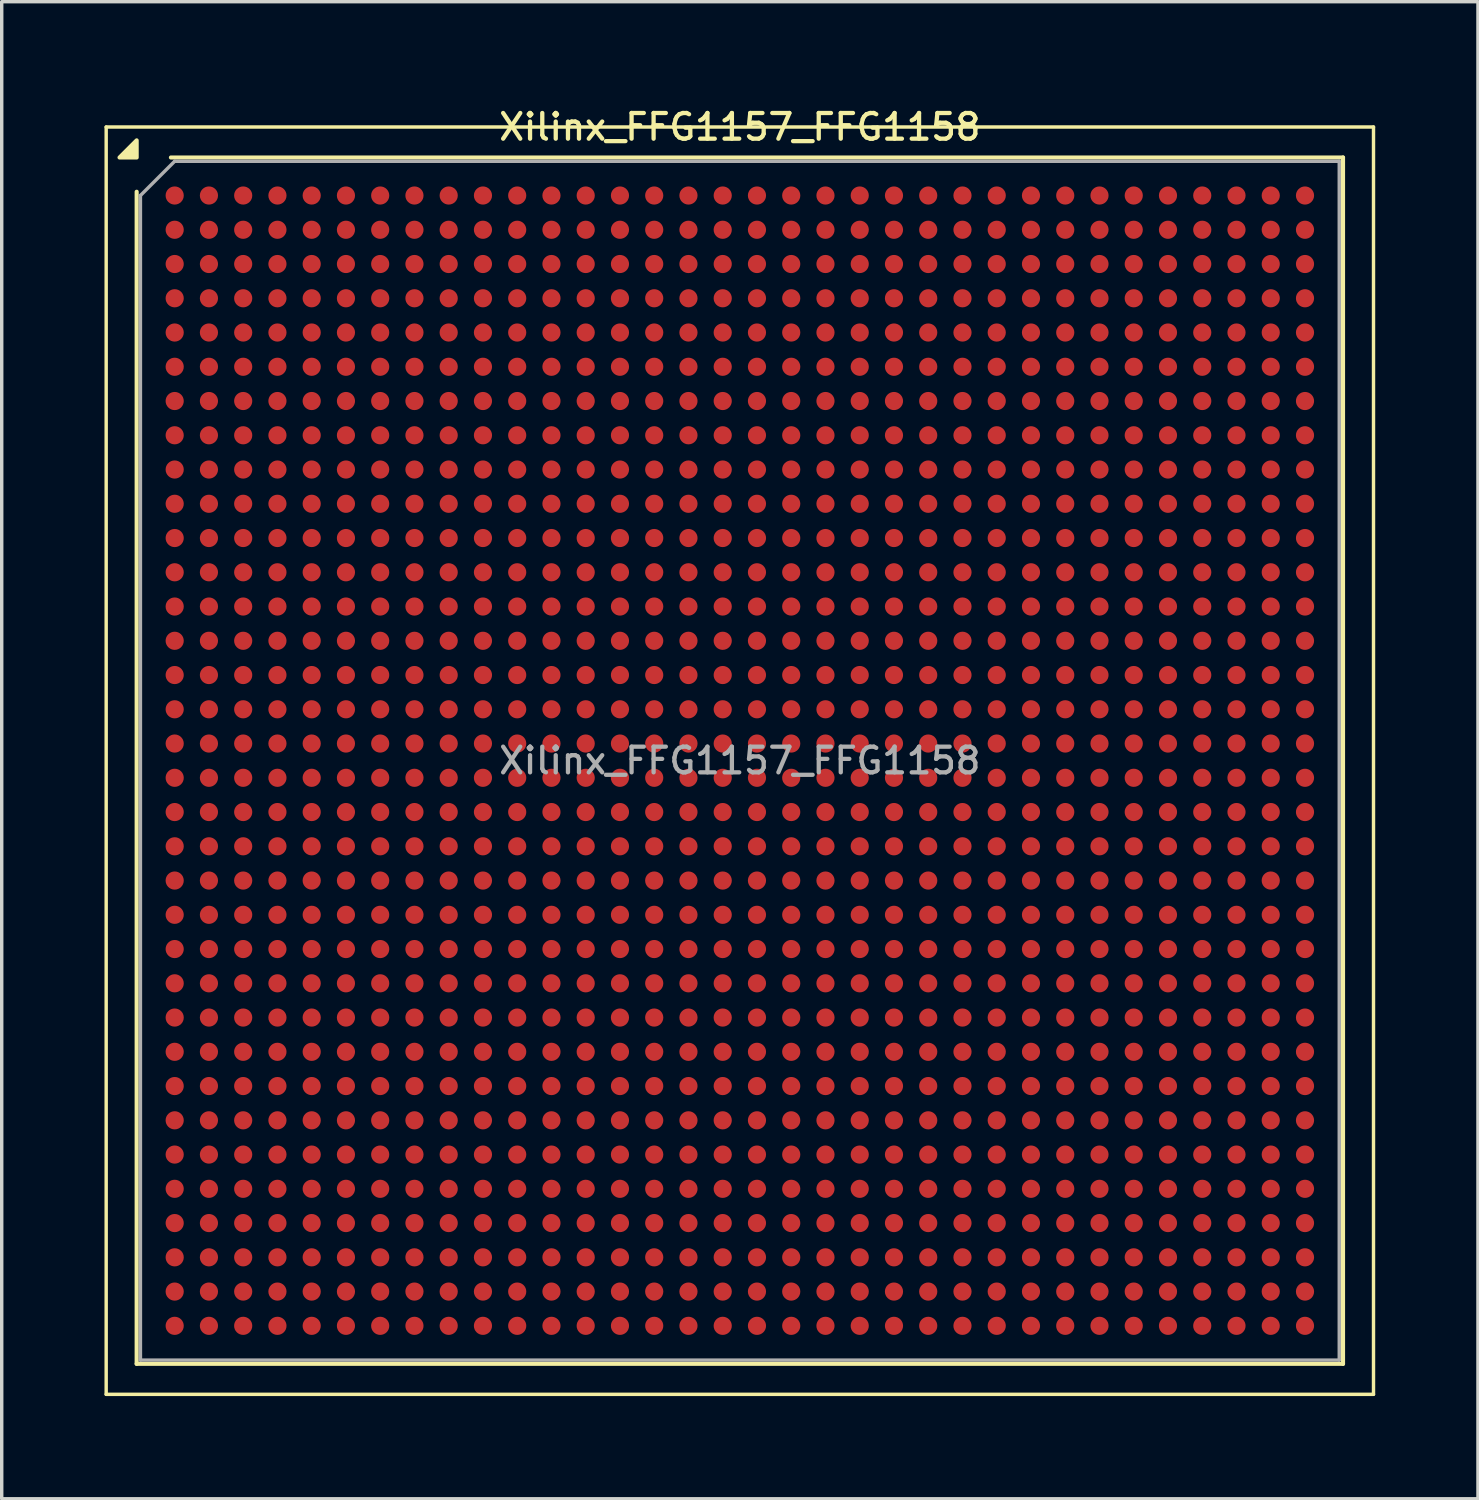
<source format=kicad_pcb>
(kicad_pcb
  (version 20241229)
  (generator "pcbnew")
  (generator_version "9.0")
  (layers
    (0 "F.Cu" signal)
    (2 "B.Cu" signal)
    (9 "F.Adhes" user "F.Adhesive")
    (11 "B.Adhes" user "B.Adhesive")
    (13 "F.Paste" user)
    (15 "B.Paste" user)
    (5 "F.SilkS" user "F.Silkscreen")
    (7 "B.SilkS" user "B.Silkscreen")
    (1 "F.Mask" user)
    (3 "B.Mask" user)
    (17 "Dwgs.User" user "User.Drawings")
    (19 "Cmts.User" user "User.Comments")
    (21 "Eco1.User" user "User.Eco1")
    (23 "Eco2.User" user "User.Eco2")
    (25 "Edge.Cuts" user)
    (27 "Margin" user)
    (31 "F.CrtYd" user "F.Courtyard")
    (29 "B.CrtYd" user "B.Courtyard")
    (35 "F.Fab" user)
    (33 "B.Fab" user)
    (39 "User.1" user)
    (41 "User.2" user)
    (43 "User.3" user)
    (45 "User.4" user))
  (footprint "Xilinx_FFG1157_FFG1158"
    (layer "F.Cu")
    (at 18.55 19.158)
    (property "Reference" "Xilinx_FFG1157_FFG1158" (at 0 -18.5 0) (layer "F.SilkS") (effects (font (size 0.75 0.75) (thickness 0.125))))
    (attr smd)
    (fp_line (start -18.5 -18.5) (end -18.5 18.5) (stroke (width 0.1) (type solid)) (layer "F.SilkS"))
    (fp_line (start -18.5 18.5) (end 18.5 18.5) (stroke (width 0.1) (type solid)) (layer "F.SilkS"))
    (fp_line (start -17.61 17.61) (end -17.61 -16.61) (stroke (width 0.12) (type solid)) (layer "F.SilkS"))
    (fp_line (start -16.61 -17.61) (end 17.61 -17.61) (stroke (width 0.12) (type solid)) (layer "F.SilkS"))
    (fp_line (start 17.61 -17.61) (end 17.61 17.61) (stroke (width 0.12) (type solid)) (layer "F.SilkS"))
    (fp_line (start 17.61 17.61) (end -17.61 17.61) (stroke (width 0.12) (type solid)) (layer "F.SilkS"))
    (fp_line (start 18.5 -18.5) (end -18.5 -18.5) (stroke (width 0.1) (type solid)) (layer "F.SilkS"))
    (fp_line (start 18.5 18.5) (end 18.5 -18.5) (stroke (width 0.1) (type solid)) (layer "F.SilkS"))
    (fp_poly (pts (xy -17.61 -17.61) (xy -18.11 -17.61) (xy -17.61 -18.11) (xy -17.61 -17.61)) (stroke (width 0.12) (type solid)) (fill yes) (layer "F.SilkS"))
    (fp_line (start -17.5 -16.5) (end -16.5 -17.5) (stroke (width 0.1) (type solid)) (layer "F.Fab"))
    (fp_line (start -17.5 17.5) (end -17.5 -16.5) (stroke (width 0.1) (type solid)) (layer "F.Fab"))
    (fp_line (start -16.5 -17.5) (end 17.5 -17.5) (stroke (width 0.1) (type solid)) (layer "F.Fab"))
    (fp_line (start 17.5 -17.5) (end 17.5 17.5) (stroke (width 0.1) (type solid)) (layer "F.Fab"))
    (fp_line (start 17.5 17.5) (end -17.5 17.5) (stroke (width 0.1) (type solid)) (layer "F.Fab"))
    (fp_text user "${REFERENCE}" (at 0 0 0) (layer "F.Fab") (effects (font (size 0.75 0.75) (thickness 0.125))))
    (pad "A1" smd circle (at -16.5 -16.5) (size 0.53 0.53) (property pad_prop_bga) (layers "F.Cu" "F.Mask" "F.Paste"))
    (pad "A2" smd circle (at -15.5 -16.5) (size 0.53 0.53) (property pad_prop_bga) (layers "F.Cu" "F.Mask" "F.Paste"))
    (pad "A3" smd circle (at -14.5 -16.5) (size 0.53 0.53) (property pad_prop_bga) (layers "F.Cu" "F.Mask" "F.Paste"))
    (pad "A4" smd circle (at -13.5 -16.5) (size 0.53 0.53) (property pad_prop_bga) (layers "F.Cu" "F.Mask" "F.Paste"))
    (pad "A5" smd circle (at -12.5 -16.5) (size 0.53 0.53) (property pad_prop_bga) (layers "F.Cu" "F.Mask" "F.Paste"))
    (pad "A6" smd circle (at -11.5 -16.5) (size 0.53 0.53) (property pad_prop_bga) (layers "F.Cu" "F.Mask" "F.Paste"))
    (pad "A7" smd circle (at -10.5 -16.5) (size 0.53 0.53) (property pad_prop_bga) (layers "F.Cu" "F.Mask" "F.Paste"))
    (pad "A8" smd circle (at -9.5 -16.5) (size 0.53 0.53) (property pad_prop_bga) (layers "F.Cu" "F.Mask" "F.Paste"))
    (pad "A9" smd circle (at -8.5 -16.5) (size 0.53 0.53) (property pad_prop_bga) (layers "F.Cu" "F.Mask" "F.Paste"))
    (pad "A10" smd circle (at -7.5 -16.5) (size 0.53 0.53) (property pad_prop_bga) (layers "F.Cu" "F.Mask" "F.Paste"))
    (pad "A11" smd circle (at -6.5 -16.5) (size 0.53 0.53) (property pad_prop_bga) (layers "F.Cu" "F.Mask" "F.Paste"))
    (pad "A12" smd circle (at -5.5 -16.5) (size 0.53 0.53) (property pad_prop_bga) (layers "F.Cu" "F.Mask" "F.Paste"))
    (pad "A13" smd circle (at -4.5 -16.5) (size 0.53 0.53) (property pad_prop_bga) (layers "F.Cu" "F.Mask" "F.Paste"))
    (pad "A14" smd circle (at -3.5 -16.5) (size 0.53 0.53) (property pad_prop_bga) (layers "F.Cu" "F.Mask" "F.Paste"))
    (pad "A15" smd circle (at -2.5 -16.5) (size 0.53 0.53) (property pad_prop_bga) (layers "F.Cu" "F.Mask" "F.Paste"))
    (pad "A16" smd circle (at -1.5 -16.5) (size 0.53 0.53) (property pad_prop_bga) (layers "F.Cu" "F.Mask" "F.Paste"))
    (pad "A17" smd circle (at -0.5 -16.5) (size 0.53 0.53) (property pad_prop_bga) (layers "F.Cu" "F.Mask" "F.Paste"))
    (pad "A18" smd circle (at 0.5 -16.5) (size 0.53 0.53) (property pad_prop_bga) (layers "F.Cu" "F.Mask" "F.Paste"))
    (pad "A19" smd circle (at 1.5 -16.5) (size 0.53 0.53) (property pad_prop_bga) (layers "F.Cu" "F.Mask" "F.Paste"))
    (pad "A20" smd circle (at 2.5 -16.5) (size 0.53 0.53) (property pad_prop_bga) (layers "F.Cu" "F.Mask" "F.Paste"))
    (pad "A21" smd circle (at 3.5 -16.5) (size 0.53 0.53) (property pad_prop_bga) (layers "F.Cu" "F.Mask" "F.Paste"))
    (pad "A22" smd circle (at 4.5 -16.5) (size 0.53 0.53) (property pad_prop_bga) (layers "F.Cu" "F.Mask" "F.Paste"))
    (pad "A23" smd circle (at 5.5 -16.5) (size 0.53 0.53) (property pad_prop_bga) (layers "F.Cu" "F.Mask" "F.Paste"))
    (pad "A24" smd circle (at 6.5 -16.5) (size 0.53 0.53) (property pad_prop_bga) (layers "F.Cu" "F.Mask" "F.Paste"))
    (pad "A25" smd circle (at 7.5 -16.5) (size 0.53 0.53) (property pad_prop_bga) (layers "F.Cu" "F.Mask" "F.Paste"))
    (pad "A26" smd circle (at 8.5 -16.5) (size 0.53 0.53) (property pad_prop_bga) (layers "F.Cu" "F.Mask" "F.Paste"))
    (pad "A27" smd circle (at 9.5 -16.5) (size 0.53 0.53) (property pad_prop_bga) (layers "F.Cu" "F.Mask" "F.Paste"))
    (pad "A28" smd circle (at 10.5 -16.5) (size 0.53 0.53) (property pad_prop_bga) (layers "F.Cu" "F.Mask" "F.Paste"))
    (pad "A29" smd circle (at 11.5 -16.5) (size 0.53 0.53) (property pad_prop_bga) (layers "F.Cu" "F.Mask" "F.Paste"))
    (pad "A30" smd circle (at 12.5 -16.5) (size 0.53 0.53) (property pad_prop_bga) (layers "F.Cu" "F.Mask" "F.Paste"))
    (pad "A31" smd circle (at 13.5 -16.5) (size 0.53 0.53) (property pad_prop_bga) (layers "F.Cu" "F.Mask" "F.Paste"))
    (pad "A32" smd circle (at 14.5 -16.5) (size 0.53 0.53) (property pad_prop_bga) (layers "F.Cu" "F.Mask" "F.Paste"))
    (pad "A33" smd circle (at 15.5 -16.5) (size 0.53 0.53) (property pad_prop_bga) (layers "F.Cu" "F.Mask" "F.Paste"))
    (pad "A34" smd circle (at 16.5 -16.5) (size 0.53 0.53) (property pad_prop_bga) (layers "F.Cu" "F.Mask" "F.Paste"))
    (pad "AA1" smd circle (at -16.5 3.5) (size 0.53 0.53) (property pad_prop_bga) (layers "F.Cu" "F.Mask" "F.Paste"))
    (pad "AA2" smd circle (at -15.5 3.5) (size 0.53 0.53) (property pad_prop_bga) (layers "F.Cu" "F.Mask" "F.Paste"))
    (pad "AA3" smd circle (at -14.5 3.5) (size 0.53 0.53) (property pad_prop_bga) (layers "F.Cu" "F.Mask" "F.Paste"))
    (pad "AA4" smd circle (at -13.5 3.5) (size 0.53 0.53) (property pad_prop_bga) (layers "F.Cu" "F.Mask" "F.Paste"))
    (pad "AA5" smd circle (at -12.5 3.5) (size 0.53 0.53) (property pad_prop_bga) (layers "F.Cu" "F.Mask" "F.Paste"))
    (pad "AA6" smd circle (at -11.5 3.5) (size 0.53 0.53) (property pad_prop_bga) (layers "F.Cu" "F.Mask" "F.Paste"))
    (pad "AA7" smd circle (at -10.5 3.5) (size 0.53 0.53) (property pad_prop_bga) (layers "F.Cu" "F.Mask" "F.Paste"))
    (pad "AA8" smd circle (at -9.5 3.5) (size 0.53 0.53) (property pad_prop_bga) (layers "F.Cu" "F.Mask" "F.Paste"))
    (pad "AA9" smd circle (at -8.5 3.5) (size 0.53 0.53) (property pad_prop_bga) (layers "F.Cu" "F.Mask" "F.Paste"))
    (pad "AA10" smd circle (at -7.5 3.5) (size 0.53 0.53) (property pad_prop_bga) (layers "F.Cu" "F.Mask" "F.Paste"))
    (pad "AA11" smd circle (at -6.5 3.5) (size 0.53 0.53) (property pad_prop_bga) (layers "F.Cu" "F.Mask" "F.Paste"))
    (pad "AA12" smd circle (at -5.5 3.5) (size 0.53 0.53) (property pad_prop_bga) (layers "F.Cu" "F.Mask" "F.Paste"))
    (pad "AA13" smd circle (at -4.5 3.5) (size 0.53 0.53) (property pad_prop_bga) (layers "F.Cu" "F.Mask" "F.Paste"))
    (pad "AA14" smd circle (at -3.5 3.5) (size 0.53 0.53) (property pad_prop_bga) (layers "F.Cu" "F.Mask" "F.Paste"))
    (pad "AA15" smd circle (at -2.5 3.5) (size 0.53 0.53) (property pad_prop_bga) (layers "F.Cu" "F.Mask" "F.Paste"))
    (pad "AA16" smd circle (at -1.5 3.5) (size 0.53 0.53) (property pad_prop_bga) (layers "F.Cu" "F.Mask" "F.Paste"))
    (pad "AA17" smd circle (at -0.5 3.5) (size 0.53 0.53) (property pad_prop_bga) (layers "F.Cu" "F.Mask" "F.Paste"))
    (pad "AA18" smd circle (at 0.5 3.5) (size 0.53 0.53) (property pad_prop_bga) (layers "F.Cu" "F.Mask" "F.Paste"))
    (pad "AA19" smd circle (at 1.5 3.5) (size 0.53 0.53) (property pad_prop_bga) (layers "F.Cu" "F.Mask" "F.Paste"))
    (pad "AA20" smd circle (at 2.5 3.5) (size 0.53 0.53) (property pad_prop_bga) (layers "F.Cu" "F.Mask" "F.Paste"))
    (pad "AA21" smd circle (at 3.5 3.5) (size 0.53 0.53) (property pad_prop_bga) (layers "F.Cu" "F.Mask" "F.Paste"))
    (pad "AA22" smd circle (at 4.5 3.5) (size 0.53 0.53) (property pad_prop_bga) (layers "F.Cu" "F.Mask" "F.Paste"))
    (pad "AA23" smd circle (at 5.5 3.5) (size 0.53 0.53) (property pad_prop_bga) (layers "F.Cu" "F.Mask" "F.Paste"))
    (pad "AA24" smd circle (at 6.5 3.5) (size 0.53 0.53) (property pad_prop_bga) (layers "F.Cu" "F.Mask" "F.Paste"))
    (pad "AA25" smd circle (at 7.5 3.5) (size 0.53 0.53) (property pad_prop_bga) (layers "F.Cu" "F.Mask" "F.Paste"))
    (pad "AA26" smd circle (at 8.5 3.5) (size 0.53 0.53) (property pad_prop_bga) (layers "F.Cu" "F.Mask" "F.Paste"))
    (pad "AA27" smd circle (at 9.5 3.5) (size 0.53 0.53) (property pad_prop_bga) (layers "F.Cu" "F.Mask" "F.Paste"))
    (pad "AA28" smd circle (at 10.5 3.5) (size 0.53 0.53) (property pad_prop_bga) (layers "F.Cu" "F.Mask" "F.Paste"))
    (pad "AA29" smd circle (at 11.5 3.5) (size 0.53 0.53) (property pad_prop_bga) (layers "F.Cu" "F.Mask" "F.Paste"))
    (pad "AA30" smd circle (at 12.5 3.5) (size 0.53 0.53) (property pad_prop_bga) (layers "F.Cu" "F.Mask" "F.Paste"))
    (pad "AA31" smd circle (at 13.5 3.5) (size 0.53 0.53) (property pad_prop_bga) (layers "F.Cu" "F.Mask" "F.Paste"))
    (pad "AA32" smd circle (at 14.5 3.5) (size 0.53 0.53) (property pad_prop_bga) (layers "F.Cu" "F.Mask" "F.Paste"))
    (pad "AA33" smd circle (at 15.5 3.5) (size 0.53 0.53) (property pad_prop_bga) (layers "F.Cu" "F.Mask" "F.Paste"))
    (pad "AA34" smd circle (at 16.5 3.5) (size 0.53 0.53) (property pad_prop_bga) (layers "F.Cu" "F.Mask" "F.Paste"))
    (pad "AB1" smd circle (at -16.5 4.5) (size 0.53 0.53) (property pad_prop_bga) (layers "F.Cu" "F.Mask" "F.Paste"))
    (pad "AB2" smd circle (at -15.5 4.5) (size 0.53 0.53) (property pad_prop_bga) (layers "F.Cu" "F.Mask" "F.Paste"))
    (pad "AB3" smd circle (at -14.5 4.5) (size 0.53 0.53) (property pad_prop_bga) (layers "F.Cu" "F.Mask" "F.Paste"))
    (pad "AB4" smd circle (at -13.5 4.5) (size 0.53 0.53) (property pad_prop_bga) (layers "F.Cu" "F.Mask" "F.Paste"))
    (pad "AB5" smd circle (at -12.5 4.5) (size 0.53 0.53) (property pad_prop_bga) (layers "F.Cu" "F.Mask" "F.Paste"))
    (pad "AB6" smd circle (at -11.5 4.5) (size 0.53 0.53) (property pad_prop_bga) (layers "F.Cu" "F.Mask" "F.Paste"))
    (pad "AB7" smd circle (at -10.5 4.5) (size 0.53 0.53) (property pad_prop_bga) (layers "F.Cu" "F.Mask" "F.Paste"))
    (pad "AB8" smd circle (at -9.5 4.5) (size 0.53 0.53) (property pad_prop_bga) (layers "F.Cu" "F.Mask" "F.Paste"))
    (pad "AB9" smd circle (at -8.5 4.5) (size 0.53 0.53) (property pad_prop_bga) (layers "F.Cu" "F.Mask" "F.Paste"))
    (pad "AB10" smd circle (at -7.5 4.5) (size 0.53 0.53) (property pad_prop_bga) (layers "F.Cu" "F.Mask" "F.Paste"))
    (pad "AB11" smd circle (at -6.5 4.5) (size 0.53 0.53) (property pad_prop_bga) (layers "F.Cu" "F.Mask" "F.Paste"))
    (pad "AB12" smd circle (at -5.5 4.5) (size 0.53 0.53) (property pad_prop_bga) (layers "F.Cu" "F.Mask" "F.Paste"))
    (pad "AB13" smd circle (at -4.5 4.5) (size 0.53 0.53) (property pad_prop_bga) (layers "F.Cu" "F.Mask" "F.Paste"))
    (pad "AB14" smd circle (at -3.5 4.5) (size 0.53 0.53) (property pad_prop_bga) (layers "F.Cu" "F.Mask" "F.Paste"))
    (pad "AB15" smd circle (at -2.5 4.5) (size 0.53 0.53) (property pad_prop_bga) (layers "F.Cu" "F.Mask" "F.Paste"))
    (pad "AB16" smd circle (at -1.5 4.5) (size 0.53 0.53) (property pad_prop_bga) (layers "F.Cu" "F.Mask" "F.Paste"))
    (pad "AB17" smd circle (at -0.5 4.5) (size 0.53 0.53) (property pad_prop_bga) (layers "F.Cu" "F.Mask" "F.Paste"))
    (pad "AB18" smd circle (at 0.5 4.5) (size 0.53 0.53) (property pad_prop_bga) (layers "F.Cu" "F.Mask" "F.Paste"))
    (pad "AB19" smd circle (at 1.5 4.5) (size 0.53 0.53) (property pad_prop_bga) (layers "F.Cu" "F.Mask" "F.Paste"))
    (pad "AB20" smd circle (at 2.5 4.5) (size 0.53 0.53) (property pad_prop_bga) (layers "F.Cu" "F.Mask" "F.Paste"))
    (pad "AB21" smd circle (at 3.5 4.5) (size 0.53 0.53) (property pad_prop_bga) (layers "F.Cu" "F.Mask" "F.Paste"))
    (pad "AB22" smd circle (at 4.5 4.5) (size 0.53 0.53) (property pad_prop_bga) (layers "F.Cu" "F.Mask" "F.Paste"))
    (pad "AB23" smd circle (at 5.5 4.5) (size 0.53 0.53) (property pad_prop_bga) (layers "F.Cu" "F.Mask" "F.Paste"))
    (pad "AB24" smd circle (at 6.5 4.5) (size 0.53 0.53) (property pad_prop_bga) (layers "F.Cu" "F.Mask" "F.Paste"))
    (pad "AB25" smd circle (at 7.5 4.5) (size 0.53 0.53) (property pad_prop_bga) (layers "F.Cu" "F.Mask" "F.Paste"))
    (pad "AB26" smd circle (at 8.5 4.5) (size 0.53 0.53) (property pad_prop_bga) (layers "F.Cu" "F.Mask" "F.Paste"))
    (pad "AB27" smd circle (at 9.5 4.5) (size 0.53 0.53) (property pad_prop_bga) (layers "F.Cu" "F.Mask" "F.Paste"))
    (pad "AB28" smd circle (at 10.5 4.5) (size 0.53 0.53) (property pad_prop_bga) (layers "F.Cu" "F.Mask" "F.Paste"))
    (pad "AB29" smd circle (at 11.5 4.5) (size 0.53 0.53) (property pad_prop_bga) (layers "F.Cu" "F.Mask" "F.Paste"))
    (pad "AB30" smd circle (at 12.5 4.5) (size 0.53 0.53) (property pad_prop_bga) (layers "F.Cu" "F.Mask" "F.Paste"))
    (pad "AB31" smd circle (at 13.5 4.5) (size 0.53 0.53) (property pad_prop_bga) (layers "F.Cu" "F.Mask" "F.Paste"))
    (pad "AB32" smd circle (at 14.5 4.5) (size 0.53 0.53) (property pad_prop_bga) (layers "F.Cu" "F.Mask" "F.Paste"))
    (pad "AB33" smd circle (at 15.5 4.5) (size 0.53 0.53) (property pad_prop_bga) (layers "F.Cu" "F.Mask" "F.Paste"))
    (pad "AB34" smd circle (at 16.5 4.5) (size 0.53 0.53) (property pad_prop_bga) (layers "F.Cu" "F.Mask" "F.Paste"))
    (pad "AC1" smd circle (at -16.5 5.5) (size 0.53 0.53) (property pad_prop_bga) (layers "F.Cu" "F.Mask" "F.Paste"))
    (pad "AC2" smd circle (at -15.5 5.5) (size 0.53 0.53) (property pad_prop_bga) (layers "F.Cu" "F.Mask" "F.Paste"))
    (pad "AC3" smd circle (at -14.5 5.5) (size 0.53 0.53) (property pad_prop_bga) (layers "F.Cu" "F.Mask" "F.Paste"))
    (pad "AC4" smd circle (at -13.5 5.5) (size 0.53 0.53) (property pad_prop_bga) (layers "F.Cu" "F.Mask" "F.Paste"))
    (pad "AC5" smd circle (at -12.5 5.5) (size 0.53 0.53) (property pad_prop_bga) (layers "F.Cu" "F.Mask" "F.Paste"))
    (pad "AC6" smd circle (at -11.5 5.5) (size 0.53 0.53) (property pad_prop_bga) (layers "F.Cu" "F.Mask" "F.Paste"))
    (pad "AC7" smd circle (at -10.5 5.5) (size 0.53 0.53) (property pad_prop_bga) (layers "F.Cu" "F.Mask" "F.Paste"))
    (pad "AC8" smd circle (at -9.5 5.5) (size 0.53 0.53) (property pad_prop_bga) (layers "F.Cu" "F.Mask" "F.Paste"))
    (pad "AC9" smd circle (at -8.5 5.5) (size 0.53 0.53) (property pad_prop_bga) (layers "F.Cu" "F.Mask" "F.Paste"))
    (pad "AC10" smd circle (at -7.5 5.5) (size 0.53 0.53) (property pad_prop_bga) (layers "F.Cu" "F.Mask" "F.Paste"))
    (pad "AC11" smd circle (at -6.5 5.5) (size 0.53 0.53) (property pad_prop_bga) (layers "F.Cu" "F.Mask" "F.Paste"))
    (pad "AC12" smd circle (at -5.5 5.5) (size 0.53 0.53) (property pad_prop_bga) (layers "F.Cu" "F.Mask" "F.Paste"))
    (pad "AC13" smd circle (at -4.5 5.5) (size 0.53 0.53) (property pad_prop_bga) (layers "F.Cu" "F.Mask" "F.Paste"))
    (pad "AC14" smd circle (at -3.5 5.5) (size 0.53 0.53) (property pad_prop_bga) (layers "F.Cu" "F.Mask" "F.Paste"))
    (pad "AC15" smd circle (at -2.5 5.5) (size 0.53 0.53) (property pad_prop_bga) (layers "F.Cu" "F.Mask" "F.Paste"))
    (pad "AC16" smd circle (at -1.5 5.5) (size 0.53 0.53) (property pad_prop_bga) (layers "F.Cu" "F.Mask" "F.Paste"))
    (pad "AC17" smd circle (at -0.5 5.5) (size 0.53 0.53) (property pad_prop_bga) (layers "F.Cu" "F.Mask" "F.Paste"))
    (pad "AC18" smd circle (at 0.5 5.5) (size 0.53 0.53) (property pad_prop_bga) (layers "F.Cu" "F.Mask" "F.Paste"))
    (pad "AC19" smd circle (at 1.5 5.5) (size 0.53 0.53) (property pad_prop_bga) (layers "F.Cu" "F.Mask" "F.Paste"))
    (pad "AC20" smd circle (at 2.5 5.5) (size 0.53 0.53) (property pad_prop_bga) (layers "F.Cu" "F.Mask" "F.Paste"))
    (pad "AC21" smd circle (at 3.5 5.5) (size 0.53 0.53) (property pad_prop_bga) (layers "F.Cu" "F.Mask" "F.Paste"))
    (pad "AC22" smd circle (at 4.5 5.5) (size 0.53 0.53) (property pad_prop_bga) (layers "F.Cu" "F.Mask" "F.Paste"))
    (pad "AC23" smd circle (at 5.5 5.5) (size 0.53 0.53) (property pad_prop_bga) (layers "F.Cu" "F.Mask" "F.Paste"))
    (pad "AC24" smd circle (at 6.5 5.5) (size 0.53 0.53) (property pad_prop_bga) (layers "F.Cu" "F.Mask" "F.Paste"))
    (pad "AC25" smd circle (at 7.5 5.5) (size 0.53 0.53) (property pad_prop_bga) (layers "F.Cu" "F.Mask" "F.Paste"))
    (pad "AC26" smd circle (at 8.5 5.5) (size 0.53 0.53) (property pad_prop_bga) (layers "F.Cu" "F.Mask" "F.Paste"))
    (pad "AC27" smd circle (at 9.5 5.5) (size 0.53 0.53) (property pad_prop_bga) (layers "F.Cu" "F.Mask" "F.Paste"))
    (pad "AC28" smd circle (at 10.5 5.5) (size 0.53 0.53) (property pad_prop_bga) (layers "F.Cu" "F.Mask" "F.Paste"))
    (pad "AC29" smd circle (at 11.5 5.5) (size 0.53 0.53) (property pad_prop_bga) (layers "F.Cu" "F.Mask" "F.Paste"))
    (pad "AC30" smd circle (at 12.5 5.5) (size 0.53 0.53) (property pad_prop_bga) (layers "F.Cu" "F.Mask" "F.Paste"))
    (pad "AC31" smd circle (at 13.5 5.5) (size 0.53 0.53) (property pad_prop_bga) (layers "F.Cu" "F.Mask" "F.Paste"))
    (pad "AC32" smd circle (at 14.5 5.5) (size 0.53 0.53) (property pad_prop_bga) (layers "F.Cu" "F.Mask" "F.Paste"))
    (pad "AC33" smd circle (at 15.5 5.5) (size 0.53 0.53) (property pad_prop_bga) (layers "F.Cu" "F.Mask" "F.Paste"))
    (pad "AC34" smd circle (at 16.5 5.5) (size 0.53 0.53) (property pad_prop_bga) (layers "F.Cu" "F.Mask" "F.Paste"))
    (pad "AD1" smd circle (at -16.5 6.5) (size 0.53 0.53) (property pad_prop_bga) (layers "F.Cu" "F.Mask" "F.Paste"))
    (pad "AD2" smd circle (at -15.5 6.5) (size 0.53 0.53) (property pad_prop_bga) (layers "F.Cu" "F.Mask" "F.Paste"))
    (pad "AD3" smd circle (at -14.5 6.5) (size 0.53 0.53) (property pad_prop_bga) (layers "F.Cu" "F.Mask" "F.Paste"))
    (pad "AD4" smd circle (at -13.5 6.5) (size 0.53 0.53) (property pad_prop_bga) (layers "F.Cu" "F.Mask" "F.Paste"))
    (pad "AD5" smd circle (at -12.5 6.5) (size 0.53 0.53) (property pad_prop_bga) (layers "F.Cu" "F.Mask" "F.Paste"))
    (pad "AD6" smd circle (at -11.5 6.5) (size 0.53 0.53) (property pad_prop_bga) (layers "F.Cu" "F.Mask" "F.Paste"))
    (pad "AD7" smd circle (at -10.5 6.5) (size 0.53 0.53) (property pad_prop_bga) (layers "F.Cu" "F.Mask" "F.Paste"))
    (pad "AD8" smd circle (at -9.5 6.5) (size 0.53 0.53) (property pad_prop_bga) (layers "F.Cu" "F.Mask" "F.Paste"))
    (pad "AD9" smd circle (at -8.5 6.5) (size 0.53 0.53) (property pad_prop_bga) (layers "F.Cu" "F.Mask" "F.Paste"))
    (pad "AD10" smd circle (at -7.5 6.5) (size 0.53 0.53) (property pad_prop_bga) (layers "F.Cu" "F.Mask" "F.Paste"))
    (pad "AD11" smd circle (at -6.5 6.5) (size 0.53 0.53) (property pad_prop_bga) (layers "F.Cu" "F.Mask" "F.Paste"))
    (pad "AD12" smd circle (at -5.5 6.5) (size 0.53 0.53) (property pad_prop_bga) (layers "F.Cu" "F.Mask" "F.Paste"))
    (pad "AD13" smd circle (at -4.5 6.5) (size 0.53 0.53) (property pad_prop_bga) (layers "F.Cu" "F.Mask" "F.Paste"))
    (pad "AD14" smd circle (at -3.5 6.5) (size 0.53 0.53) (property pad_prop_bga) (layers "F.Cu" "F.Mask" "F.Paste"))
    (pad "AD15" smd circle (at -2.5 6.5) (size 0.53 0.53) (property pad_prop_bga) (layers "F.Cu" "F.Mask" "F.Paste"))
    (pad "AD16" smd circle (at -1.5 6.5) (size 0.53 0.53) (property pad_prop_bga) (layers "F.Cu" "F.Mask" "F.Paste"))
    (pad "AD17" smd circle (at -0.5 6.5) (size 0.53 0.53) (property pad_prop_bga) (layers "F.Cu" "F.Mask" "F.Paste"))
    (pad "AD18" smd circle (at 0.5 6.5) (size 0.53 0.53) (property pad_prop_bga) (layers "F.Cu" "F.Mask" "F.Paste"))
    (pad "AD19" smd circle (at 1.5 6.5) (size 0.53 0.53) (property pad_prop_bga) (layers "F.Cu" "F.Mask" "F.Paste"))
    (pad "AD20" smd circle (at 2.5 6.5) (size 0.53 0.53) (property pad_prop_bga) (layers "F.Cu" "F.Mask" "F.Paste"))
    (pad "AD21" smd circle (at 3.5 6.5) (size 0.53 0.53) (property pad_prop_bga) (layers "F.Cu" "F.Mask" "F.Paste"))
    (pad "AD22" smd circle (at 4.5 6.5) (size 0.53 0.53) (property pad_prop_bga) (layers "F.Cu" "F.Mask" "F.Paste"))
    (pad "AD23" smd circle (at 5.5 6.5) (size 0.53 0.53) (property pad_prop_bga) (layers "F.Cu" "F.Mask" "F.Paste"))
    (pad "AD24" smd circle (at 6.5 6.5) (size 0.53 0.53) (property pad_prop_bga) (layers "F.Cu" "F.Mask" "F.Paste"))
    (pad "AD25" smd circle (at 7.5 6.5) (size 0.53 0.53) (property pad_prop_bga) (layers "F.Cu" "F.Mask" "F.Paste"))
    (pad "AD26" smd circle (at 8.5 6.5) (size 0.53 0.53) (property pad_prop_bga) (layers "F.Cu" "F.Mask" "F.Paste"))
    (pad "AD27" smd circle (at 9.5 6.5) (size 0.53 0.53) (property pad_prop_bga) (layers "F.Cu" "F.Mask" "F.Paste"))
    (pad "AD28" smd circle (at 10.5 6.5) (size 0.53 0.53) (property pad_prop_bga) (layers "F.Cu" "F.Mask" "F.Paste"))
    (pad "AD29" smd circle (at 11.5 6.5) (size 0.53 0.53) (property pad_prop_bga) (layers "F.Cu" "F.Mask" "F.Paste"))
    (pad "AD30" smd circle (at 12.5 6.5) (size 0.53 0.53) (property pad_prop_bga) (layers "F.Cu" "F.Mask" "F.Paste"))
    (pad "AD31" smd circle (at 13.5 6.5) (size 0.53 0.53) (property pad_prop_bga) (layers "F.Cu" "F.Mask" "F.Paste"))
    (pad "AD32" smd circle (at 14.5 6.5) (size 0.53 0.53) (property pad_prop_bga) (layers "F.Cu" "F.Mask" "F.Paste"))
    (pad "AD33" smd circle (at 15.5 6.5) (size 0.53 0.53) (property pad_prop_bga) (layers "F.Cu" "F.Mask" "F.Paste"))
    (pad "AD34" smd circle (at 16.5 6.5) (size 0.53 0.53) (property pad_prop_bga) (layers "F.Cu" "F.Mask" "F.Paste"))
    (pad "AE1" smd circle (at -16.5 7.5) (size 0.53 0.53) (property pad_prop_bga) (layers "F.Cu" "F.Mask" "F.Paste"))
    (pad "AE2" smd circle (at -15.5 7.5) (size 0.53 0.53) (property pad_prop_bga) (layers "F.Cu" "F.Mask" "F.Paste"))
    (pad "AE3" smd circle (at -14.5 7.5) (size 0.53 0.53) (property pad_prop_bga) (layers "F.Cu" "F.Mask" "F.Paste"))
    (pad "AE4" smd circle (at -13.5 7.5) (size 0.53 0.53) (property pad_prop_bga) (layers "F.Cu" "F.Mask" "F.Paste"))
    (pad "AE5" smd circle (at -12.5 7.5) (size 0.53 0.53) (property pad_prop_bga) (layers "F.Cu" "F.Mask" "F.Paste"))
    (pad "AE6" smd circle (at -11.5 7.5) (size 0.53 0.53) (property pad_prop_bga) (layers "F.Cu" "F.Mask" "F.Paste"))
    (pad "AE7" smd circle (at -10.5 7.5) (size 0.53 0.53) (property pad_prop_bga) (layers "F.Cu" "F.Mask" "F.Paste"))
    (pad "AE8" smd circle (at -9.5 7.5) (size 0.53 0.53) (property pad_prop_bga) (layers "F.Cu" "F.Mask" "F.Paste"))
    (pad "AE9" smd circle (at -8.5 7.5) (size 0.53 0.53) (property pad_prop_bga) (layers "F.Cu" "F.Mask" "F.Paste"))
    (pad "AE10" smd circle (at -7.5 7.5) (size 0.53 0.53) (property pad_prop_bga) (layers "F.Cu" "F.Mask" "F.Paste"))
    (pad "AE11" smd circle (at -6.5 7.5) (size 0.53 0.53) (property pad_prop_bga) (layers "F.Cu" "F.Mask" "F.Paste"))
    (pad "AE12" smd circle (at -5.5 7.5) (size 0.53 0.53) (property pad_prop_bga) (layers "F.Cu" "F.Mask" "F.Paste"))
    (pad "AE13" smd circle (at -4.5 7.5) (size 0.53 0.53) (property pad_prop_bga) (layers "F.Cu" "F.Mask" "F.Paste"))
    (pad "AE14" smd circle (at -3.5 7.5) (size 0.53 0.53) (property pad_prop_bga) (layers "F.Cu" "F.Mask" "F.Paste"))
    (pad "AE15" smd circle (at -2.5 7.5) (size 0.53 0.53) (property pad_prop_bga) (layers "F.Cu" "F.Mask" "F.Paste"))
    (pad "AE16" smd circle (at -1.5 7.5) (size 0.53 0.53) (property pad_prop_bga) (layers "F.Cu" "F.Mask" "F.Paste"))
    (pad "AE17" smd circle (at -0.5 7.5) (size 0.53 0.53) (property pad_prop_bga) (layers "F.Cu" "F.Mask" "F.Paste"))
    (pad "AE18" smd circle (at 0.5 7.5) (size 0.53 0.53) (property pad_prop_bga) (layers "F.Cu" "F.Mask" "F.Paste"))
    (pad "AE19" smd circle (at 1.5 7.5) (size 0.53 0.53) (property pad_prop_bga) (layers "F.Cu" "F.Mask" "F.Paste"))
    (pad "AE20" smd circle (at 2.5 7.5) (size 0.53 0.53) (property pad_prop_bga) (layers "F.Cu" "F.Mask" "F.Paste"))
    (pad "AE21" smd circle (at 3.5 7.5) (size 0.53 0.53) (property pad_prop_bga) (layers "F.Cu" "F.Mask" "F.Paste"))
    (pad "AE22" smd circle (at 4.5 7.5) (size 0.53 0.53) (property pad_prop_bga) (layers "F.Cu" "F.Mask" "F.Paste"))
    (pad "AE23" smd circle (at 5.5 7.5) (size 0.53 0.53) (property pad_prop_bga) (layers "F.Cu" "F.Mask" "F.Paste"))
    (pad "AE24" smd circle (at 6.5 7.5) (size 0.53 0.53) (property pad_prop_bga) (layers "F.Cu" "F.Mask" "F.Paste"))
    (pad "AE25" smd circle (at 7.5 7.5) (size 0.53 0.53) (property pad_prop_bga) (layers "F.Cu" "F.Mask" "F.Paste"))
    (pad "AE26" smd circle (at 8.5 7.5) (size 0.53 0.53) (property pad_prop_bga) (layers "F.Cu" "F.Mask" "F.Paste"))
    (pad "AE27" smd circle (at 9.5 7.5) (size 0.53 0.53) (property pad_prop_bga) (layers "F.Cu" "F.Mask" "F.Paste"))
    (pad "AE28" smd circle (at 10.5 7.5) (size 0.53 0.53) (property pad_prop_bga) (layers "F.Cu" "F.Mask" "F.Paste"))
    (pad "AE29" smd circle (at 11.5 7.5) (size 0.53 0.53) (property pad_prop_bga) (layers "F.Cu" "F.Mask" "F.Paste"))
    (pad "AE30" smd circle (at 12.5 7.5) (size 0.53 0.53) (property pad_prop_bga) (layers "F.Cu" "F.Mask" "F.Paste"))
    (pad "AE31" smd circle (at 13.5 7.5) (size 0.53 0.53) (property pad_prop_bga) (layers "F.Cu" "F.Mask" "F.Paste"))
    (pad "AE32" smd circle (at 14.5 7.5) (size 0.53 0.53) (property pad_prop_bga) (layers "F.Cu" "F.Mask" "F.Paste"))
    (pad "AE33" smd circle (at 15.5 7.5) (size 0.53 0.53) (property pad_prop_bga) (layers "F.Cu" "F.Mask" "F.Paste"))
    (pad "AE34" smd circle (at 16.5 7.5) (size 0.53 0.53) (property pad_prop_bga) (layers "F.Cu" "F.Mask" "F.Paste"))
    (pad "AF1" smd circle (at -16.5 8.5) (size 0.53 0.53) (property pad_prop_bga) (layers "F.Cu" "F.Mask" "F.Paste"))
    (pad "AF2" smd circle (at -15.5 8.5) (size 0.53 0.53) (property pad_prop_bga) (layers "F.Cu" "F.Mask" "F.Paste"))
    (pad "AF3" smd circle (at -14.5 8.5) (size 0.53 0.53) (property pad_prop_bga) (layers "F.Cu" "F.Mask" "F.Paste"))
    (pad "AF4" smd circle (at -13.5 8.5) (size 0.53 0.53) (property pad_prop_bga) (layers "F.Cu" "F.Mask" "F.Paste"))
    (pad "AF5" smd circle (at -12.5 8.5) (size 0.53 0.53) (property pad_prop_bga) (layers "F.Cu" "F.Mask" "F.Paste"))
    (pad "AF6" smd circle (at -11.5 8.5) (size 0.53 0.53) (property pad_prop_bga) (layers "F.Cu" "F.Mask" "F.Paste"))
    (pad "AF7" smd circle (at -10.5 8.5) (size 0.53 0.53) (property pad_prop_bga) (layers "F.Cu" "F.Mask" "F.Paste"))
    (pad "AF8" smd circle (at -9.5 8.5) (size 0.53 0.53) (property pad_prop_bga) (layers "F.Cu" "F.Mask" "F.Paste"))
    (pad "AF9" smd circle (at -8.5 8.5) (size 0.53 0.53) (property pad_prop_bga) (layers "F.Cu" "F.Mask" "F.Paste"))
    (pad "AF10" smd circle (at -7.5 8.5) (size 0.53 0.53) (property pad_prop_bga) (layers "F.Cu" "F.Mask" "F.Paste"))
    (pad "AF11" smd circle (at -6.5 8.5) (size 0.53 0.53) (property pad_prop_bga) (layers "F.Cu" "F.Mask" "F.Paste"))
    (pad "AF12" smd circle (at -5.5 8.5) (size 0.53 0.53) (property pad_prop_bga) (layers "F.Cu" "F.Mask" "F.Paste"))
    (pad "AF13" smd circle (at -4.5 8.5) (size 0.53 0.53) (property pad_prop_bga) (layers "F.Cu" "F.Mask" "F.Paste"))
    (pad "AF14" smd circle (at -3.5 8.5) (size 0.53 0.53) (property pad_prop_bga) (layers "F.Cu" "F.Mask" "F.Paste"))
    (pad "AF15" smd circle (at -2.5 8.5) (size 0.53 0.53) (property pad_prop_bga) (layers "F.Cu" "F.Mask" "F.Paste"))
    (pad "AF16" smd circle (at -1.5 8.5) (size 0.53 0.53) (property pad_prop_bga) (layers "F.Cu" "F.Mask" "F.Paste"))
    (pad "AF17" smd circle (at -0.5 8.5) (size 0.53 0.53) (property pad_prop_bga) (layers "F.Cu" "F.Mask" "F.Paste"))
    (pad "AF18" smd circle (at 0.5 8.5) (size 0.53 0.53) (property pad_prop_bga) (layers "F.Cu" "F.Mask" "F.Paste"))
    (pad "AF19" smd circle (at 1.5 8.5) (size 0.53 0.53) (property pad_prop_bga) (layers "F.Cu" "F.Mask" "F.Paste"))
    (pad "AF20" smd circle (at 2.5 8.5) (size 0.53 0.53) (property pad_prop_bga) (layers "F.Cu" "F.Mask" "F.Paste"))
    (pad "AF21" smd circle (at 3.5 8.5) (size 0.53 0.53) (property pad_prop_bga) (layers "F.Cu" "F.Mask" "F.Paste"))
    (pad "AF22" smd circle (at 4.5 8.5) (size 0.53 0.53) (property pad_prop_bga) (layers "F.Cu" "F.Mask" "F.Paste"))
    (pad "AF23" smd circle (at 5.5 8.5) (size 0.53 0.53) (property pad_prop_bga) (layers "F.Cu" "F.Mask" "F.Paste"))
    (pad "AF24" smd circle (at 6.5 8.5) (size 0.53 0.53) (property pad_prop_bga) (layers "F.Cu" "F.Mask" "F.Paste"))
    (pad "AF25" smd circle (at 7.5 8.5) (size 0.53 0.53) (property pad_prop_bga) (layers "F.Cu" "F.Mask" "F.Paste"))
    (pad "AF26" smd circle (at 8.5 8.5) (size 0.53 0.53) (property pad_prop_bga) (layers "F.Cu" "F.Mask" "F.Paste"))
    (pad "AF27" smd circle (at 9.5 8.5) (size 0.53 0.53) (property pad_prop_bga) (layers "F.Cu" "F.Mask" "F.Paste"))
    (pad "AF28" smd circle (at 10.5 8.5) (size 0.53 0.53) (property pad_prop_bga) (layers "F.Cu" "F.Mask" "F.Paste"))
    (pad "AF29" smd circle (at 11.5 8.5) (size 0.53 0.53) (property pad_prop_bga) (layers "F.Cu" "F.Mask" "F.Paste"))
    (pad "AF30" smd circle (at 12.5 8.5) (size 0.53 0.53) (property pad_prop_bga) (layers "F.Cu" "F.Mask" "F.Paste"))
    (pad "AF31" smd circle (at 13.5 8.5) (size 0.53 0.53) (property pad_prop_bga) (layers "F.Cu" "F.Mask" "F.Paste"))
    (pad "AF32" smd circle (at 14.5 8.5) (size 0.53 0.53) (property pad_prop_bga) (layers "F.Cu" "F.Mask" "F.Paste"))
    (pad "AF33" smd circle (at 15.5 8.5) (size 0.53 0.53) (property pad_prop_bga) (layers "F.Cu" "F.Mask" "F.Paste"))
    (pad "AF34" smd circle (at 16.5 8.5) (size 0.53 0.53) (property pad_prop_bga) (layers "F.Cu" "F.Mask" "F.Paste"))
    (pad "AG1" smd circle (at -16.5 9.5) (size 0.53 0.53) (property pad_prop_bga) (layers "F.Cu" "F.Mask" "F.Paste"))
    (pad "AG2" smd circle (at -15.5 9.5) (size 0.53 0.53) (property pad_prop_bga) (layers "F.Cu" "F.Mask" "F.Paste"))
    (pad "AG3" smd circle (at -14.5 9.5) (size 0.53 0.53) (property pad_prop_bga) (layers "F.Cu" "F.Mask" "F.Paste"))
    (pad "AG4" smd circle (at -13.5 9.5) (size 0.53 0.53) (property pad_prop_bga) (layers "F.Cu" "F.Mask" "F.Paste"))
    (pad "AG5" smd circle (at -12.5 9.5) (size 0.53 0.53) (property pad_prop_bga) (layers "F.Cu" "F.Mask" "F.Paste"))
    (pad "AG6" smd circle (at -11.5 9.5) (size 0.53 0.53) (property pad_prop_bga) (layers "F.Cu" "F.Mask" "F.Paste"))
    (pad "AG7" smd circle (at -10.5 9.5) (size 0.53 0.53) (property pad_prop_bga) (layers "F.Cu" "F.Mask" "F.Paste"))
    (pad "AG8" smd circle (at -9.5 9.5) (size 0.53 0.53) (property pad_prop_bga) (layers "F.Cu" "F.Mask" "F.Paste"))
    (pad "AG9" smd circle (at -8.5 9.5) (size 0.53 0.53) (property pad_prop_bga) (layers "F.Cu" "F.Mask" "F.Paste"))
    (pad "AG10" smd circle (at -7.5 9.5) (size 0.53 0.53) (property pad_prop_bga) (layers "F.Cu" "F.Mask" "F.Paste"))
    (pad "AG11" smd circle (at -6.5 9.5) (size 0.53 0.53) (property pad_prop_bga) (layers "F.Cu" "F.Mask" "F.Paste"))
    (pad "AG12" smd circle (at -5.5 9.5) (size 0.53 0.53) (property pad_prop_bga) (layers "F.Cu" "F.Mask" "F.Paste"))
    (pad "AG13" smd circle (at -4.5 9.5) (size 0.53 0.53) (property pad_prop_bga) (layers "F.Cu" "F.Mask" "F.Paste"))
    (pad "AG14" smd circle (at -3.5 9.5) (size 0.53 0.53) (property pad_prop_bga) (layers "F.Cu" "F.Mask" "F.Paste"))
    (pad "AG15" smd circle (at -2.5 9.5) (size 0.53 0.53) (property pad_prop_bga) (layers "F.Cu" "F.Mask" "F.Paste"))
    (pad "AG16" smd circle (at -1.5 9.5) (size 0.53 0.53) (property pad_prop_bga) (layers "F.Cu" "F.Mask" "F.Paste"))
    (pad "AG17" smd circle (at -0.5 9.5) (size 0.53 0.53) (property pad_prop_bga) (layers "F.Cu" "F.Mask" "F.Paste"))
    (pad "AG18" smd circle (at 0.5 9.5) (size 0.53 0.53) (property pad_prop_bga) (layers "F.Cu" "F.Mask" "F.Paste"))
    (pad "AG19" smd circle (at 1.5 9.5) (size 0.53 0.53) (property pad_prop_bga) (layers "F.Cu" "F.Mask" "F.Paste"))
    (pad "AG20" smd circle (at 2.5 9.5) (size 0.53 0.53) (property pad_prop_bga) (layers "F.Cu" "F.Mask" "F.Paste"))
    (pad "AG21" smd circle (at 3.5 9.5) (size 0.53 0.53) (property pad_prop_bga) (layers "F.Cu" "F.Mask" "F.Paste"))
    (pad "AG22" smd circle (at 4.5 9.5) (size 0.53 0.53) (property pad_prop_bga) (layers "F.Cu" "F.Mask" "F.Paste"))
    (pad "AG23" smd circle (at 5.5 9.5) (size 0.53 0.53) (property pad_prop_bga) (layers "F.Cu" "F.Mask" "F.Paste"))
    (pad "AG24" smd circle (at 6.5 9.5) (size 0.53 0.53) (property pad_prop_bga) (layers "F.Cu" "F.Mask" "F.Paste"))
    (pad "AG25" smd circle (at 7.5 9.5) (size 0.53 0.53) (property pad_prop_bga) (layers "F.Cu" "F.Mask" "F.Paste"))
    (pad "AG26" smd circle (at 8.5 9.5) (size 0.53 0.53) (property pad_prop_bga) (layers "F.Cu" "F.Mask" "F.Paste"))
    (pad "AG27" smd circle (at 9.5 9.5) (size 0.53 0.53) (property pad_prop_bga) (layers "F.Cu" "F.Mask" "F.Paste"))
    (pad "AG28" smd circle (at 10.5 9.5) (size 0.53 0.53) (property pad_prop_bga) (layers "F.Cu" "F.Mask" "F.Paste"))
    (pad "AG29" smd circle (at 11.5 9.5) (size 0.53 0.53) (property pad_prop_bga) (layers "F.Cu" "F.Mask" "F.Paste"))
    (pad "AG30" smd circle (at 12.5 9.5) (size 0.53 0.53) (property pad_prop_bga) (layers "F.Cu" "F.Mask" "F.Paste"))
    (pad "AG31" smd circle (at 13.5 9.5) (size 0.53 0.53) (property pad_prop_bga) (layers "F.Cu" "F.Mask" "F.Paste"))
    (pad "AG32" smd circle (at 14.5 9.5) (size 0.53 0.53) (property pad_prop_bga) (layers "F.Cu" "F.Mask" "F.Paste"))
    (pad "AG33" smd circle (at 15.5 9.5) (size 0.53 0.53) (property pad_prop_bga) (layers "F.Cu" "F.Mask" "F.Paste"))
    (pad "AG34" smd circle (at 16.5 9.5) (size 0.53 0.53) (property pad_prop_bga) (layers "F.Cu" "F.Mask" "F.Paste"))
    (pad "AH1" smd circle (at -16.5 10.5) (size 0.53 0.53) (property pad_prop_bga) (layers "F.Cu" "F.Mask" "F.Paste"))
    (pad "AH2" smd circle (at -15.5 10.5) (size 0.53 0.53) (property pad_prop_bga) (layers "F.Cu" "F.Mask" "F.Paste"))
    (pad "AH3" smd circle (at -14.5 10.5) (size 0.53 0.53) (property pad_prop_bga) (layers "F.Cu" "F.Mask" "F.Paste"))
    (pad "AH4" smd circle (at -13.5 10.5) (size 0.53 0.53) (property pad_prop_bga) (layers "F.Cu" "F.Mask" "F.Paste"))
    (pad "AH5" smd circle (at -12.5 10.5) (size 0.53 0.53) (property pad_prop_bga) (layers "F.Cu" "F.Mask" "F.Paste"))
    (pad "AH6" smd circle (at -11.5 10.5) (size 0.53 0.53) (property pad_prop_bga) (layers "F.Cu" "F.Mask" "F.Paste"))
    (pad "AH7" smd circle (at -10.5 10.5) (size 0.53 0.53) (property pad_prop_bga) (layers "F.Cu" "F.Mask" "F.Paste"))
    (pad "AH8" smd circle (at -9.5 10.5) (size 0.53 0.53) (property pad_prop_bga) (layers "F.Cu" "F.Mask" "F.Paste"))
    (pad "AH9" smd circle (at -8.5 10.5) (size 0.53 0.53) (property pad_prop_bga) (layers "F.Cu" "F.Mask" "F.Paste"))
    (pad "AH10" smd circle (at -7.5 10.5) (size 0.53 0.53) (property pad_prop_bga) (layers "F.Cu" "F.Mask" "F.Paste"))
    (pad "AH11" smd circle (at -6.5 10.5) (size 0.53 0.53) (property pad_prop_bga) (layers "F.Cu" "F.Mask" "F.Paste"))
    (pad "AH12" smd circle (at -5.5 10.5) (size 0.53 0.53) (property pad_prop_bga) (layers "F.Cu" "F.Mask" "F.Paste"))
    (pad "AH13" smd circle (at -4.5 10.5) (size 0.53 0.53) (property pad_prop_bga) (layers "F.Cu" "F.Mask" "F.Paste"))
    (pad "AH14" smd circle (at -3.5 10.5) (size 0.53 0.53) (property pad_prop_bga) (layers "F.Cu" "F.Mask" "F.Paste"))
    (pad "AH15" smd circle (at -2.5 10.5) (size 0.53 0.53) (property pad_prop_bga) (layers "F.Cu" "F.Mask" "F.Paste"))
    (pad "AH16" smd circle (at -1.5 10.5) (size 0.53 0.53) (property pad_prop_bga) (layers "F.Cu" "F.Mask" "F.Paste"))
    (pad "AH17" smd circle (at -0.5 10.5) (size 0.53 0.53) (property pad_prop_bga) (layers "F.Cu" "F.Mask" "F.Paste"))
    (pad "AH18" smd circle (at 0.5 10.5) (size 0.53 0.53) (property pad_prop_bga) (layers "F.Cu" "F.Mask" "F.Paste"))
    (pad "AH19" smd circle (at 1.5 10.5) (size 0.53 0.53) (property pad_prop_bga) (layers "F.Cu" "F.Mask" "F.Paste"))
    (pad "AH20" smd circle (at 2.5 10.5) (size 0.53 0.53) (property pad_prop_bga) (layers "F.Cu" "F.Mask" "F.Paste"))
    (pad "AH21" smd circle (at 3.5 10.5) (size 0.53 0.53) (property pad_prop_bga) (layers "F.Cu" "F.Mask" "F.Paste"))
    (pad "AH22" smd circle (at 4.5 10.5) (size 0.53 0.53) (property pad_prop_bga) (layers "F.Cu" "F.Mask" "F.Paste"))
    (pad "AH23" smd circle (at 5.5 10.5) (size 0.53 0.53) (property pad_prop_bga) (layers "F.Cu" "F.Mask" "F.Paste"))
    (pad "AH24" smd circle (at 6.5 10.5) (size 0.53 0.53) (property pad_prop_bga) (layers "F.Cu" "F.Mask" "F.Paste"))
    (pad "AH25" smd circle (at 7.5 10.5) (size 0.53 0.53) (property pad_prop_bga) (layers "F.Cu" "F.Mask" "F.Paste"))
    (pad "AH26" smd circle (at 8.5 10.5) (size 0.53 0.53) (property pad_prop_bga) (layers "F.Cu" "F.Mask" "F.Paste"))
    (pad "AH27" smd circle (at 9.5 10.5) (size 0.53 0.53) (property pad_prop_bga) (layers "F.Cu" "F.Mask" "F.Paste"))
    (pad "AH28" smd circle (at 10.5 10.5) (size 0.53 0.53) (property pad_prop_bga) (layers "F.Cu" "F.Mask" "F.Paste"))
    (pad "AH29" smd circle (at 11.5 10.5) (size 0.53 0.53) (property pad_prop_bga) (layers "F.Cu" "F.Mask" "F.Paste"))
    (pad "AH30" smd circle (at 12.5 10.5) (size 0.53 0.53) (property pad_prop_bga) (layers "F.Cu" "F.Mask" "F.Paste"))
    (pad "AH31" smd circle (at 13.5 10.5) (size 0.53 0.53) (property pad_prop_bga) (layers "F.Cu" "F.Mask" "F.Paste"))
    (pad "AH32" smd circle (at 14.5 10.5) (size 0.53 0.53) (property pad_prop_bga) (layers "F.Cu" "F.Mask" "F.Paste"))
    (pad "AH33" smd circle (at 15.5 10.5) (size 0.53 0.53) (property pad_prop_bga) (layers "F.Cu" "F.Mask" "F.Paste"))
    (pad "AH34" smd circle (at 16.5 10.5) (size 0.53 0.53) (property pad_prop_bga) (layers "F.Cu" "F.Mask" "F.Paste"))
    (pad "AJ1" smd circle (at -16.5 11.5) (size 0.53 0.53) (property pad_prop_bga) (layers "F.Cu" "F.Mask" "F.Paste"))
    (pad "AJ2" smd circle (at -15.5 11.5) (size 0.53 0.53) (property pad_prop_bga) (layers "F.Cu" "F.Mask" "F.Paste"))
    (pad "AJ3" smd circle (at -14.5 11.5) (size 0.53 0.53) (property pad_prop_bga) (layers "F.Cu" "F.Mask" "F.Paste"))
    (pad "AJ4" smd circle (at -13.5 11.5) (size 0.53 0.53) (property pad_prop_bga) (layers "F.Cu" "F.Mask" "F.Paste"))
    (pad "AJ5" smd circle (at -12.5 11.5) (size 0.53 0.53) (property pad_prop_bga) (layers "F.Cu" "F.Mask" "F.Paste"))
    (pad "AJ6" smd circle (at -11.5 11.5) (size 0.53 0.53) (property pad_prop_bga) (layers "F.Cu" "F.Mask" "F.Paste"))
    (pad "AJ7" smd circle (at -10.5 11.5) (size 0.53 0.53) (property pad_prop_bga) (layers "F.Cu" "F.Mask" "F.Paste"))
    (pad "AJ8" smd circle (at -9.5 11.5) (size 0.53 0.53) (property pad_prop_bga) (layers "F.Cu" "F.Mask" "F.Paste"))
    (pad "AJ9" smd circle (at -8.5 11.5) (size 0.53 0.53) (property pad_prop_bga) (layers "F.Cu" "F.Mask" "F.Paste"))
    (pad "AJ10" smd circle (at -7.5 11.5) (size 0.53 0.53) (property pad_prop_bga) (layers "F.Cu" "F.Mask" "F.Paste"))
    (pad "AJ11" smd circle (at -6.5 11.5) (size 0.53 0.53) (property pad_prop_bga) (layers "F.Cu" "F.Mask" "F.Paste"))
    (pad "AJ12" smd circle (at -5.5 11.5) (size 0.53 0.53) (property pad_prop_bga) (layers "F.Cu" "F.Mask" "F.Paste"))
    (pad "AJ13" smd circle (at -4.5 11.5) (size 0.53 0.53) (property pad_prop_bga) (layers "F.Cu" "F.Mask" "F.Paste"))
    (pad "AJ14" smd circle (at -3.5 11.5) (size 0.53 0.53) (property pad_prop_bga) (layers "F.Cu" "F.Mask" "F.Paste"))
    (pad "AJ15" smd circle (at -2.5 11.5) (size 0.53 0.53) (property pad_prop_bga) (layers "F.Cu" "F.Mask" "F.Paste"))
    (pad "AJ16" smd circle (at -1.5 11.5) (size 0.53 0.53) (property pad_prop_bga) (layers "F.Cu" "F.Mask" "F.Paste"))
    (pad "AJ17" smd circle (at -0.5 11.5) (size 0.53 0.53) (property pad_prop_bga) (layers "F.Cu" "F.Mask" "F.Paste"))
    (pad "AJ18" smd circle (at 0.5 11.5) (size 0.53 0.53) (property pad_prop_bga) (layers "F.Cu" "F.Mask" "F.Paste"))
    (pad "AJ19" smd circle (at 1.5 11.5) (size 0.53 0.53) (property pad_prop_bga) (layers "F.Cu" "F.Mask" "F.Paste"))
    (pad "AJ20" smd circle (at 2.5 11.5) (size 0.53 0.53) (property pad_prop_bga) (layers "F.Cu" "F.Mask" "F.Paste"))
    (pad "AJ21" smd circle (at 3.5 11.5) (size 0.53 0.53) (property pad_prop_bga) (layers "F.Cu" "F.Mask" "F.Paste"))
    (pad "AJ22" smd circle (at 4.5 11.5) (size 0.53 0.53) (property pad_prop_bga) (layers "F.Cu" "F.Mask" "F.Paste"))
    (pad "AJ23" smd circle (at 5.5 11.5) (size 0.53 0.53) (property pad_prop_bga) (layers "F.Cu" "F.Mask" "F.Paste"))
    (pad "AJ24" smd circle (at 6.5 11.5) (size 0.53 0.53) (property pad_prop_bga) (layers "F.Cu" "F.Mask" "F.Paste"))
    (pad "AJ25" smd circle (at 7.5 11.5) (size 0.53 0.53) (property pad_prop_bga) (layers "F.Cu" "F.Mask" "F.Paste"))
    (pad "AJ26" smd circle (at 8.5 11.5) (size 0.53 0.53) (property pad_prop_bga) (layers "F.Cu" "F.Mask" "F.Paste"))
    (pad "AJ27" smd circle (at 9.5 11.5) (size 0.53 0.53) (property pad_prop_bga) (layers "F.Cu" "F.Mask" "F.Paste"))
    (pad "AJ28" smd circle (at 10.5 11.5) (size 0.53 0.53) (property pad_prop_bga) (layers "F.Cu" "F.Mask" "F.Paste"))
    (pad "AJ29" smd circle (at 11.5 11.5) (size 0.53 0.53) (property pad_prop_bga) (layers "F.Cu" "F.Mask" "F.Paste"))
    (pad "AJ30" smd circle (at 12.5 11.5) (size 0.53 0.53) (property pad_prop_bga) (layers "F.Cu" "F.Mask" "F.Paste"))
    (pad "AJ31" smd circle (at 13.5 11.5) (size 0.53 0.53) (property pad_prop_bga) (layers "F.Cu" "F.Mask" "F.Paste"))
    (pad "AJ32" smd circle (at 14.5 11.5) (size 0.53 0.53) (property pad_prop_bga) (layers "F.Cu" "F.Mask" "F.Paste"))
    (pad "AJ33" smd circle (at 15.5 11.5) (size 0.53 0.53) (property pad_prop_bga) (layers "F.Cu" "F.Mask" "F.Paste"))
    (pad "AJ34" smd circle (at 16.5 11.5) (size 0.53 0.53) (property pad_prop_bga) (layers "F.Cu" "F.Mask" "F.Paste"))
    (pad "AK1" smd circle (at -16.5 12.5) (size 0.53 0.53) (property pad_prop_bga) (layers "F.Cu" "F.Mask" "F.Paste"))
    (pad "AK2" smd circle (at -15.5 12.5) (size 0.53 0.53) (property pad_prop_bga) (layers "F.Cu" "F.Mask" "F.Paste"))
    (pad "AK3" smd circle (at -14.5 12.5) (size 0.53 0.53) (property pad_prop_bga) (layers "F.Cu" "F.Mask" "F.Paste"))
    (pad "AK4" smd circle (at -13.5 12.5) (size 0.53 0.53) (property pad_prop_bga) (layers "F.Cu" "F.Mask" "F.Paste"))
    (pad "AK5" smd circle (at -12.5 12.5) (size 0.53 0.53) (property pad_prop_bga) (layers "F.Cu" "F.Mask" "F.Paste"))
    (pad "AK6" smd circle (at -11.5 12.5) (size 0.53 0.53) (property pad_prop_bga) (layers "F.Cu" "F.Mask" "F.Paste"))
    (pad "AK7" smd circle (at -10.5 12.5) (size 0.53 0.53) (property pad_prop_bga) (layers "F.Cu" "F.Mask" "F.Paste"))
    (pad "AK8" smd circle (at -9.5 12.5) (size 0.53 0.53) (property pad_prop_bga) (layers "F.Cu" "F.Mask" "F.Paste"))
    (pad "AK9" smd circle (at -8.5 12.5) (size 0.53 0.53) (property pad_prop_bga) (layers "F.Cu" "F.Mask" "F.Paste"))
    (pad "AK10" smd circle (at -7.5 12.5) (size 0.53 0.53) (property pad_prop_bga) (layers "F.Cu" "F.Mask" "F.Paste"))
    (pad "AK11" smd circle (at -6.5 12.5) (size 0.53 0.53) (property pad_prop_bga) (layers "F.Cu" "F.Mask" "F.Paste"))
    (pad "AK12" smd circle (at -5.5 12.5) (size 0.53 0.53) (property pad_prop_bga) (layers "F.Cu" "F.Mask" "F.Paste"))
    (pad "AK13" smd circle (at -4.5 12.5) (size 0.53 0.53) (property pad_prop_bga) (layers "F.Cu" "F.Mask" "F.Paste"))
    (pad "AK14" smd circle (at -3.5 12.5) (size 0.53 0.53) (property pad_prop_bga) (layers "F.Cu" "F.Mask" "F.Paste"))
    (pad "AK15" smd circle (at -2.5 12.5) (size 0.53 0.53) (property pad_prop_bga) (layers "F.Cu" "F.Mask" "F.Paste"))
    (pad "AK16" smd circle (at -1.5 12.5) (size 0.53 0.53) (property pad_prop_bga) (layers "F.Cu" "F.Mask" "F.Paste"))
    (pad "AK17" smd circle (at -0.5 12.5) (size 0.53 0.53) (property pad_prop_bga) (layers "F.Cu" "F.Mask" "F.Paste"))
    (pad "AK18" smd circle (at 0.5 12.5) (size 0.53 0.53) (property pad_prop_bga) (layers "F.Cu" "F.Mask" "F.Paste"))
    (pad "AK19" smd circle (at 1.5 12.5) (size 0.53 0.53) (property pad_prop_bga) (layers "F.Cu" "F.Mask" "F.Paste"))
    (pad "AK20" smd circle (at 2.5 12.5) (size 0.53 0.53) (property pad_prop_bga) (layers "F.Cu" "F.Mask" "F.Paste"))
    (pad "AK21" smd circle (at 3.5 12.5) (size 0.53 0.53) (property pad_prop_bga) (layers "F.Cu" "F.Mask" "F.Paste"))
    (pad "AK22" smd circle (at 4.5 12.5) (size 0.53 0.53) (property pad_prop_bga) (layers "F.Cu" "F.Mask" "F.Paste"))
    (pad "AK23" smd circle (at 5.5 12.5) (size 0.53 0.53) (property pad_prop_bga) (layers "F.Cu" "F.Mask" "F.Paste"))
    (pad "AK24" smd circle (at 6.5 12.5) (size 0.53 0.53) (property pad_prop_bga) (layers "F.Cu" "F.Mask" "F.Paste"))
    (pad "AK25" smd circle (at 7.5 12.5) (size 0.53 0.53) (property pad_prop_bga) (layers "F.Cu" "F.Mask" "F.Paste"))
    (pad "AK26" smd circle (at 8.5 12.5) (size 0.53 0.53) (property pad_prop_bga) (layers "F.Cu" "F.Mask" "F.Paste"))
    (pad "AK27" smd circle (at 9.5 12.5) (size 0.53 0.53) (property pad_prop_bga) (layers "F.Cu" "F.Mask" "F.Paste"))
    (pad "AK28" smd circle (at 10.5 12.5) (size 0.53 0.53) (property pad_prop_bga) (layers "F.Cu" "F.Mask" "F.Paste"))
    (pad "AK29" smd circle (at 11.5 12.5) (size 0.53 0.53) (property pad_prop_bga) (layers "F.Cu" "F.Mask" "F.Paste"))
    (pad "AK30" smd circle (at 12.5 12.5) (size 0.53 0.53) (property pad_prop_bga) (layers "F.Cu" "F.Mask" "F.Paste"))
    (pad "AK31" smd circle (at 13.5 12.5) (size 0.53 0.53) (property pad_prop_bga) (layers "F.Cu" "F.Mask" "F.Paste"))
    (pad "AK32" smd circle (at 14.5 12.5) (size 0.53 0.53) (property pad_prop_bga) (layers "F.Cu" "F.Mask" "F.Paste"))
    (pad "AK33" smd circle (at 15.5 12.5) (size 0.53 0.53) (property pad_prop_bga) (layers "F.Cu" "F.Mask" "F.Paste"))
    (pad "AK34" smd circle (at 16.5 12.5) (size 0.53 0.53) (property pad_prop_bga) (layers "F.Cu" "F.Mask" "F.Paste"))
    (pad "AL1" smd circle (at -16.5 13.5) (size 0.53 0.53) (property pad_prop_bga) (layers "F.Cu" "F.Mask" "F.Paste"))
    (pad "AL2" smd circle (at -15.5 13.5) (size 0.53 0.53) (property pad_prop_bga) (layers "F.Cu" "F.Mask" "F.Paste"))
    (pad "AL3" smd circle (at -14.5 13.5) (size 0.53 0.53) (property pad_prop_bga) (layers "F.Cu" "F.Mask" "F.Paste"))
    (pad "AL4" smd circle (at -13.5 13.5) (size 0.53 0.53) (property pad_prop_bga) (layers "F.Cu" "F.Mask" "F.Paste"))
    (pad "AL5" smd circle (at -12.5 13.5) (size 0.53 0.53) (property pad_prop_bga) (layers "F.Cu" "F.Mask" "F.Paste"))
    (pad "AL6" smd circle (at -11.5 13.5) (size 0.53 0.53) (property pad_prop_bga) (layers "F.Cu" "F.Mask" "F.Paste"))
    (pad "AL7" smd circle (at -10.5 13.5) (size 0.53 0.53) (property pad_prop_bga) (layers "F.Cu" "F.Mask" "F.Paste"))
    (pad "AL8" smd circle (at -9.5 13.5) (size 0.53 0.53) (property pad_prop_bga) (layers "F.Cu" "F.Mask" "F.Paste"))
    (pad "AL9" smd circle (at -8.5 13.5) (size 0.53 0.53) (property pad_prop_bga) (layers "F.Cu" "F.Mask" "F.Paste"))
    (pad "AL10" smd circle (at -7.5 13.5) (size 0.53 0.53) (property pad_prop_bga) (layers "F.Cu" "F.Mask" "F.Paste"))
    (pad "AL11" smd circle (at -6.5 13.5) (size 0.53 0.53) (property pad_prop_bga) (layers "F.Cu" "F.Mask" "F.Paste"))
    (pad "AL12" smd circle (at -5.5 13.5) (size 0.53 0.53) (property pad_prop_bga) (layers "F.Cu" "F.Mask" "F.Paste"))
    (pad "AL13" smd circle (at -4.5 13.5) (size 0.53 0.53) (property pad_prop_bga) (layers "F.Cu" "F.Mask" "F.Paste"))
    (pad "AL14" smd circle (at -3.5 13.5) (size 0.53 0.53) (property pad_prop_bga) (layers "F.Cu" "F.Mask" "F.Paste"))
    (pad "AL15" smd circle (at -2.5 13.5) (size 0.53 0.53) (property pad_prop_bga) (layers "F.Cu" "F.Mask" "F.Paste"))
    (pad "AL16" smd circle (at -1.5 13.5) (size 0.53 0.53) (property pad_prop_bga) (layers "F.Cu" "F.Mask" "F.Paste"))
    (pad "AL17" smd circle (at -0.5 13.5) (size 0.53 0.53) (property pad_prop_bga) (layers "F.Cu" "F.Mask" "F.Paste"))
    (pad "AL18" smd circle (at 0.5 13.5) (size 0.53 0.53) (property pad_prop_bga) (layers "F.Cu" "F.Mask" "F.Paste"))
    (pad "AL19" smd circle (at 1.5 13.5) (size 0.53 0.53) (property pad_prop_bga) (layers "F.Cu" "F.Mask" "F.Paste"))
    (pad "AL20" smd circle (at 2.5 13.5) (size 0.53 0.53) (property pad_prop_bga) (layers "F.Cu" "F.Mask" "F.Paste"))
    (pad "AL21" smd circle (at 3.5 13.5) (size 0.53 0.53) (property pad_prop_bga) (layers "F.Cu" "F.Mask" "F.Paste"))
    (pad "AL22" smd circle (at 4.5 13.5) (size 0.53 0.53) (property pad_prop_bga) (layers "F.Cu" "F.Mask" "F.Paste"))
    (pad "AL23" smd circle (at 5.5 13.5) (size 0.53 0.53) (property pad_prop_bga) (layers "F.Cu" "F.Mask" "F.Paste"))
    (pad "AL24" smd circle (at 6.5 13.5) (size 0.53 0.53) (property pad_prop_bga) (layers "F.Cu" "F.Mask" "F.Paste"))
    (pad "AL25" smd circle (at 7.5 13.5) (size 0.53 0.53) (property pad_prop_bga) (layers "F.Cu" "F.Mask" "F.Paste"))
    (pad "AL26" smd circle (at 8.5 13.5) (size 0.53 0.53) (property pad_prop_bga) (layers "F.Cu" "F.Mask" "F.Paste"))
    (pad "AL27" smd circle (at 9.5 13.5) (size 0.53 0.53) (property pad_prop_bga) (layers "F.Cu" "F.Mask" "F.Paste"))
    (pad "AL28" smd circle (at 10.5 13.5) (size 0.53 0.53) (property pad_prop_bga) (layers "F.Cu" "F.Mask" "F.Paste"))
    (pad "AL29" smd circle (at 11.5 13.5) (size 0.53 0.53) (property pad_prop_bga) (layers "F.Cu" "F.Mask" "F.Paste"))
    (pad "AL30" smd circle (at 12.5 13.5) (size 0.53 0.53) (property pad_prop_bga) (layers "F.Cu" "F.Mask" "F.Paste"))
    (pad "AL31" smd circle (at 13.5 13.5) (size 0.53 0.53) (property pad_prop_bga) (layers "F.Cu" "F.Mask" "F.Paste"))
    (pad "AL32" smd circle (at 14.5 13.5) (size 0.53 0.53) (property pad_prop_bga) (layers "F.Cu" "F.Mask" "F.Paste"))
    (pad "AL33" smd circle (at 15.5 13.5) (size 0.53 0.53) (property pad_prop_bga) (layers "F.Cu" "F.Mask" "F.Paste"))
    (pad "AL34" smd circle (at 16.5 13.5) (size 0.53 0.53) (property pad_prop_bga) (layers "F.Cu" "F.Mask" "F.Paste"))
    (pad "AM1" smd circle (at -16.5 14.5) (size 0.53 0.53) (property pad_prop_bga) (layers "F.Cu" "F.Mask" "F.Paste"))
    (pad "AM2" smd circle (at -15.5 14.5) (size 0.53 0.53) (property pad_prop_bga) (layers "F.Cu" "F.Mask" "F.Paste"))
    (pad "AM3" smd circle (at -14.5 14.5) (size 0.53 0.53) (property pad_prop_bga) (layers "F.Cu" "F.Mask" "F.Paste"))
    (pad "AM4" smd circle (at -13.5 14.5) (size 0.53 0.53) (property pad_prop_bga) (layers "F.Cu" "F.Mask" "F.Paste"))
    (pad "AM5" smd circle (at -12.5 14.5) (size 0.53 0.53) (property pad_prop_bga) (layers "F.Cu" "F.Mask" "F.Paste"))
    (pad "AM6" smd circle (at -11.5 14.5) (size 0.53 0.53) (property pad_prop_bga) (layers "F.Cu" "F.Mask" "F.Paste"))
    (pad "AM7" smd circle (at -10.5 14.5) (size 0.53 0.53) (property pad_prop_bga) (layers "F.Cu" "F.Mask" "F.Paste"))
    (pad "AM8" smd circle (at -9.5 14.5) (size 0.53 0.53) (property pad_prop_bga) (layers "F.Cu" "F.Mask" "F.Paste"))
    (pad "AM9" smd circle (at -8.5 14.5) (size 0.53 0.53) (property pad_prop_bga) (layers "F.Cu" "F.Mask" "F.Paste"))
    (pad "AM10" smd circle (at -7.5 14.5) (size 0.53 0.53) (property pad_prop_bga) (layers "F.Cu" "F.Mask" "F.Paste"))
    (pad "AM11" smd circle (at -6.5 14.5) (size 0.53 0.53) (property pad_prop_bga) (layers "F.Cu" "F.Mask" "F.Paste"))
    (pad "AM12" smd circle (at -5.5 14.5) (size 0.53 0.53) (property pad_prop_bga) (layers "F.Cu" "F.Mask" "F.Paste"))
    (pad "AM13" smd circle (at -4.5 14.5) (size 0.53 0.53) (property pad_prop_bga) (layers "F.Cu" "F.Mask" "F.Paste"))
    (pad "AM14" smd circle (at -3.5 14.5) (size 0.53 0.53) (property pad_prop_bga) (layers "F.Cu" "F.Mask" "F.Paste"))
    (pad "AM15" smd circle (at -2.5 14.5) (size 0.53 0.53) (property pad_prop_bga) (layers "F.Cu" "F.Mask" "F.Paste"))
    (pad "AM16" smd circle (at -1.5 14.5) (size 0.53 0.53) (property pad_prop_bga) (layers "F.Cu" "F.Mask" "F.Paste"))
    (pad "AM17" smd circle (at -0.5 14.5) (size 0.53 0.53) (property pad_prop_bga) (layers "F.Cu" "F.Mask" "F.Paste"))
    (pad "AM18" smd circle (at 0.5 14.5) (size 0.53 0.53) (property pad_prop_bga) (layers "F.Cu" "F.Mask" "F.Paste"))
    (pad "AM19" smd circle (at 1.5 14.5) (size 0.53 0.53) (property pad_prop_bga) (layers "F.Cu" "F.Mask" "F.Paste"))
    (pad "AM20" smd circle (at 2.5 14.5) (size 0.53 0.53) (property pad_prop_bga) (layers "F.Cu" "F.Mask" "F.Paste"))
    (pad "AM21" smd circle (at 3.5 14.5) (size 0.53 0.53) (property pad_prop_bga) (layers "F.Cu" "F.Mask" "F.Paste"))
    (pad "AM22" smd circle (at 4.5 14.5) (size 0.53 0.53) (property pad_prop_bga) (layers "F.Cu" "F.Mask" "F.Paste"))
    (pad "AM23" smd circle (at 5.5 14.5) (size 0.53 0.53) (property pad_prop_bga) (layers "F.Cu" "F.Mask" "F.Paste"))
    (pad "AM24" smd circle (at 6.5 14.5) (size 0.53 0.53) (property pad_prop_bga) (layers "F.Cu" "F.Mask" "F.Paste"))
    (pad "AM25" smd circle (at 7.5 14.5) (size 0.53 0.53) (property pad_prop_bga) (layers "F.Cu" "F.Mask" "F.Paste"))
    (pad "AM26" smd circle (at 8.5 14.5) (size 0.53 0.53) (property pad_prop_bga) (layers "F.Cu" "F.Mask" "F.Paste"))
    (pad "AM27" smd circle (at 9.5 14.5) (size 0.53 0.53) (property pad_prop_bga) (layers "F.Cu" "F.Mask" "F.Paste"))
    (pad "AM28" smd circle (at 10.5 14.5) (size 0.53 0.53) (property pad_prop_bga) (layers "F.Cu" "F.Mask" "F.Paste"))
    (pad "AM29" smd circle (at 11.5 14.5) (size 0.53 0.53) (property pad_prop_bga) (layers "F.Cu" "F.Mask" "F.Paste"))
    (pad "AM30" smd circle (at 12.5 14.5) (size 0.53 0.53) (property pad_prop_bga) (layers "F.Cu" "F.Mask" "F.Paste"))
    (pad "AM31" smd circle (at 13.5 14.5) (size 0.53 0.53) (property pad_prop_bga) (layers "F.Cu" "F.Mask" "F.Paste"))
    (pad "AM32" smd circle (at 14.5 14.5) (size 0.53 0.53) (property pad_prop_bga) (layers "F.Cu" "F.Mask" "F.Paste"))
    (pad "AM33" smd circle (at 15.5 14.5) (size 0.53 0.53) (property pad_prop_bga) (layers "F.Cu" "F.Mask" "F.Paste"))
    (pad "AM34" smd circle (at 16.5 14.5) (size 0.53 0.53) (property pad_prop_bga) (layers "F.Cu" "F.Mask" "F.Paste"))
    (pad "AN1" smd circle (at -16.5 15.5) (size 0.53 0.53) (property pad_prop_bga) (layers "F.Cu" "F.Mask" "F.Paste"))
    (pad "AN2" smd circle (at -15.5 15.5) (size 0.53 0.53) (property pad_prop_bga) (layers "F.Cu" "F.Mask" "F.Paste"))
    (pad "AN3" smd circle (at -14.5 15.5) (size 0.53 0.53) (property pad_prop_bga) (layers "F.Cu" "F.Mask" "F.Paste"))
    (pad "AN4" smd circle (at -13.5 15.5) (size 0.53 0.53) (property pad_prop_bga) (layers "F.Cu" "F.Mask" "F.Paste"))
    (pad "AN5" smd circle (at -12.5 15.5) (size 0.53 0.53) (property pad_prop_bga) (layers "F.Cu" "F.Mask" "F.Paste"))
    (pad "AN6" smd circle (at -11.5 15.5) (size 0.53 0.53) (property pad_prop_bga) (layers "F.Cu" "F.Mask" "F.Paste"))
    (pad "AN7" smd circle (at -10.5 15.5) (size 0.53 0.53) (property pad_prop_bga) (layers "F.Cu" "F.Mask" "F.Paste"))
    (pad "AN8" smd circle (at -9.5 15.5) (size 0.53 0.53) (property pad_prop_bga) (layers "F.Cu" "F.Mask" "F.Paste"))
    (pad "AN9" smd circle (at -8.5 15.5) (size 0.53 0.53) (property pad_prop_bga) (layers "F.Cu" "F.Mask" "F.Paste"))
    (pad "AN10" smd circle (at -7.5 15.5) (size 0.53 0.53) (property pad_prop_bga) (layers "F.Cu" "F.Mask" "F.Paste"))
    (pad "AN11" smd circle (at -6.5 15.5) (size 0.53 0.53) (property pad_prop_bga) (layers "F.Cu" "F.Mask" "F.Paste"))
    (pad "AN12" smd circle (at -5.5 15.5) (size 0.53 0.53) (property pad_prop_bga) (layers "F.Cu" "F.Mask" "F.Paste"))
    (pad "AN13" smd circle (at -4.5 15.5) (size 0.53 0.53) (property pad_prop_bga) (layers "F.Cu" "F.Mask" "F.Paste"))
    (pad "AN14" smd circle (at -3.5 15.5) (size 0.53 0.53) (property pad_prop_bga) (layers "F.Cu" "F.Mask" "F.Paste"))
    (pad "AN15" smd circle (at -2.5 15.5) (size 0.53 0.53) (property pad_prop_bga) (layers "F.Cu" "F.Mask" "F.Paste"))
    (pad "AN16" smd circle (at -1.5 15.5) (size 0.53 0.53) (property pad_prop_bga) (layers "F.Cu" "F.Mask" "F.Paste"))
    (pad "AN17" smd circle (at -0.5 15.5) (size 0.53 0.53) (property pad_prop_bga) (layers "F.Cu" "F.Mask" "F.Paste"))
    (pad "AN18" smd circle (at 0.5 15.5) (size 0.53 0.53) (property pad_prop_bga) (layers "F.Cu" "F.Mask" "F.Paste"))
    (pad "AN19" smd circle (at 1.5 15.5) (size 0.53 0.53) (property pad_prop_bga) (layers "F.Cu" "F.Mask" "F.Paste"))
    (pad "AN20" smd circle (at 2.5 15.5) (size 0.53 0.53) (property pad_prop_bga) (layers "F.Cu" "F.Mask" "F.Paste"))
    (pad "AN21" smd circle (at 3.5 15.5) (size 0.53 0.53) (property pad_prop_bga) (layers "F.Cu" "F.Mask" "F.Paste"))
    (pad "AN22" smd circle (at 4.5 15.5) (size 0.53 0.53) (property pad_prop_bga) (layers "F.Cu" "F.Mask" "F.Paste"))
    (pad "AN23" smd circle (at 5.5 15.5) (size 0.53 0.53) (property pad_prop_bga) (layers "F.Cu" "F.Mask" "F.Paste"))
    (pad "AN24" smd circle (at 6.5 15.5) (size 0.53 0.53) (property pad_prop_bga) (layers "F.Cu" "F.Mask" "F.Paste"))
    (pad "AN25" smd circle (at 7.5 15.5) (size 0.53 0.53) (property pad_prop_bga) (layers "F.Cu" "F.Mask" "F.Paste"))
    (pad "AN26" smd circle (at 8.5 15.5) (size 0.53 0.53) (property pad_prop_bga) (layers "F.Cu" "F.Mask" "F.Paste"))
    (pad "AN27" smd circle (at 9.5 15.5) (size 0.53 0.53) (property pad_prop_bga) (layers "F.Cu" "F.Mask" "F.Paste"))
    (pad "AN28" smd circle (at 10.5 15.5) (size 0.53 0.53) (property pad_prop_bga) (layers "F.Cu" "F.Mask" "F.Paste"))
    (pad "AN29" smd circle (at 11.5 15.5) (size 0.53 0.53) (property pad_prop_bga) (layers "F.Cu" "F.Mask" "F.Paste"))
    (pad "AN30" smd circle (at 12.5 15.5) (size 0.53 0.53) (property pad_prop_bga) (layers "F.Cu" "F.Mask" "F.Paste"))
    (pad "AN31" smd circle (at 13.5 15.5) (size 0.53 0.53) (property pad_prop_bga) (layers "F.Cu" "F.Mask" "F.Paste"))
    (pad "AN32" smd circle (at 14.5 15.5) (size 0.53 0.53) (property pad_prop_bga) (layers "F.Cu" "F.Mask" "F.Paste"))
    (pad "AN33" smd circle (at 15.5 15.5) (size 0.53 0.53) (property pad_prop_bga) (layers "F.Cu" "F.Mask" "F.Paste"))
    (pad "AN34" smd circle (at 16.5 15.5) (size 0.53 0.53) (property pad_prop_bga) (layers "F.Cu" "F.Mask" "F.Paste"))
    (pad "AP1" smd circle (at -16.5 16.5) (size 0.53 0.53) (property pad_prop_bga) (layers "F.Cu" "F.Mask" "F.Paste"))
    (pad "AP2" smd circle (at -15.5 16.5) (size 0.53 0.53) (property pad_prop_bga) (layers "F.Cu" "F.Mask" "F.Paste"))
    (pad "AP3" smd circle (at -14.5 16.5) (size 0.53 0.53) (property pad_prop_bga) (layers "F.Cu" "F.Mask" "F.Paste"))
    (pad "AP4" smd circle (at -13.5 16.5) (size 0.53 0.53) (property pad_prop_bga) (layers "F.Cu" "F.Mask" "F.Paste"))
    (pad "AP5" smd circle (at -12.5 16.5) (size 0.53 0.53) (property pad_prop_bga) (layers "F.Cu" "F.Mask" "F.Paste"))
    (pad "AP6" smd circle (at -11.5 16.5) (size 0.53 0.53) (property pad_prop_bga) (layers "F.Cu" "F.Mask" "F.Paste"))
    (pad "AP7" smd circle (at -10.5 16.5) (size 0.53 0.53) (property pad_prop_bga) (layers "F.Cu" "F.Mask" "F.Paste"))
    (pad "AP8" smd circle (at -9.5 16.5) (size 0.53 0.53) (property pad_prop_bga) (layers "F.Cu" "F.Mask" "F.Paste"))
    (pad "AP9" smd circle (at -8.5 16.5) (size 0.53 0.53) (property pad_prop_bga) (layers "F.Cu" "F.Mask" "F.Paste"))
    (pad "AP10" smd circle (at -7.5 16.5) (size 0.53 0.53) (property pad_prop_bga) (layers "F.Cu" "F.Mask" "F.Paste"))
    (pad "AP11" smd circle (at -6.5 16.5) (size 0.53 0.53) (property pad_prop_bga) (layers "F.Cu" "F.Mask" "F.Paste"))
    (pad "AP12" smd circle (at -5.5 16.5) (size 0.53 0.53) (property pad_prop_bga) (layers "F.Cu" "F.Mask" "F.Paste"))
    (pad "AP13" smd circle (at -4.5 16.5) (size 0.53 0.53) (property pad_prop_bga) (layers "F.Cu" "F.Mask" "F.Paste"))
    (pad "AP14" smd circle (at -3.5 16.5) (size 0.53 0.53) (property pad_prop_bga) (layers "F.Cu" "F.Mask" "F.Paste"))
    (pad "AP15" smd circle (at -2.5 16.5) (size 0.53 0.53) (property pad_prop_bga) (layers "F.Cu" "F.Mask" "F.Paste"))
    (pad "AP16" smd circle (at -1.5 16.5) (size 0.53 0.53) (property pad_prop_bga) (layers "F.Cu" "F.Mask" "F.Paste"))
    (pad "AP17" smd circle (at -0.5 16.5) (size 0.53 0.53) (property pad_prop_bga) (layers "F.Cu" "F.Mask" "F.Paste"))
    (pad "AP18" smd circle (at 0.5 16.5) (size 0.53 0.53) (property pad_prop_bga) (layers "F.Cu" "F.Mask" "F.Paste"))
    (pad "AP19" smd circle (at 1.5 16.5) (size 0.53 0.53) (property pad_prop_bga) (layers "F.Cu" "F.Mask" "F.Paste"))
    (pad "AP20" smd circle (at 2.5 16.5) (size 0.53 0.53) (property pad_prop_bga) (layers "F.Cu" "F.Mask" "F.Paste"))
    (pad "AP21" smd circle (at 3.5 16.5) (size 0.53 0.53) (property pad_prop_bga) (layers "F.Cu" "F.Mask" "F.Paste"))
    (pad "AP22" smd circle (at 4.5 16.5) (size 0.53 0.53) (property pad_prop_bga) (layers "F.Cu" "F.Mask" "F.Paste"))
    (pad "AP23" smd circle (at 5.5 16.5) (size 0.53 0.53) (property pad_prop_bga) (layers "F.Cu" "F.Mask" "F.Paste"))
    (pad "AP24" smd circle (at 6.5 16.5) (size 0.53 0.53) (property pad_prop_bga) (layers "F.Cu" "F.Mask" "F.Paste"))
    (pad "AP25" smd circle (at 7.5 16.5) (size 0.53 0.53) (property pad_prop_bga) (layers "F.Cu" "F.Mask" "F.Paste"))
    (pad "AP26" smd circle (at 8.5 16.5) (size 0.53 0.53) (property pad_prop_bga) (layers "F.Cu" "F.Mask" "F.Paste"))
    (pad "AP27" smd circle (at 9.5 16.5) (size 0.53 0.53) (property pad_prop_bga) (layers "F.Cu" "F.Mask" "F.Paste"))
    (pad "AP28" smd circle (at 10.5 16.5) (size 0.53 0.53) (property pad_prop_bga) (layers "F.Cu" "F.Mask" "F.Paste"))
    (pad "AP29" smd circle (at 11.5 16.5) (size 0.53 0.53) (property pad_prop_bga) (layers "F.Cu" "F.Mask" "F.Paste"))
    (pad "AP30" smd circle (at 12.5 16.5) (size 0.53 0.53) (property pad_prop_bga) (layers "F.Cu" "F.Mask" "F.Paste"))
    (pad "AP31" smd circle (at 13.5 16.5) (size 0.53 0.53) (property pad_prop_bga) (layers "F.Cu" "F.Mask" "F.Paste"))
    (pad "AP32" smd circle (at 14.5 16.5) (size 0.53 0.53) (property pad_prop_bga) (layers "F.Cu" "F.Mask" "F.Paste"))
    (pad "AP33" smd circle (at 15.5 16.5) (size 0.53 0.53) (property pad_prop_bga) (layers "F.Cu" "F.Mask" "F.Paste"))
    (pad "AP34" smd circle (at 16.5 16.5) (size 0.53 0.53) (property pad_prop_bga) (layers "F.Cu" "F.Mask" "F.Paste"))
    (pad "B1" smd circle (at -16.5 -15.5) (size 0.53 0.53) (property pad_prop_bga) (layers "F.Cu" "F.Mask" "F.Paste"))
    (pad "B2" smd circle (at -15.5 -15.5) (size 0.53 0.53) (property pad_prop_bga) (layers "F.Cu" "F.Mask" "F.Paste"))
    (pad "B3" smd circle (at -14.5 -15.5) (size 0.53 0.53) (property pad_prop_bga) (layers "F.Cu" "F.Mask" "F.Paste"))
    (pad "B4" smd circle (at -13.5 -15.5) (size 0.53 0.53) (property pad_prop_bga) (layers "F.Cu" "F.Mask" "F.Paste"))
    (pad "B5" smd circle (at -12.5 -15.5) (size 0.53 0.53) (property pad_prop_bga) (layers "F.Cu" "F.Mask" "F.Paste"))
    (pad "B6" smd circle (at -11.5 -15.5) (size 0.53 0.53) (property pad_prop_bga) (layers "F.Cu" "F.Mask" "F.Paste"))
    (pad "B7" smd circle (at -10.5 -15.5) (size 0.53 0.53) (property pad_prop_bga) (layers "F.Cu" "F.Mask" "F.Paste"))
    (pad "B8" smd circle (at -9.5 -15.5) (size 0.53 0.53) (property pad_prop_bga) (layers "F.Cu" "F.Mask" "F.Paste"))
    (pad "B9" smd circle (at -8.5 -15.5) (size 0.53 0.53) (property pad_prop_bga) (layers "F.Cu" "F.Mask" "F.Paste"))
    (pad "B10" smd circle (at -7.5 -15.5) (size 0.53 0.53) (property pad_prop_bga) (layers "F.Cu" "F.Mask" "F.Paste"))
    (pad "B11" smd circle (at -6.5 -15.5) (size 0.53 0.53) (property pad_prop_bga) (layers "F.Cu" "F.Mask" "F.Paste"))
    (pad "B12" smd circle (at -5.5 -15.5) (size 0.53 0.53) (property pad_prop_bga) (layers "F.Cu" "F.Mask" "F.Paste"))
    (pad "B13" smd circle (at -4.5 -15.5) (size 0.53 0.53) (property pad_prop_bga) (layers "F.Cu" "F.Mask" "F.Paste"))
    (pad "B14" smd circle (at -3.5 -15.5) (size 0.53 0.53) (property pad_prop_bga) (layers "F.Cu" "F.Mask" "F.Paste"))
    (pad "B15" smd circle (at -2.5 -15.5) (size 0.53 0.53) (property pad_prop_bga) (layers "F.Cu" "F.Mask" "F.Paste"))
    (pad "B16" smd circle (at -1.5 -15.5) (size 0.53 0.53) (property pad_prop_bga) (layers "F.Cu" "F.Mask" "F.Paste"))
    (pad "B17" smd circle (at -0.5 -15.5) (size 0.53 0.53) (property pad_prop_bga) (layers "F.Cu" "F.Mask" "F.Paste"))
    (pad "B18" smd circle (at 0.5 -15.5) (size 0.53 0.53) (property pad_prop_bga) (layers "F.Cu" "F.Mask" "F.Paste"))
    (pad "B19" smd circle (at 1.5 -15.5) (size 0.53 0.53) (property pad_prop_bga) (layers "F.Cu" "F.Mask" "F.Paste"))
    (pad "B20" smd circle (at 2.5 -15.5) (size 0.53 0.53) (property pad_prop_bga) (layers "F.Cu" "F.Mask" "F.Paste"))
    (pad "B21" smd circle (at 3.5 -15.5) (size 0.53 0.53) (property pad_prop_bga) (layers "F.Cu" "F.Mask" "F.Paste"))
    (pad "B22" smd circle (at 4.5 -15.5) (size 0.53 0.53) (property pad_prop_bga) (layers "F.Cu" "F.Mask" "F.Paste"))
    (pad "B23" smd circle (at 5.5 -15.5) (size 0.53 0.53) (property pad_prop_bga) (layers "F.Cu" "F.Mask" "F.Paste"))
    (pad "B24" smd circle (at 6.5 -15.5) (size 0.53 0.53) (property pad_prop_bga) (layers "F.Cu" "F.Mask" "F.Paste"))
    (pad "B25" smd circle (at 7.5 -15.5) (size 0.53 0.53) (property pad_prop_bga) (layers "F.Cu" "F.Mask" "F.Paste"))
    (pad "B26" smd circle (at 8.5 -15.5) (size 0.53 0.53) (property pad_prop_bga) (layers "F.Cu" "F.Mask" "F.Paste"))
    (pad "B27" smd circle (at 9.5 -15.5) (size 0.53 0.53) (property pad_prop_bga) (layers "F.Cu" "F.Mask" "F.Paste"))
    (pad "B28" smd circle (at 10.5 -15.5) (size 0.53 0.53) (property pad_prop_bga) (layers "F.Cu" "F.Mask" "F.Paste"))
    (pad "B29" smd circle (at 11.5 -15.5) (size 0.53 0.53) (property pad_prop_bga) (layers "F.Cu" "F.Mask" "F.Paste"))
    (pad "B30" smd circle (at 12.5 -15.5) (size 0.53 0.53) (property pad_prop_bga) (layers "F.Cu" "F.Mask" "F.Paste"))
    (pad "B31" smd circle (at 13.5 -15.5) (size 0.53 0.53) (property pad_prop_bga) (layers "F.Cu" "F.Mask" "F.Paste"))
    (pad "B32" smd circle (at 14.5 -15.5) (size 0.53 0.53) (property pad_prop_bga) (layers "F.Cu" "F.Mask" "F.Paste"))
    (pad "B33" smd circle (at 15.5 -15.5) (size 0.53 0.53) (property pad_prop_bga) (layers "F.Cu" "F.Mask" "F.Paste"))
    (pad "B34" smd circle (at 16.5 -15.5) (size 0.53 0.53) (property pad_prop_bga) (layers "F.Cu" "F.Mask" "F.Paste"))
    (pad "C1" smd circle (at -16.5 -14.5) (size 0.53 0.53) (property pad_prop_bga) (layers "F.Cu" "F.Mask" "F.Paste"))
    (pad "C2" smd circle (at -15.5 -14.5) (size 0.53 0.53) (property pad_prop_bga) (layers "F.Cu" "F.Mask" "F.Paste"))
    (pad "C3" smd circle (at -14.5 -14.5) (size 0.53 0.53) (property pad_prop_bga) (layers "F.Cu" "F.Mask" "F.Paste"))
    (pad "C4" smd circle (at -13.5 -14.5) (size 0.53 0.53) (property pad_prop_bga) (layers "F.Cu" "F.Mask" "F.Paste"))
    (pad "C5" smd circle (at -12.5 -14.5) (size 0.53 0.53) (property pad_prop_bga) (layers "F.Cu" "F.Mask" "F.Paste"))
    (pad "C6" smd circle (at -11.5 -14.5) (size 0.53 0.53) (property pad_prop_bga) (layers "F.Cu" "F.Mask" "F.Paste"))
    (pad "C7" smd circle (at -10.5 -14.5) (size 0.53 0.53) (property pad_prop_bga) (layers "F.Cu" "F.Mask" "F.Paste"))
    (pad "C8" smd circle (at -9.5 -14.5) (size 0.53 0.53) (property pad_prop_bga) (layers "F.Cu" "F.Mask" "F.Paste"))
    (pad "C9" smd circle (at -8.5 -14.5) (size 0.53 0.53) (property pad_prop_bga) (layers "F.Cu" "F.Mask" "F.Paste"))
    (pad "C10" smd circle (at -7.5 -14.5) (size 0.53 0.53) (property pad_prop_bga) (layers "F.Cu" "F.Mask" "F.Paste"))
    (pad "C11" smd circle (at -6.5 -14.5) (size 0.53 0.53) (property pad_prop_bga) (layers "F.Cu" "F.Mask" "F.Paste"))
    (pad "C12" smd circle (at -5.5 -14.5) (size 0.53 0.53) (property pad_prop_bga) (layers "F.Cu" "F.Mask" "F.Paste"))
    (pad "C13" smd circle (at -4.5 -14.5) (size 0.53 0.53) (property pad_prop_bga) (layers "F.Cu" "F.Mask" "F.Paste"))
    (pad "C14" smd circle (at -3.5 -14.5) (size 0.53 0.53) (property pad_prop_bga) (layers "F.Cu" "F.Mask" "F.Paste"))
    (pad "C15" smd circle (at -2.5 -14.5) (size 0.53 0.53) (property pad_prop_bga) (layers "F.Cu" "F.Mask" "F.Paste"))
    (pad "C16" smd circle (at -1.5 -14.5) (size 0.53 0.53) (property pad_prop_bga) (layers "F.Cu" "F.Mask" "F.Paste"))
    (pad "C17" smd circle (at -0.5 -14.5) (size 0.53 0.53) (property pad_prop_bga) (layers "F.Cu" "F.Mask" "F.Paste"))
    (pad "C18" smd circle (at 0.5 -14.5) (size 0.53 0.53) (property pad_prop_bga) (layers "F.Cu" "F.Mask" "F.Paste"))
    (pad "C19" smd circle (at 1.5 -14.5) (size 0.53 0.53) (property pad_prop_bga) (layers "F.Cu" "F.Mask" "F.Paste"))
    (pad "C20" smd circle (at 2.5 -14.5) (size 0.53 0.53) (property pad_prop_bga) (layers "F.Cu" "F.Mask" "F.Paste"))
    (pad "C21" smd circle (at 3.5 -14.5) (size 0.53 0.53) (property pad_prop_bga) (layers "F.Cu" "F.Mask" "F.Paste"))
    (pad "C22" smd circle (at 4.5 -14.5) (size 0.53 0.53) (property pad_prop_bga) (layers "F.Cu" "F.Mask" "F.Paste"))
    (pad "C23" smd circle (at 5.5 -14.5) (size 0.53 0.53) (property pad_prop_bga) (layers "F.Cu" "F.Mask" "F.Paste"))
    (pad "C24" smd circle (at 6.5 -14.5) (size 0.53 0.53) (property pad_prop_bga) (layers "F.Cu" "F.Mask" "F.Paste"))
    (pad "C25" smd circle (at 7.5 -14.5) (size 0.53 0.53) (property pad_prop_bga) (layers "F.Cu" "F.Mask" "F.Paste"))
    (pad "C26" smd circle (at 8.5 -14.5) (size 0.53 0.53) (property pad_prop_bga) (layers "F.Cu" "F.Mask" "F.Paste"))
    (pad "C27" smd circle (at 9.5 -14.5) (size 0.53 0.53) (property pad_prop_bga) (layers "F.Cu" "F.Mask" "F.Paste"))
    (pad "C28" smd circle (at 10.5 -14.5) (size 0.53 0.53) (property pad_prop_bga) (layers "F.Cu" "F.Mask" "F.Paste"))
    (pad "C29" smd circle (at 11.5 -14.5) (size 0.53 0.53) (property pad_prop_bga) (layers "F.Cu" "F.Mask" "F.Paste"))
    (pad "C30" smd circle (at 12.5 -14.5) (size 0.53 0.53) (property pad_prop_bga) (layers "F.Cu" "F.Mask" "F.Paste"))
    (pad "C31" smd circle (at 13.5 -14.5) (size 0.53 0.53) (property pad_prop_bga) (layers "F.Cu" "F.Mask" "F.Paste"))
    (pad "C32" smd circle (at 14.5 -14.5) (size 0.53 0.53) (property pad_prop_bga) (layers "F.Cu" "F.Mask" "F.Paste"))
    (pad "C33" smd circle (at 15.5 -14.5) (size 0.53 0.53) (property pad_prop_bga) (layers "F.Cu" "F.Mask" "F.Paste"))
    (pad "C34" smd circle (at 16.5 -14.5) (size 0.53 0.53) (property pad_prop_bga) (layers "F.Cu" "F.Mask" "F.Paste"))
    (pad "D1" smd circle (at -16.5 -13.5) (size 0.53 0.53) (property pad_prop_bga) (layers "F.Cu" "F.Mask" "F.Paste"))
    (pad "D2" smd circle (at -15.5 -13.5) (size 0.53 0.53) (property pad_prop_bga) (layers "F.Cu" "F.Mask" "F.Paste"))
    (pad "D3" smd circle (at -14.5 -13.5) (size 0.53 0.53) (property pad_prop_bga) (layers "F.Cu" "F.Mask" "F.Paste"))
    (pad "D4" smd circle (at -13.5 -13.5) (size 0.53 0.53) (property pad_prop_bga) (layers "F.Cu" "F.Mask" "F.Paste"))
    (pad "D5" smd circle (at -12.5 -13.5) (size 0.53 0.53) (property pad_prop_bga) (layers "F.Cu" "F.Mask" "F.Paste"))
    (pad "D6" smd circle (at -11.5 -13.5) (size 0.53 0.53) (property pad_prop_bga) (layers "F.Cu" "F.Mask" "F.Paste"))
    (pad "D7" smd circle (at -10.5 -13.5) (size 0.53 0.53) (property pad_prop_bga) (layers "F.Cu" "F.Mask" "F.Paste"))
    (pad "D8" smd circle (at -9.5 -13.5) (size 0.53 0.53) (property pad_prop_bga) (layers "F.Cu" "F.Mask" "F.Paste"))
    (pad "D9" smd circle (at -8.5 -13.5) (size 0.53 0.53) (property pad_prop_bga) (layers "F.Cu" "F.Mask" "F.Paste"))
    (pad "D10" smd circle (at -7.5 -13.5) (size 0.53 0.53) (property pad_prop_bga) (layers "F.Cu" "F.Mask" "F.Paste"))
    (pad "D11" smd circle (at -6.5 -13.5) (size 0.53 0.53) (property pad_prop_bga) (layers "F.Cu" "F.Mask" "F.Paste"))
    (pad "D12" smd circle (at -5.5 -13.5) (size 0.53 0.53) (property pad_prop_bga) (layers "F.Cu" "F.Mask" "F.Paste"))
    (pad "D13" smd circle (at -4.5 -13.5) (size 0.53 0.53) (property pad_prop_bga) (layers "F.Cu" "F.Mask" "F.Paste"))
    (pad "D14" smd circle (at -3.5 -13.5) (size 0.53 0.53) (property pad_prop_bga) (layers "F.Cu" "F.Mask" "F.Paste"))
    (pad "D15" smd circle (at -2.5 -13.5) (size 0.53 0.53) (property pad_prop_bga) (layers "F.Cu" "F.Mask" "F.Paste"))
    (pad "D16" smd circle (at -1.5 -13.5) (size 0.53 0.53) (property pad_prop_bga) (layers "F.Cu" "F.Mask" "F.Paste"))
    (pad "D17" smd circle (at -0.5 -13.5) (size 0.53 0.53) (property pad_prop_bga) (layers "F.Cu" "F.Mask" "F.Paste"))
    (pad "D18" smd circle (at 0.5 -13.5) (size 0.53 0.53) (property pad_prop_bga) (layers "F.Cu" "F.Mask" "F.Paste"))
    (pad "D19" smd circle (at 1.5 -13.5) (size 0.53 0.53) (property pad_prop_bga) (layers "F.Cu" "F.Mask" "F.Paste"))
    (pad "D20" smd circle (at 2.5 -13.5) (size 0.53 0.53) (property pad_prop_bga) (layers "F.Cu" "F.Mask" "F.Paste"))
    (pad "D21" smd circle (at 3.5 -13.5) (size 0.53 0.53) (property pad_prop_bga) (layers "F.Cu" "F.Mask" "F.Paste"))
    (pad "D22" smd circle (at 4.5 -13.5) (size 0.53 0.53) (property pad_prop_bga) (layers "F.Cu" "F.Mask" "F.Paste"))
    (pad "D23" smd circle (at 5.5 -13.5) (size 0.53 0.53) (property pad_prop_bga) (layers "F.Cu" "F.Mask" "F.Paste"))
    (pad "D24" smd circle (at 6.5 -13.5) (size 0.53 0.53) (property pad_prop_bga) (layers "F.Cu" "F.Mask" "F.Paste"))
    (pad "D25" smd circle (at 7.5 -13.5) (size 0.53 0.53) (property pad_prop_bga) (layers "F.Cu" "F.Mask" "F.Paste"))
    (pad "D26" smd circle (at 8.5 -13.5) (size 0.53 0.53) (property pad_prop_bga) (layers "F.Cu" "F.Mask" "F.Paste"))
    (pad "D27" smd circle (at 9.5 -13.5) (size 0.53 0.53) (property pad_prop_bga) (layers "F.Cu" "F.Mask" "F.Paste"))
    (pad "D28" smd circle (at 10.5 -13.5) (size 0.53 0.53) (property pad_prop_bga) (layers "F.Cu" "F.Mask" "F.Paste"))
    (pad "D29" smd circle (at 11.5 -13.5) (size 0.53 0.53) (property pad_prop_bga) (layers "F.Cu" "F.Mask" "F.Paste"))
    (pad "D30" smd circle (at 12.5 -13.5) (size 0.53 0.53) (property pad_prop_bga) (layers "F.Cu" "F.Mask" "F.Paste"))
    (pad "D31" smd circle (at 13.5 -13.5) (size 0.53 0.53) (property pad_prop_bga) (layers "F.Cu" "F.Mask" "F.Paste"))
    (pad "D32" smd circle (at 14.5 -13.5) (size 0.53 0.53) (property pad_prop_bga) (layers "F.Cu" "F.Mask" "F.Paste"))
    (pad "D33" smd circle (at 15.5 -13.5) (size 0.53 0.53) (property pad_prop_bga) (layers "F.Cu" "F.Mask" "F.Paste"))
    (pad "D34" smd circle (at 16.5 -13.5) (size 0.53 0.53) (property pad_prop_bga) (layers "F.Cu" "F.Mask" "F.Paste"))
    (pad "E1" smd circle (at -16.5 -12.5) (size 0.53 0.53) (property pad_prop_bga) (layers "F.Cu" "F.Mask" "F.Paste"))
    (pad "E2" smd circle (at -15.5 -12.5) (size 0.53 0.53) (property pad_prop_bga) (layers "F.Cu" "F.Mask" "F.Paste"))
    (pad "E3" smd circle (at -14.5 -12.5) (size 0.53 0.53) (property pad_prop_bga) (layers "F.Cu" "F.Mask" "F.Paste"))
    (pad "E4" smd circle (at -13.5 -12.5) (size 0.53 0.53) (property pad_prop_bga) (layers "F.Cu" "F.Mask" "F.Paste"))
    (pad "E5" smd circle (at -12.5 -12.5) (size 0.53 0.53) (property pad_prop_bga) (layers "F.Cu" "F.Mask" "F.Paste"))
    (pad "E6" smd circle (at -11.5 -12.5) (size 0.53 0.53) (property pad_prop_bga) (layers "F.Cu" "F.Mask" "F.Paste"))
    (pad "E7" smd circle (at -10.5 -12.5) (size 0.53 0.53) (property pad_prop_bga) (layers "F.Cu" "F.Mask" "F.Paste"))
    (pad "E8" smd circle (at -9.5 -12.5) (size 0.53 0.53) (property pad_prop_bga) (layers "F.Cu" "F.Mask" "F.Paste"))
    (pad "E9" smd circle (at -8.5 -12.5) (size 0.53 0.53) (property pad_prop_bga) (layers "F.Cu" "F.Mask" "F.Paste"))
    (pad "E10" smd circle (at -7.5 -12.5) (size 0.53 0.53) (property pad_prop_bga) (layers "F.Cu" "F.Mask" "F.Paste"))
    (pad "E11" smd circle (at -6.5 -12.5) (size 0.53 0.53) (property pad_prop_bga) (layers "F.Cu" "F.Mask" "F.Paste"))
    (pad "E12" smd circle (at -5.5 -12.5) (size 0.53 0.53) (property pad_prop_bga) (layers "F.Cu" "F.Mask" "F.Paste"))
    (pad "E13" smd circle (at -4.5 -12.5) (size 0.53 0.53) (property pad_prop_bga) (layers "F.Cu" "F.Mask" "F.Paste"))
    (pad "E14" smd circle (at -3.5 -12.5) (size 0.53 0.53) (property pad_prop_bga) (layers "F.Cu" "F.Mask" "F.Paste"))
    (pad "E15" smd circle (at -2.5 -12.5) (size 0.53 0.53) (property pad_prop_bga) (layers "F.Cu" "F.Mask" "F.Paste"))
    (pad "E16" smd circle (at -1.5 -12.5) (size 0.53 0.53) (property pad_prop_bga) (layers "F.Cu" "F.Mask" "F.Paste"))
    (pad "E17" smd circle (at -0.5 -12.5) (size 0.53 0.53) (property pad_prop_bga) (layers "F.Cu" "F.Mask" "F.Paste"))
    (pad "E18" smd circle (at 0.5 -12.5) (size 0.53 0.53) (property pad_prop_bga) (layers "F.Cu" "F.Mask" "F.Paste"))
    (pad "E19" smd circle (at 1.5 -12.5) (size 0.53 0.53) (property pad_prop_bga) (layers "F.Cu" "F.Mask" "F.Paste"))
    (pad "E20" smd circle (at 2.5 -12.5) (size 0.53 0.53) (property pad_prop_bga) (layers "F.Cu" "F.Mask" "F.Paste"))
    (pad "E21" smd circle (at 3.5 -12.5) (size 0.53 0.53) (property pad_prop_bga) (layers "F.Cu" "F.Mask" "F.Paste"))
    (pad "E22" smd circle (at 4.5 -12.5) (size 0.53 0.53) (property pad_prop_bga) (layers "F.Cu" "F.Mask" "F.Paste"))
    (pad "E23" smd circle (at 5.5 -12.5) (size 0.53 0.53) (property pad_prop_bga) (layers "F.Cu" "F.Mask" "F.Paste"))
    (pad "E24" smd circle (at 6.5 -12.5) (size 0.53 0.53) (property pad_prop_bga) (layers "F.Cu" "F.Mask" "F.Paste"))
    (pad "E25" smd circle (at 7.5 -12.5) (size 0.53 0.53) (property pad_prop_bga) (layers "F.Cu" "F.Mask" "F.Paste"))
    (pad "E26" smd circle (at 8.5 -12.5) (size 0.53 0.53) (property pad_prop_bga) (layers "F.Cu" "F.Mask" "F.Paste"))
    (pad "E27" smd circle (at 9.5 -12.5) (size 0.53 0.53) (property pad_prop_bga) (layers "F.Cu" "F.Mask" "F.Paste"))
    (pad "E28" smd circle (at 10.5 -12.5) (size 0.53 0.53) (property pad_prop_bga) (layers "F.Cu" "F.Mask" "F.Paste"))
    (pad "E29" smd circle (at 11.5 -12.5) (size 0.53 0.53) (property pad_prop_bga) (layers "F.Cu" "F.Mask" "F.Paste"))
    (pad "E30" smd circle (at 12.5 -12.5) (size 0.53 0.53) (property pad_prop_bga) (layers "F.Cu" "F.Mask" "F.Paste"))
    (pad "E31" smd circle (at 13.5 -12.5) (size 0.53 0.53) (property pad_prop_bga) (layers "F.Cu" "F.Mask" "F.Paste"))
    (pad "E32" smd circle (at 14.5 -12.5) (size 0.53 0.53) (property pad_prop_bga) (layers "F.Cu" "F.Mask" "F.Paste"))
    (pad "E33" smd circle (at 15.5 -12.5) (size 0.53 0.53) (property pad_prop_bga) (layers "F.Cu" "F.Mask" "F.Paste"))
    (pad "E34" smd circle (at 16.5 -12.5) (size 0.53 0.53) (property pad_prop_bga) (layers "F.Cu" "F.Mask" "F.Paste"))
    (pad "F1" smd circle (at -16.5 -11.5) (size 0.53 0.53) (property pad_prop_bga) (layers "F.Cu" "F.Mask" "F.Paste"))
    (pad "F2" smd circle (at -15.5 -11.5) (size 0.53 0.53) (property pad_prop_bga) (layers "F.Cu" "F.Mask" "F.Paste"))
    (pad "F3" smd circle (at -14.5 -11.5) (size 0.53 0.53) (property pad_prop_bga) (layers "F.Cu" "F.Mask" "F.Paste"))
    (pad "F4" smd circle (at -13.5 -11.5) (size 0.53 0.53) (property pad_prop_bga) (layers "F.Cu" "F.Mask" "F.Paste"))
    (pad "F5" smd circle (at -12.5 -11.5) (size 0.53 0.53) (property pad_prop_bga) (layers "F.Cu" "F.Mask" "F.Paste"))
    (pad "F6" smd circle (at -11.5 -11.5) (size 0.53 0.53) (property pad_prop_bga) (layers "F.Cu" "F.Mask" "F.Paste"))
    (pad "F7" smd circle (at -10.5 -11.5) (size 0.53 0.53) (property pad_prop_bga) (layers "F.Cu" "F.Mask" "F.Paste"))
    (pad "F8" smd circle (at -9.5 -11.5) (size 0.53 0.53) (property pad_prop_bga) (layers "F.Cu" "F.Mask" "F.Paste"))
    (pad "F9" smd circle (at -8.5 -11.5) (size 0.53 0.53) (property pad_prop_bga) (layers "F.Cu" "F.Mask" "F.Paste"))
    (pad "F10" smd circle (at -7.5 -11.5) (size 0.53 0.53) (property pad_prop_bga) (layers "F.Cu" "F.Mask" "F.Paste"))
    (pad "F11" smd circle (at -6.5 -11.5) (size 0.53 0.53) (property pad_prop_bga) (layers "F.Cu" "F.Mask" "F.Paste"))
    (pad "F12" smd circle (at -5.5 -11.5) (size 0.53 0.53) (property pad_prop_bga) (layers "F.Cu" "F.Mask" "F.Paste"))
    (pad "F13" smd circle (at -4.5 -11.5) (size 0.53 0.53) (property pad_prop_bga) (layers "F.Cu" "F.Mask" "F.Paste"))
    (pad "F14" smd circle (at -3.5 -11.5) (size 0.53 0.53) (property pad_prop_bga) (layers "F.Cu" "F.Mask" "F.Paste"))
    (pad "F15" smd circle (at -2.5 -11.5) (size 0.53 0.53) (property pad_prop_bga) (layers "F.Cu" "F.Mask" "F.Paste"))
    (pad "F16" smd circle (at -1.5 -11.5) (size 0.53 0.53) (property pad_prop_bga) (layers "F.Cu" "F.Mask" "F.Paste"))
    (pad "F17" smd circle (at -0.5 -11.5) (size 0.53 0.53) (property pad_prop_bga) (layers "F.Cu" "F.Mask" "F.Paste"))
    (pad "F18" smd circle (at 0.5 -11.5) (size 0.53 0.53) (property pad_prop_bga) (layers "F.Cu" "F.Mask" "F.Paste"))
    (pad "F19" smd circle (at 1.5 -11.5) (size 0.53 0.53) (property pad_prop_bga) (layers "F.Cu" "F.Mask" "F.Paste"))
    (pad "F20" smd circle (at 2.5 -11.5) (size 0.53 0.53) (property pad_prop_bga) (layers "F.Cu" "F.Mask" "F.Paste"))
    (pad "F21" smd circle (at 3.5 -11.5) (size 0.53 0.53) (property pad_prop_bga) (layers "F.Cu" "F.Mask" "F.Paste"))
    (pad "F22" smd circle (at 4.5 -11.5) (size 0.53 0.53) (property pad_prop_bga) (layers "F.Cu" "F.Mask" "F.Paste"))
    (pad "F23" smd circle (at 5.5 -11.5) (size 0.53 0.53) (property pad_prop_bga) (layers "F.Cu" "F.Mask" "F.Paste"))
    (pad "F24" smd circle (at 6.5 -11.5) (size 0.53 0.53) (property pad_prop_bga) (layers "F.Cu" "F.Mask" "F.Paste"))
    (pad "F25" smd circle (at 7.5 -11.5) (size 0.53 0.53) (property pad_prop_bga) (layers "F.Cu" "F.Mask" "F.Paste"))
    (pad "F26" smd circle (at 8.5 -11.5) (size 0.53 0.53) (property pad_prop_bga) (layers "F.Cu" "F.Mask" "F.Paste"))
    (pad "F27" smd circle (at 9.5 -11.5) (size 0.53 0.53) (property pad_prop_bga) (layers "F.Cu" "F.Mask" "F.Paste"))
    (pad "F28" smd circle (at 10.5 -11.5) (size 0.53 0.53) (property pad_prop_bga) (layers "F.Cu" "F.Mask" "F.Paste"))
    (pad "F29" smd circle (at 11.5 -11.5) (size 0.53 0.53) (property pad_prop_bga) (layers "F.Cu" "F.Mask" "F.Paste"))
    (pad "F30" smd circle (at 12.5 -11.5) (size 0.53 0.53) (property pad_prop_bga) (layers "F.Cu" "F.Mask" "F.Paste"))
    (pad "F31" smd circle (at 13.5 -11.5) (size 0.53 0.53) (property pad_prop_bga) (layers "F.Cu" "F.Mask" "F.Paste"))
    (pad "F32" smd circle (at 14.5 -11.5) (size 0.53 0.53) (property pad_prop_bga) (layers "F.Cu" "F.Mask" "F.Paste"))
    (pad "F33" smd circle (at 15.5 -11.5) (size 0.53 0.53) (property pad_prop_bga) (layers "F.Cu" "F.Mask" "F.Paste"))
    (pad "F34" smd circle (at 16.5 -11.5) (size 0.53 0.53) (property pad_prop_bga) (layers "F.Cu" "F.Mask" "F.Paste"))
    (pad "G1" smd circle (at -16.5 -10.5) (size 0.53 0.53) (property pad_prop_bga) (layers "F.Cu" "F.Mask" "F.Paste"))
    (pad "G2" smd circle (at -15.5 -10.5) (size 0.53 0.53) (property pad_prop_bga) (layers "F.Cu" "F.Mask" "F.Paste"))
    (pad "G3" smd circle (at -14.5 -10.5) (size 0.53 0.53) (property pad_prop_bga) (layers "F.Cu" "F.Mask" "F.Paste"))
    (pad "G4" smd circle (at -13.5 -10.5) (size 0.53 0.53) (property pad_prop_bga) (layers "F.Cu" "F.Mask" "F.Paste"))
    (pad "G5" smd circle (at -12.5 -10.5) (size 0.53 0.53) (property pad_prop_bga) (layers "F.Cu" "F.Mask" "F.Paste"))
    (pad "G6" smd circle (at -11.5 -10.5) (size 0.53 0.53) (property pad_prop_bga) (layers "F.Cu" "F.Mask" "F.Paste"))
    (pad "G7" smd circle (at -10.5 -10.5) (size 0.53 0.53) (property pad_prop_bga) (layers "F.Cu" "F.Mask" "F.Paste"))
    (pad "G8" smd circle (at -9.5 -10.5) (size 0.53 0.53) (property pad_prop_bga) (layers "F.Cu" "F.Mask" "F.Paste"))
    (pad "G9" smd circle (at -8.5 -10.5) (size 0.53 0.53) (property pad_prop_bga) (layers "F.Cu" "F.Mask" "F.Paste"))
    (pad "G10" smd circle (at -7.5 -10.5) (size 0.53 0.53) (property pad_prop_bga) (layers "F.Cu" "F.Mask" "F.Paste"))
    (pad "G11" smd circle (at -6.5 -10.5) (size 0.53 0.53) (property pad_prop_bga) (layers "F.Cu" "F.Mask" "F.Paste"))
    (pad "G12" smd circle (at -5.5 -10.5) (size 0.53 0.53) (property pad_prop_bga) (layers "F.Cu" "F.Mask" "F.Paste"))
    (pad "G13" smd circle (at -4.5 -10.5) (size 0.53 0.53) (property pad_prop_bga) (layers "F.Cu" "F.Mask" "F.Paste"))
    (pad "G14" smd circle (at -3.5 -10.5) (size 0.53 0.53) (property pad_prop_bga) (layers "F.Cu" "F.Mask" "F.Paste"))
    (pad "G15" smd circle (at -2.5 -10.5) (size 0.53 0.53) (property pad_prop_bga) (layers "F.Cu" "F.Mask" "F.Paste"))
    (pad "G16" smd circle (at -1.5 -10.5) (size 0.53 0.53) (property pad_prop_bga) (layers "F.Cu" "F.Mask" "F.Paste"))
    (pad "G17" smd circle (at -0.5 -10.5) (size 0.53 0.53) (property pad_prop_bga) (layers "F.Cu" "F.Mask" "F.Paste"))
    (pad "G18" smd circle (at 0.5 -10.5) (size 0.53 0.53) (property pad_prop_bga) (layers "F.Cu" "F.Mask" "F.Paste"))
    (pad "G19" smd circle (at 1.5 -10.5) (size 0.53 0.53) (property pad_prop_bga) (layers "F.Cu" "F.Mask" "F.Paste"))
    (pad "G20" smd circle (at 2.5 -10.5) (size 0.53 0.53) (property pad_prop_bga) (layers "F.Cu" "F.Mask" "F.Paste"))
    (pad "G21" smd circle (at 3.5 -10.5) (size 0.53 0.53) (property pad_prop_bga) (layers "F.Cu" "F.Mask" "F.Paste"))
    (pad "G22" smd circle (at 4.5 -10.5) (size 0.53 0.53) (property pad_prop_bga) (layers "F.Cu" "F.Mask" "F.Paste"))
    (pad "G23" smd circle (at 5.5 -10.5) (size 0.53 0.53) (property pad_prop_bga) (layers "F.Cu" "F.Mask" "F.Paste"))
    (pad "G24" smd circle (at 6.5 -10.5) (size 0.53 0.53) (property pad_prop_bga) (layers "F.Cu" "F.Mask" "F.Paste"))
    (pad "G25" smd circle (at 7.5 -10.5) (size 0.53 0.53) (property pad_prop_bga) (layers "F.Cu" "F.Mask" "F.Paste"))
    (pad "G26" smd circle (at 8.5 -10.5) (size 0.53 0.53) (property pad_prop_bga) (layers "F.Cu" "F.Mask" "F.Paste"))
    (pad "G27" smd circle (at 9.5 -10.5) (size 0.53 0.53) (property pad_prop_bga) (layers "F.Cu" "F.Mask" "F.Paste"))
    (pad "G28" smd circle (at 10.5 -10.5) (size 0.53 0.53) (property pad_prop_bga) (layers "F.Cu" "F.Mask" "F.Paste"))
    (pad "G29" smd circle (at 11.5 -10.5) (size 0.53 0.53) (property pad_prop_bga) (layers "F.Cu" "F.Mask" "F.Paste"))
    (pad "G30" smd circle (at 12.5 -10.5) (size 0.53 0.53) (property pad_prop_bga) (layers "F.Cu" "F.Mask" "F.Paste"))
    (pad "G31" smd circle (at 13.5 -10.5) (size 0.53 0.53) (property pad_prop_bga) (layers "F.Cu" "F.Mask" "F.Paste"))
    (pad "G32" smd circle (at 14.5 -10.5) (size 0.53 0.53) (property pad_prop_bga) (layers "F.Cu" "F.Mask" "F.Paste"))
    (pad "G33" smd circle (at 15.5 -10.5) (size 0.53 0.53) (property pad_prop_bga) (layers "F.Cu" "F.Mask" "F.Paste"))
    (pad "G34" smd circle (at 16.5 -10.5) (size 0.53 0.53) (property pad_prop_bga) (layers "F.Cu" "F.Mask" "F.Paste"))
    (pad "H1" smd circle (at -16.5 -9.5) (size 0.53 0.53) (property pad_prop_bga) (layers "F.Cu" "F.Mask" "F.Paste"))
    (pad "H2" smd circle (at -15.5 -9.5) (size 0.53 0.53) (property pad_prop_bga) (layers "F.Cu" "F.Mask" "F.Paste"))
    (pad "H3" smd circle (at -14.5 -9.5) (size 0.53 0.53) (property pad_prop_bga) (layers "F.Cu" "F.Mask" "F.Paste"))
    (pad "H4" smd circle (at -13.5 -9.5) (size 0.53 0.53) (property pad_prop_bga) (layers "F.Cu" "F.Mask" "F.Paste"))
    (pad "H5" smd circle (at -12.5 -9.5) (size 0.53 0.53) (property pad_prop_bga) (layers "F.Cu" "F.Mask" "F.Paste"))
    (pad "H6" smd circle (at -11.5 -9.5) (size 0.53 0.53) (property pad_prop_bga) (layers "F.Cu" "F.Mask" "F.Paste"))
    (pad "H7" smd circle (at -10.5 -9.5) (size 0.53 0.53) (property pad_prop_bga) (layers "F.Cu" "F.Mask" "F.Paste"))
    (pad "H8" smd circle (at -9.5 -9.5) (size 0.53 0.53) (property pad_prop_bga) (layers "F.Cu" "F.Mask" "F.Paste"))
    (pad "H9" smd circle (at -8.5 -9.5) (size 0.53 0.53) (property pad_prop_bga) (layers "F.Cu" "F.Mask" "F.Paste"))
    (pad "H10" smd circle (at -7.5 -9.5) (size 0.53 0.53) (property pad_prop_bga) (layers "F.Cu" "F.Mask" "F.Paste"))
    (pad "H11" smd circle (at -6.5 -9.5) (size 0.53 0.53) (property pad_prop_bga) (layers "F.Cu" "F.Mask" "F.Paste"))
    (pad "H12" smd circle (at -5.5 -9.5) (size 0.53 0.53) (property pad_prop_bga) (layers "F.Cu" "F.Mask" "F.Paste"))
    (pad "H13" smd circle (at -4.5 -9.5) (size 0.53 0.53) (property pad_prop_bga) (layers "F.Cu" "F.Mask" "F.Paste"))
    (pad "H14" smd circle (at -3.5 -9.5) (size 0.53 0.53) (property pad_prop_bga) (layers "F.Cu" "F.Mask" "F.Paste"))
    (pad "H15" smd circle (at -2.5 -9.5) (size 0.53 0.53) (property pad_prop_bga) (layers "F.Cu" "F.Mask" "F.Paste"))
    (pad "H16" smd circle (at -1.5 -9.5) (size 0.53 0.53) (property pad_prop_bga) (layers "F.Cu" "F.Mask" "F.Paste"))
    (pad "H17" smd circle (at -0.5 -9.5) (size 0.53 0.53) (property pad_prop_bga) (layers "F.Cu" "F.Mask" "F.Paste"))
    (pad "H18" smd circle (at 0.5 -9.5) (size 0.53 0.53) (property pad_prop_bga) (layers "F.Cu" "F.Mask" "F.Paste"))
    (pad "H19" smd circle (at 1.5 -9.5) (size 0.53 0.53) (property pad_prop_bga) (layers "F.Cu" "F.Mask" "F.Paste"))
    (pad "H20" smd circle (at 2.5 -9.5) (size 0.53 0.53) (property pad_prop_bga) (layers "F.Cu" "F.Mask" "F.Paste"))
    (pad "H21" smd circle (at 3.5 -9.5) (size 0.53 0.53) (property pad_prop_bga) (layers "F.Cu" "F.Mask" "F.Paste"))
    (pad "H22" smd circle (at 4.5 -9.5) (size 0.53 0.53) (property pad_prop_bga) (layers "F.Cu" "F.Mask" "F.Paste"))
    (pad "H23" smd circle (at 5.5 -9.5) (size 0.53 0.53) (property pad_prop_bga) (layers "F.Cu" "F.Mask" "F.Paste"))
    (pad "H24" smd circle (at 6.5 -9.5) (size 0.53 0.53) (property pad_prop_bga) (layers "F.Cu" "F.Mask" "F.Paste"))
    (pad "H25" smd circle (at 7.5 -9.5) (size 0.53 0.53) (property pad_prop_bga) (layers "F.Cu" "F.Mask" "F.Paste"))
    (pad "H26" smd circle (at 8.5 -9.5) (size 0.53 0.53) (property pad_prop_bga) (layers "F.Cu" "F.Mask" "F.Paste"))
    (pad "H27" smd circle (at 9.5 -9.5) (size 0.53 0.53) (property pad_prop_bga) (layers "F.Cu" "F.Mask" "F.Paste"))
    (pad "H28" smd circle (at 10.5 -9.5) (size 0.53 0.53) (property pad_prop_bga) (layers "F.Cu" "F.Mask" "F.Paste"))
    (pad "H29" smd circle (at 11.5 -9.5) (size 0.53 0.53) (property pad_prop_bga) (layers "F.Cu" "F.Mask" "F.Paste"))
    (pad "H30" smd circle (at 12.5 -9.5) (size 0.53 0.53) (property pad_prop_bga) (layers "F.Cu" "F.Mask" "F.Paste"))
    (pad "H31" smd circle (at 13.5 -9.5) (size 0.53 0.53) (property pad_prop_bga) (layers "F.Cu" "F.Mask" "F.Paste"))
    (pad "H32" smd circle (at 14.5 -9.5) (size 0.53 0.53) (property pad_prop_bga) (layers "F.Cu" "F.Mask" "F.Paste"))
    (pad "H33" smd circle (at 15.5 -9.5) (size 0.53 0.53) (property pad_prop_bga) (layers "F.Cu" "F.Mask" "F.Paste"))
    (pad "H34" smd circle (at 16.5 -9.5) (size 0.53 0.53) (property pad_prop_bga) (layers "F.Cu" "F.Mask" "F.Paste"))
    (pad "J1" smd circle (at -16.5 -8.5) (size 0.53 0.53) (property pad_prop_bga) (layers "F.Cu" "F.Mask" "F.Paste"))
    (pad "J2" smd circle (at -15.5 -8.5) (size 0.53 0.53) (property pad_prop_bga) (layers "F.Cu" "F.Mask" "F.Paste"))
    (pad "J3" smd circle (at -14.5 -8.5) (size 0.53 0.53) (property pad_prop_bga) (layers "F.Cu" "F.Mask" "F.Paste"))
    (pad "J4" smd circle (at -13.5 -8.5) (size 0.53 0.53) (property pad_prop_bga) (layers "F.Cu" "F.Mask" "F.Paste"))
    (pad "J5" smd circle (at -12.5 -8.5) (size 0.53 0.53) (property pad_prop_bga) (layers "F.Cu" "F.Mask" "F.Paste"))
    (pad "J6" smd circle (at -11.5 -8.5) (size 0.53 0.53) (property pad_prop_bga) (layers "F.Cu" "F.Mask" "F.Paste"))
    (pad "J7" smd circle (at -10.5 -8.5) (size 0.53 0.53) (property pad_prop_bga) (layers "F.Cu" "F.Mask" "F.Paste"))
    (pad "J8" smd circle (at -9.5 -8.5) (size 0.53 0.53) (property pad_prop_bga) (layers "F.Cu" "F.Mask" "F.Paste"))
    (pad "J9" smd circle (at -8.5 -8.5) (size 0.53 0.53) (property pad_prop_bga) (layers "F.Cu" "F.Mask" "F.Paste"))
    (pad "J10" smd circle (at -7.5 -8.5) (size 0.53 0.53) (property pad_prop_bga) (layers "F.Cu" "F.Mask" "F.Paste"))
    (pad "J11" smd circle (at -6.5 -8.5) (size 0.53 0.53) (property pad_prop_bga) (layers "F.Cu" "F.Mask" "F.Paste"))
    (pad "J12" smd circle (at -5.5 -8.5) (size 0.53 0.53) (property pad_prop_bga) (layers "F.Cu" "F.Mask" "F.Paste"))
    (pad "J13" smd circle (at -4.5 -8.5) (size 0.53 0.53) (property pad_prop_bga) (layers "F.Cu" "F.Mask" "F.Paste"))
    (pad "J14" smd circle (at -3.5 -8.5) (size 0.53 0.53) (property pad_prop_bga) (layers "F.Cu" "F.Mask" "F.Paste"))
    (pad "J15" smd circle (at -2.5 -8.5) (size 0.53 0.53) (property pad_prop_bga) (layers "F.Cu" "F.Mask" "F.Paste"))
    (pad "J16" smd circle (at -1.5 -8.5) (size 0.53 0.53) (property pad_prop_bga) (layers "F.Cu" "F.Mask" "F.Paste"))
    (pad "J17" smd circle (at -0.5 -8.5) (size 0.53 0.53) (property pad_prop_bga) (layers "F.Cu" "F.Mask" "F.Paste"))
    (pad "J18" smd circle (at 0.5 -8.5) (size 0.53 0.53) (property pad_prop_bga) (layers "F.Cu" "F.Mask" "F.Paste"))
    (pad "J19" smd circle (at 1.5 -8.5) (size 0.53 0.53) (property pad_prop_bga) (layers "F.Cu" "F.Mask" "F.Paste"))
    (pad "J20" smd circle (at 2.5 -8.5) (size 0.53 0.53) (property pad_prop_bga) (layers "F.Cu" "F.Mask" "F.Paste"))
    (pad "J21" smd circle (at 3.5 -8.5) (size 0.53 0.53) (property pad_prop_bga) (layers "F.Cu" "F.Mask" "F.Paste"))
    (pad "J22" smd circle (at 4.5 -8.5) (size 0.53 0.53) (property pad_prop_bga) (layers "F.Cu" "F.Mask" "F.Paste"))
    (pad "J23" smd circle (at 5.5 -8.5) (size 0.53 0.53) (property pad_prop_bga) (layers "F.Cu" "F.Mask" "F.Paste"))
    (pad "J24" smd circle (at 6.5 -8.5) (size 0.53 0.53) (property pad_prop_bga) (layers "F.Cu" "F.Mask" "F.Paste"))
    (pad "J25" smd circle (at 7.5 -8.5) (size 0.53 0.53) (property pad_prop_bga) (layers "F.Cu" "F.Mask" "F.Paste"))
    (pad "J26" smd circle (at 8.5 -8.5) (size 0.53 0.53) (property pad_prop_bga) (layers "F.Cu" "F.Mask" "F.Paste"))
    (pad "J27" smd circle (at 9.5 -8.5) (size 0.53 0.53) (property pad_prop_bga) (layers "F.Cu" "F.Mask" "F.Paste"))
    (pad "J28" smd circle (at 10.5 -8.5) (size 0.53 0.53) (property pad_prop_bga) (layers "F.Cu" "F.Mask" "F.Paste"))
    (pad "J29" smd circle (at 11.5 -8.5) (size 0.53 0.53) (property pad_prop_bga) (layers "F.Cu" "F.Mask" "F.Paste"))
    (pad "J30" smd circle (at 12.5 -8.5) (size 0.53 0.53) (property pad_prop_bga) (layers "F.Cu" "F.Mask" "F.Paste"))
    (pad "J31" smd circle (at 13.5 -8.5) (size 0.53 0.53) (property pad_prop_bga) (layers "F.Cu" "F.Mask" "F.Paste"))
    (pad "J32" smd circle (at 14.5 -8.5) (size 0.53 0.53) (property pad_prop_bga) (layers "F.Cu" "F.Mask" "F.Paste"))
    (pad "J33" smd circle (at 15.5 -8.5) (size 0.53 0.53) (property pad_prop_bga) (layers "F.Cu" "F.Mask" "F.Paste"))
    (pad "J34" smd circle (at 16.5 -8.5) (size 0.53 0.53) (property pad_prop_bga) (layers "F.Cu" "F.Mask" "F.Paste"))
    (pad "K1" smd circle (at -16.5 -7.5) (size 0.53 0.53) (property pad_prop_bga) (layers "F.Cu" "F.Mask" "F.Paste"))
    (pad "K2" smd circle (at -15.5 -7.5) (size 0.53 0.53) (property pad_prop_bga) (layers "F.Cu" "F.Mask" "F.Paste"))
    (pad "K3" smd circle (at -14.5 -7.5) (size 0.53 0.53) (property pad_prop_bga) (layers "F.Cu" "F.Mask" "F.Paste"))
    (pad "K4" smd circle (at -13.5 -7.5) (size 0.53 0.53) (property pad_prop_bga) (layers "F.Cu" "F.Mask" "F.Paste"))
    (pad "K5" smd circle (at -12.5 -7.5) (size 0.53 0.53) (property pad_prop_bga) (layers "F.Cu" "F.Mask" "F.Paste"))
    (pad "K6" smd circle (at -11.5 -7.5) (size 0.53 0.53) (property pad_prop_bga) (layers "F.Cu" "F.Mask" "F.Paste"))
    (pad "K7" smd circle (at -10.5 -7.5) (size 0.53 0.53) (property pad_prop_bga) (layers "F.Cu" "F.Mask" "F.Paste"))
    (pad "K8" smd circle (at -9.5 -7.5) (size 0.53 0.53) (property pad_prop_bga) (layers "F.Cu" "F.Mask" "F.Paste"))
    (pad "K9" smd circle (at -8.5 -7.5) (size 0.53 0.53) (property pad_prop_bga) (layers "F.Cu" "F.Mask" "F.Paste"))
    (pad "K10" smd circle (at -7.5 -7.5) (size 0.53 0.53) (property pad_prop_bga) (layers "F.Cu" "F.Mask" "F.Paste"))
    (pad "K11" smd circle (at -6.5 -7.5) (size 0.53 0.53) (property pad_prop_bga) (layers "F.Cu" "F.Mask" "F.Paste"))
    (pad "K12" smd circle (at -5.5 -7.5) (size 0.53 0.53) (property pad_prop_bga) (layers "F.Cu" "F.Mask" "F.Paste"))
    (pad "K13" smd circle (at -4.5 -7.5) (size 0.53 0.53) (property pad_prop_bga) (layers "F.Cu" "F.Mask" "F.Paste"))
    (pad "K14" smd circle (at -3.5 -7.5) (size 0.53 0.53) (property pad_prop_bga) (layers "F.Cu" "F.Mask" "F.Paste"))
    (pad "K15" smd circle (at -2.5 -7.5) (size 0.53 0.53) (property pad_prop_bga) (layers "F.Cu" "F.Mask" "F.Paste"))
    (pad "K16" smd circle (at -1.5 -7.5) (size 0.53 0.53) (property pad_prop_bga) (layers "F.Cu" "F.Mask" "F.Paste"))
    (pad "K17" smd circle (at -0.5 -7.5) (size 0.53 0.53) (property pad_prop_bga) (layers "F.Cu" "F.Mask" "F.Paste"))
    (pad "K18" smd circle (at 0.5 -7.5) (size 0.53 0.53) (property pad_prop_bga) (layers "F.Cu" "F.Mask" "F.Paste"))
    (pad "K19" smd circle (at 1.5 -7.5) (size 0.53 0.53) (property pad_prop_bga) (layers "F.Cu" "F.Mask" "F.Paste"))
    (pad "K20" smd circle (at 2.5 -7.5) (size 0.53 0.53) (property pad_prop_bga) (layers "F.Cu" "F.Mask" "F.Paste"))
    (pad "K21" smd circle (at 3.5 -7.5) (size 0.53 0.53) (property pad_prop_bga) (layers "F.Cu" "F.Mask" "F.Paste"))
    (pad "K22" smd circle (at 4.5 -7.5) (size 0.53 0.53) (property pad_prop_bga) (layers "F.Cu" "F.Mask" "F.Paste"))
    (pad "K23" smd circle (at 5.5 -7.5) (size 0.53 0.53) (property pad_prop_bga) (layers "F.Cu" "F.Mask" "F.Paste"))
    (pad "K24" smd circle (at 6.5 -7.5) (size 0.53 0.53) (property pad_prop_bga) (layers "F.Cu" "F.Mask" "F.Paste"))
    (pad "K25" smd circle (at 7.5 -7.5) (size 0.53 0.53) (property pad_prop_bga) (layers "F.Cu" "F.Mask" "F.Paste"))
    (pad "K26" smd circle (at 8.5 -7.5) (size 0.53 0.53) (property pad_prop_bga) (layers "F.Cu" "F.Mask" "F.Paste"))
    (pad "K27" smd circle (at 9.5 -7.5) (size 0.53 0.53) (property pad_prop_bga) (layers "F.Cu" "F.Mask" "F.Paste"))
    (pad "K28" smd circle (at 10.5 -7.5) (size 0.53 0.53) (property pad_prop_bga) (layers "F.Cu" "F.Mask" "F.Paste"))
    (pad "K29" smd circle (at 11.5 -7.5) (size 0.53 0.53) (property pad_prop_bga) (layers "F.Cu" "F.Mask" "F.Paste"))
    (pad "K30" smd circle (at 12.5 -7.5) (size 0.53 0.53) (property pad_prop_bga) (layers "F.Cu" "F.Mask" "F.Paste"))
    (pad "K31" smd circle (at 13.5 -7.5) (size 0.53 0.53) (property pad_prop_bga) (layers "F.Cu" "F.Mask" "F.Paste"))
    (pad "K32" smd circle (at 14.5 -7.5) (size 0.53 0.53) (property pad_prop_bga) (layers "F.Cu" "F.Mask" "F.Paste"))
    (pad "K33" smd circle (at 15.5 -7.5) (size 0.53 0.53) (property pad_prop_bga) (layers "F.Cu" "F.Mask" "F.Paste"))
    (pad "K34" smd circle (at 16.5 -7.5) (size 0.53 0.53) (property pad_prop_bga) (layers "F.Cu" "F.Mask" "F.Paste"))
    (pad "L1" smd circle (at -16.5 -6.5) (size 0.53 0.53) (property pad_prop_bga) (layers "F.Cu" "F.Mask" "F.Paste"))
    (pad "L2" smd circle (at -15.5 -6.5) (size 0.53 0.53) (property pad_prop_bga) (layers "F.Cu" "F.Mask" "F.Paste"))
    (pad "L3" smd circle (at -14.5 -6.5) (size 0.53 0.53) (property pad_prop_bga) (layers "F.Cu" "F.Mask" "F.Paste"))
    (pad "L4" smd circle (at -13.5 -6.5) (size 0.53 0.53) (property pad_prop_bga) (layers "F.Cu" "F.Mask" "F.Paste"))
    (pad "L5" smd circle (at -12.5 -6.5) (size 0.53 0.53) (property pad_prop_bga) (layers "F.Cu" "F.Mask" "F.Paste"))
    (pad "L6" smd circle (at -11.5 -6.5) (size 0.53 0.53) (property pad_prop_bga) (layers "F.Cu" "F.Mask" "F.Paste"))
    (pad "L7" smd circle (at -10.5 -6.5) (size 0.53 0.53) (property pad_prop_bga) (layers "F.Cu" "F.Mask" "F.Paste"))
    (pad "L8" smd circle (at -9.5 -6.5) (size 0.53 0.53) (property pad_prop_bga) (layers "F.Cu" "F.Mask" "F.Paste"))
    (pad "L9" smd circle (at -8.5 -6.5) (size 0.53 0.53) (property pad_prop_bga) (layers "F.Cu" "F.Mask" "F.Paste"))
    (pad "L10" smd circle (at -7.5 -6.5) (size 0.53 0.53) (property pad_prop_bga) (layers "F.Cu" "F.Mask" "F.Paste"))
    (pad "L11" smd circle (at -6.5 -6.5) (size 0.53 0.53) (property pad_prop_bga) (layers "F.Cu" "F.Mask" "F.Paste"))
    (pad "L12" smd circle (at -5.5 -6.5) (size 0.53 0.53) (property pad_prop_bga) (layers "F.Cu" "F.Mask" "F.Paste"))
    (pad "L13" smd circle (at -4.5 -6.5) (size 0.53 0.53) (property pad_prop_bga) (layers "F.Cu" "F.Mask" "F.Paste"))
    (pad "L14" smd circle (at -3.5 -6.5) (size 0.53 0.53) (property pad_prop_bga) (layers "F.Cu" "F.Mask" "F.Paste"))
    (pad "L15" smd circle (at -2.5 -6.5) (size 0.53 0.53) (property pad_prop_bga) (layers "F.Cu" "F.Mask" "F.Paste"))
    (pad "L16" smd circle (at -1.5 -6.5) (size 0.53 0.53) (property pad_prop_bga) (layers "F.Cu" "F.Mask" "F.Paste"))
    (pad "L17" smd circle (at -0.5 -6.5) (size 0.53 0.53) (property pad_prop_bga) (layers "F.Cu" "F.Mask" "F.Paste"))
    (pad "L18" smd circle (at 0.5 -6.5) (size 0.53 0.53) (property pad_prop_bga) (layers "F.Cu" "F.Mask" "F.Paste"))
    (pad "L19" smd circle (at 1.5 -6.5) (size 0.53 0.53) (property pad_prop_bga) (layers "F.Cu" "F.Mask" "F.Paste"))
    (pad "L20" smd circle (at 2.5 -6.5) (size 0.53 0.53) (property pad_prop_bga) (layers "F.Cu" "F.Mask" "F.Paste"))
    (pad "L21" smd circle (at 3.5 -6.5) (size 0.53 0.53) (property pad_prop_bga) (layers "F.Cu" "F.Mask" "F.Paste"))
    (pad "L22" smd circle (at 4.5 -6.5) (size 0.53 0.53) (property pad_prop_bga) (layers "F.Cu" "F.Mask" "F.Paste"))
    (pad "L23" smd circle (at 5.5 -6.5) (size 0.53 0.53) (property pad_prop_bga) (layers "F.Cu" "F.Mask" "F.Paste"))
    (pad "L24" smd circle (at 6.5 -6.5) (size 0.53 0.53) (property pad_prop_bga) (layers "F.Cu" "F.Mask" "F.Paste"))
    (pad "L25" smd circle (at 7.5 -6.5) (size 0.53 0.53) (property pad_prop_bga) (layers "F.Cu" "F.Mask" "F.Paste"))
    (pad "L26" smd circle (at 8.5 -6.5) (size 0.53 0.53) (property pad_prop_bga) (layers "F.Cu" "F.Mask" "F.Paste"))
    (pad "L27" smd circle (at 9.5 -6.5) (size 0.53 0.53) (property pad_prop_bga) (layers "F.Cu" "F.Mask" "F.Paste"))
    (pad "L28" smd circle (at 10.5 -6.5) (size 0.53 0.53) (property pad_prop_bga) (layers "F.Cu" "F.Mask" "F.Paste"))
    (pad "L29" smd circle (at 11.5 -6.5) (size 0.53 0.53) (property pad_prop_bga) (layers "F.Cu" "F.Mask" "F.Paste"))
    (pad "L30" smd circle (at 12.5 -6.5) (size 0.53 0.53) (property pad_prop_bga) (layers "F.Cu" "F.Mask" "F.Paste"))
    (pad "L31" smd circle (at 13.5 -6.5) (size 0.53 0.53) (property pad_prop_bga) (layers "F.Cu" "F.Mask" "F.Paste"))
    (pad "L32" smd circle (at 14.5 -6.5) (size 0.53 0.53) (property pad_prop_bga) (layers "F.Cu" "F.Mask" "F.Paste"))
    (pad "L33" smd circle (at 15.5 -6.5) (size 0.53 0.53) (property pad_prop_bga) (layers "F.Cu" "F.Mask" "F.Paste"))
    (pad "L34" smd circle (at 16.5 -6.5) (size 0.53 0.53) (property pad_prop_bga) (layers "F.Cu" "F.Mask" "F.Paste"))
    (pad "M1" smd circle (at -16.5 -5.5) (size 0.53 0.53) (property pad_prop_bga) (layers "F.Cu" "F.Mask" "F.Paste"))
    (pad "M2" smd circle (at -15.5 -5.5) (size 0.53 0.53) (property pad_prop_bga) (layers "F.Cu" "F.Mask" "F.Paste"))
    (pad "M3" smd circle (at -14.5 -5.5) (size 0.53 0.53) (property pad_prop_bga) (layers "F.Cu" "F.Mask" "F.Paste"))
    (pad "M4" smd circle (at -13.5 -5.5) (size 0.53 0.53) (property pad_prop_bga) (layers "F.Cu" "F.Mask" "F.Paste"))
    (pad "M5" smd circle (at -12.5 -5.5) (size 0.53 0.53) (property pad_prop_bga) (layers "F.Cu" "F.Mask" "F.Paste"))
    (pad "M6" smd circle (at -11.5 -5.5) (size 0.53 0.53) (property pad_prop_bga) (layers "F.Cu" "F.Mask" "F.Paste"))
    (pad "M7" smd circle (at -10.5 -5.5) (size 0.53 0.53) (property pad_prop_bga) (layers "F.Cu" "F.Mask" "F.Paste"))
    (pad "M8" smd circle (at -9.5 -5.5) (size 0.53 0.53) (property pad_prop_bga) (layers "F.Cu" "F.Mask" "F.Paste"))
    (pad "M9" smd circle (at -8.5 -5.5) (size 0.53 0.53) (property pad_prop_bga) (layers "F.Cu" "F.Mask" "F.Paste"))
    (pad "M10" smd circle (at -7.5 -5.5) (size 0.53 0.53) (property pad_prop_bga) (layers "F.Cu" "F.Mask" "F.Paste"))
    (pad "M11" smd circle (at -6.5 -5.5) (size 0.53 0.53) (property pad_prop_bga) (layers "F.Cu" "F.Mask" "F.Paste"))
    (pad "M12" smd circle (at -5.5 -5.5) (size 0.53 0.53) (property pad_prop_bga) (layers "F.Cu" "F.Mask" "F.Paste"))
    (pad "M13" smd circle (at -4.5 -5.5) (size 0.53 0.53) (property pad_prop_bga) (layers "F.Cu" "F.Mask" "F.Paste"))
    (pad "M14" smd circle (at -3.5 -5.5) (size 0.53 0.53) (property pad_prop_bga) (layers "F.Cu" "F.Mask" "F.Paste"))
    (pad "M15" smd circle (at -2.5 -5.5) (size 0.53 0.53) (property pad_prop_bga) (layers "F.Cu" "F.Mask" "F.Paste"))
    (pad "M16" smd circle (at -1.5 -5.5) (size 0.53 0.53) (property pad_prop_bga) (layers "F.Cu" "F.Mask" "F.Paste"))
    (pad "M17" smd circle (at -0.5 -5.5) (size 0.53 0.53) (property pad_prop_bga) (layers "F.Cu" "F.Mask" "F.Paste"))
    (pad "M18" smd circle (at 0.5 -5.5) (size 0.53 0.53) (property pad_prop_bga) (layers "F.Cu" "F.Mask" "F.Paste"))
    (pad "M19" smd circle (at 1.5 -5.5) (size 0.53 0.53) (property pad_prop_bga) (layers "F.Cu" "F.Mask" "F.Paste"))
    (pad "M20" smd circle (at 2.5 -5.5) (size 0.53 0.53) (property pad_prop_bga) (layers "F.Cu" "F.Mask" "F.Paste"))
    (pad "M21" smd circle (at 3.5 -5.5) (size 0.53 0.53) (property pad_prop_bga) (layers "F.Cu" "F.Mask" "F.Paste"))
    (pad "M22" smd circle (at 4.5 -5.5) (size 0.53 0.53) (property pad_prop_bga) (layers "F.Cu" "F.Mask" "F.Paste"))
    (pad "M23" smd circle (at 5.5 -5.5) (size 0.53 0.53) (property pad_prop_bga) (layers "F.Cu" "F.Mask" "F.Paste"))
    (pad "M24" smd circle (at 6.5 -5.5) (size 0.53 0.53) (property pad_prop_bga) (layers "F.Cu" "F.Mask" "F.Paste"))
    (pad "M25" smd circle (at 7.5 -5.5) (size 0.53 0.53) (property pad_prop_bga) (layers "F.Cu" "F.Mask" "F.Paste"))
    (pad "M26" smd circle (at 8.5 -5.5) (size 0.53 0.53) (property pad_prop_bga) (layers "F.Cu" "F.Mask" "F.Paste"))
    (pad "M27" smd circle (at 9.5 -5.5) (size 0.53 0.53) (property pad_prop_bga) (layers "F.Cu" "F.Mask" "F.Paste"))
    (pad "M28" smd circle (at 10.5 -5.5) (size 0.53 0.53) (property pad_prop_bga) (layers "F.Cu" "F.Mask" "F.Paste"))
    (pad "M29" smd circle (at 11.5 -5.5) (size 0.53 0.53) (property pad_prop_bga) (layers "F.Cu" "F.Mask" "F.Paste"))
    (pad "M30" smd circle (at 12.5 -5.5) (size 0.53 0.53) (property pad_prop_bga) (layers "F.Cu" "F.Mask" "F.Paste"))
    (pad "M31" smd circle (at 13.5 -5.5) (size 0.53 0.53) (property pad_prop_bga) (layers "F.Cu" "F.Mask" "F.Paste"))
    (pad "M32" smd circle (at 14.5 -5.5) (size 0.53 0.53) (property pad_prop_bga) (layers "F.Cu" "F.Mask" "F.Paste"))
    (pad "M33" smd circle (at 15.5 -5.5) (size 0.53 0.53) (property pad_prop_bga) (layers "F.Cu" "F.Mask" "F.Paste"))
    (pad "M34" smd circle (at 16.5 -5.5) (size 0.53 0.53) (property pad_prop_bga) (layers "F.Cu" "F.Mask" "F.Paste"))
    (pad "N1" smd circle (at -16.5 -4.5) (size 0.53 0.53) (property pad_prop_bga) (layers "F.Cu" "F.Mask" "F.Paste"))
    (pad "N2" smd circle (at -15.5 -4.5) (size 0.53 0.53) (property pad_prop_bga) (layers "F.Cu" "F.Mask" "F.Paste"))
    (pad "N3" smd circle (at -14.5 -4.5) (size 0.53 0.53) (property pad_prop_bga) (layers "F.Cu" "F.Mask" "F.Paste"))
    (pad "N4" smd circle (at -13.5 -4.5) (size 0.53 0.53) (property pad_prop_bga) (layers "F.Cu" "F.Mask" "F.Paste"))
    (pad "N5" smd circle (at -12.5 -4.5) (size 0.53 0.53) (property pad_prop_bga) (layers "F.Cu" "F.Mask" "F.Paste"))
    (pad "N6" smd circle (at -11.5 -4.5) (size 0.53 0.53) (property pad_prop_bga) (layers "F.Cu" "F.Mask" "F.Paste"))
    (pad "N7" smd circle (at -10.5 -4.5) (size 0.53 0.53) (property pad_prop_bga) (layers "F.Cu" "F.Mask" "F.Paste"))
    (pad "N8" smd circle (at -9.5 -4.5) (size 0.53 0.53) (property pad_prop_bga) (layers "F.Cu" "F.Mask" "F.Paste"))
    (pad "N9" smd circle (at -8.5 -4.5) (size 0.53 0.53) (property pad_prop_bga) (layers "F.Cu" "F.Mask" "F.Paste"))
    (pad "N10" smd circle (at -7.5 -4.5) (size 0.53 0.53) (property pad_prop_bga) (layers "F.Cu" "F.Mask" "F.Paste"))
    (pad "N11" smd circle (at -6.5 -4.5) (size 0.53 0.53) (property pad_prop_bga) (layers "F.Cu" "F.Mask" "F.Paste"))
    (pad "N12" smd circle (at -5.5 -4.5) (size 0.53 0.53) (property pad_prop_bga) (layers "F.Cu" "F.Mask" "F.Paste"))
    (pad "N13" smd circle (at -4.5 -4.5) (size 0.53 0.53) (property pad_prop_bga) (layers "F.Cu" "F.Mask" "F.Paste"))
    (pad "N14" smd circle (at -3.5 -4.5) (size 0.53 0.53) (property pad_prop_bga) (layers "F.Cu" "F.Mask" "F.Paste"))
    (pad "N15" smd circle (at -2.5 -4.5) (size 0.53 0.53) (property pad_prop_bga) (layers "F.Cu" "F.Mask" "F.Paste"))
    (pad "N16" smd circle (at -1.5 -4.5) (size 0.53 0.53) (property pad_prop_bga) (layers "F.Cu" "F.Mask" "F.Paste"))
    (pad "N17" smd circle (at -0.5 -4.5) (size 0.53 0.53) (property pad_prop_bga) (layers "F.Cu" "F.Mask" "F.Paste"))
    (pad "N18" smd circle (at 0.5 -4.5) (size 0.53 0.53) (property pad_prop_bga) (layers "F.Cu" "F.Mask" "F.Paste"))
    (pad "N19" smd circle (at 1.5 -4.5) (size 0.53 0.53) (property pad_prop_bga) (layers "F.Cu" "F.Mask" "F.Paste"))
    (pad "N20" smd circle (at 2.5 -4.5) (size 0.53 0.53) (property pad_prop_bga) (layers "F.Cu" "F.Mask" "F.Paste"))
    (pad "N21" smd circle (at 3.5 -4.5) (size 0.53 0.53) (property pad_prop_bga) (layers "F.Cu" "F.Mask" "F.Paste"))
    (pad "N22" smd circle (at 4.5 -4.5) (size 0.53 0.53) (property pad_prop_bga) (layers "F.Cu" "F.Mask" "F.Paste"))
    (pad "N23" smd circle (at 5.5 -4.5) (size 0.53 0.53) (property pad_prop_bga) (layers "F.Cu" "F.Mask" "F.Paste"))
    (pad "N24" smd circle (at 6.5 -4.5) (size 0.53 0.53) (property pad_prop_bga) (layers "F.Cu" "F.Mask" "F.Paste"))
    (pad "N25" smd circle (at 7.5 -4.5) (size 0.53 0.53) (property pad_prop_bga) (layers "F.Cu" "F.Mask" "F.Paste"))
    (pad "N26" smd circle (at 8.5 -4.5) (size 0.53 0.53) (property pad_prop_bga) (layers "F.Cu" "F.Mask" "F.Paste"))
    (pad "N27" smd circle (at 9.5 -4.5) (size 0.53 0.53) (property pad_prop_bga) (layers "F.Cu" "F.Mask" "F.Paste"))
    (pad "N28" smd circle (at 10.5 -4.5) (size 0.53 0.53) (property pad_prop_bga) (layers "F.Cu" "F.Mask" "F.Paste"))
    (pad "N29" smd circle (at 11.5 -4.5) (size 0.53 0.53) (property pad_prop_bga) (layers "F.Cu" "F.Mask" "F.Paste"))
    (pad "N30" smd circle (at 12.5 -4.5) (size 0.53 0.53) (property pad_prop_bga) (layers "F.Cu" "F.Mask" "F.Paste"))
    (pad "N31" smd circle (at 13.5 -4.5) (size 0.53 0.53) (property pad_prop_bga) (layers "F.Cu" "F.Mask" "F.Paste"))
    (pad "N32" smd circle (at 14.5 -4.5) (size 0.53 0.53) (property pad_prop_bga) (layers "F.Cu" "F.Mask" "F.Paste"))
    (pad "N33" smd circle (at 15.5 -4.5) (size 0.53 0.53) (property pad_prop_bga) (layers "F.Cu" "F.Mask" "F.Paste"))
    (pad "N34" smd circle (at 16.5 -4.5) (size 0.53 0.53) (property pad_prop_bga) (layers "F.Cu" "F.Mask" "F.Paste"))
    (pad "P1" smd circle (at -16.5 -3.5) (size 0.53 0.53) (property pad_prop_bga) (layers "F.Cu" "F.Mask" "F.Paste"))
    (pad "P2" smd circle (at -15.5 -3.5) (size 0.53 0.53) (property pad_prop_bga) (layers "F.Cu" "F.Mask" "F.Paste"))
    (pad "P3" smd circle (at -14.5 -3.5) (size 0.53 0.53) (property pad_prop_bga) (layers "F.Cu" "F.Mask" "F.Paste"))
    (pad "P4" smd circle (at -13.5 -3.5) (size 0.53 0.53) (property pad_prop_bga) (layers "F.Cu" "F.Mask" "F.Paste"))
    (pad "P5" smd circle (at -12.5 -3.5) (size 0.53 0.53) (property pad_prop_bga) (layers "F.Cu" "F.Mask" "F.Paste"))
    (pad "P6" smd circle (at -11.5 -3.5) (size 0.53 0.53) (property pad_prop_bga) (layers "F.Cu" "F.Mask" "F.Paste"))
    (pad "P7" smd circle (at -10.5 -3.5) (size 0.53 0.53) (property pad_prop_bga) (layers "F.Cu" "F.Mask" "F.Paste"))
    (pad "P8" smd circle (at -9.5 -3.5) (size 0.53 0.53) (property pad_prop_bga) (layers "F.Cu" "F.Mask" "F.Paste"))
    (pad "P9" smd circle (at -8.5 -3.5) (size 0.53 0.53) (property pad_prop_bga) (layers "F.Cu" "F.Mask" "F.Paste"))
    (pad "P10" smd circle (at -7.5 -3.5) (size 0.53 0.53) (property pad_prop_bga) (layers "F.Cu" "F.Mask" "F.Paste"))
    (pad "P11" smd circle (at -6.5 -3.5) (size 0.53 0.53) (property pad_prop_bga) (layers "F.Cu" "F.Mask" "F.Paste"))
    (pad "P12" smd circle (at -5.5 -3.5) (size 0.53 0.53) (property pad_prop_bga) (layers "F.Cu" "F.Mask" "F.Paste"))
    (pad "P13" smd circle (at -4.5 -3.5) (size 0.53 0.53) (property pad_prop_bga) (layers "F.Cu" "F.Mask" "F.Paste"))
    (pad "P14" smd circle (at -3.5 -3.5) (size 0.53 0.53) (property pad_prop_bga) (layers "F.Cu" "F.Mask" "F.Paste"))
    (pad "P15" smd circle (at -2.5 -3.5) (size 0.53 0.53) (property pad_prop_bga) (layers "F.Cu" "F.Mask" "F.Paste"))
    (pad "P16" smd circle (at -1.5 -3.5) (size 0.53 0.53) (property pad_prop_bga) (layers "F.Cu" "F.Mask" "F.Paste"))
    (pad "P17" smd circle (at -0.5 -3.5) (size 0.53 0.53) (property pad_prop_bga) (layers "F.Cu" "F.Mask" "F.Paste"))
    (pad "P18" smd circle (at 0.5 -3.5) (size 0.53 0.53) (property pad_prop_bga) (layers "F.Cu" "F.Mask" "F.Paste"))
    (pad "P19" smd circle (at 1.5 -3.5) (size 0.53 0.53) (property pad_prop_bga) (layers "F.Cu" "F.Mask" "F.Paste"))
    (pad "P20" smd circle (at 2.5 -3.5) (size 0.53 0.53) (property pad_prop_bga) (layers "F.Cu" "F.Mask" "F.Paste"))
    (pad "P21" smd circle (at 3.5 -3.5) (size 0.53 0.53) (property pad_prop_bga) (layers "F.Cu" "F.Mask" "F.Paste"))
    (pad "P22" smd circle (at 4.5 -3.5) (size 0.53 0.53) (property pad_prop_bga) (layers "F.Cu" "F.Mask" "F.Paste"))
    (pad "P23" smd circle (at 5.5 -3.5) (size 0.53 0.53) (property pad_prop_bga) (layers "F.Cu" "F.Mask" "F.Paste"))
    (pad "P24" smd circle (at 6.5 -3.5) (size 0.53 0.53) (property pad_prop_bga) (layers "F.Cu" "F.Mask" "F.Paste"))
    (pad "P25" smd circle (at 7.5 -3.5) (size 0.53 0.53) (property pad_prop_bga) (layers "F.Cu" "F.Mask" "F.Paste"))
    (pad "P26" smd circle (at 8.5 -3.5) (size 0.53 0.53) (property pad_prop_bga) (layers "F.Cu" "F.Mask" "F.Paste"))
    (pad "P27" smd circle (at 9.5 -3.5) (size 0.53 0.53) (property pad_prop_bga) (layers "F.Cu" "F.Mask" "F.Paste"))
    (pad "P28" smd circle (at 10.5 -3.5) (size 0.53 0.53) (property pad_prop_bga) (layers "F.Cu" "F.Mask" "F.Paste"))
    (pad "P29" smd circle (at 11.5 -3.5) (size 0.53 0.53) (property pad_prop_bga) (layers "F.Cu" "F.Mask" "F.Paste"))
    (pad "P30" smd circle (at 12.5 -3.5) (size 0.53 0.53) (property pad_prop_bga) (layers "F.Cu" "F.Mask" "F.Paste"))
    (pad "P31" smd circle (at 13.5 -3.5) (size 0.53 0.53) (property pad_prop_bga) (layers "F.Cu" "F.Mask" "F.Paste"))
    (pad "P32" smd circle (at 14.5 -3.5) (size 0.53 0.53) (property pad_prop_bga) (layers "F.Cu" "F.Mask" "F.Paste"))
    (pad "P33" smd circle (at 15.5 -3.5) (size 0.53 0.53) (property pad_prop_bga) (layers "F.Cu" "F.Mask" "F.Paste"))
    (pad "P34" smd circle (at 16.5 -3.5) (size 0.53 0.53) (property pad_prop_bga) (layers "F.Cu" "F.Mask" "F.Paste"))
    (pad "R1" smd circle (at -16.5 -2.5) (size 0.53 0.53) (property pad_prop_bga) (layers "F.Cu" "F.Mask" "F.Paste"))
    (pad "R2" smd circle (at -15.5 -2.5) (size 0.53 0.53) (property pad_prop_bga) (layers "F.Cu" "F.Mask" "F.Paste"))
    (pad "R3" smd circle (at -14.5 -2.5) (size 0.53 0.53) (property pad_prop_bga) (layers "F.Cu" "F.Mask" "F.Paste"))
    (pad "R4" smd circle (at -13.5 -2.5) (size 0.53 0.53) (property pad_prop_bga) (layers "F.Cu" "F.Mask" "F.Paste"))
    (pad "R5" smd circle (at -12.5 -2.5) (size 0.53 0.53) (property pad_prop_bga) (layers "F.Cu" "F.Mask" "F.Paste"))
    (pad "R6" smd circle (at -11.5 -2.5) (size 0.53 0.53) (property pad_prop_bga) (layers "F.Cu" "F.Mask" "F.Paste"))
    (pad "R7" smd circle (at -10.5 -2.5) (size 0.53 0.53) (property pad_prop_bga) (layers "F.Cu" "F.Mask" "F.Paste"))
    (pad "R8" smd circle (at -9.5 -2.5) (size 0.53 0.53) (property pad_prop_bga) (layers "F.Cu" "F.Mask" "F.Paste"))
    (pad "R9" smd circle (at -8.5 -2.5) (size 0.53 0.53) (property pad_prop_bga) (layers "F.Cu" "F.Mask" "F.Paste"))
    (pad "R10" smd circle (at -7.5 -2.5) (size 0.53 0.53) (property pad_prop_bga) (layers "F.Cu" "F.Mask" "F.Paste"))
    (pad "R11" smd circle (at -6.5 -2.5) (size 0.53 0.53) (property pad_prop_bga) (layers "F.Cu" "F.Mask" "F.Paste"))
    (pad "R12" smd circle (at -5.5 -2.5) (size 0.53 0.53) (property pad_prop_bga) (layers "F.Cu" "F.Mask" "F.Paste"))
    (pad "R13" smd circle (at -4.5 -2.5) (size 0.53 0.53) (property pad_prop_bga) (layers "F.Cu" "F.Mask" "F.Paste"))
    (pad "R14" smd circle (at -3.5 -2.5) (size 0.53 0.53) (property pad_prop_bga) (layers "F.Cu" "F.Mask" "F.Paste"))
    (pad "R15" smd circle (at -2.5 -2.5) (size 0.53 0.53) (property pad_prop_bga) (layers "F.Cu" "F.Mask" "F.Paste"))
    (pad "R16" smd circle (at -1.5 -2.5) (size 0.53 0.53) (property pad_prop_bga) (layers "F.Cu" "F.Mask" "F.Paste"))
    (pad "R17" smd circle (at -0.5 -2.5) (size 0.53 0.53) (property pad_prop_bga) (layers "F.Cu" "F.Mask" "F.Paste"))
    (pad "R18" smd circle (at 0.5 -2.5) (size 0.53 0.53) (property pad_prop_bga) (layers "F.Cu" "F.Mask" "F.Paste"))
    (pad "R19" smd circle (at 1.5 -2.5) (size 0.53 0.53) (property pad_prop_bga) (layers "F.Cu" "F.Mask" "F.Paste"))
    (pad "R20" smd circle (at 2.5 -2.5) (size 0.53 0.53) (property pad_prop_bga) (layers "F.Cu" "F.Mask" "F.Paste"))
    (pad "R21" smd circle (at 3.5 -2.5) (size 0.53 0.53) (property pad_prop_bga) (layers "F.Cu" "F.Mask" "F.Paste"))
    (pad "R22" smd circle (at 4.5 -2.5) (size 0.53 0.53) (property pad_prop_bga) (layers "F.Cu" "F.Mask" "F.Paste"))
    (pad "R23" smd circle (at 5.5 -2.5) (size 0.53 0.53) (property pad_prop_bga) (layers "F.Cu" "F.Mask" "F.Paste"))
    (pad "R24" smd circle (at 6.5 -2.5) (size 0.53 0.53) (property pad_prop_bga) (layers "F.Cu" "F.Mask" "F.Paste"))
    (pad "R25" smd circle (at 7.5 -2.5) (size 0.53 0.53) (property pad_prop_bga) (layers "F.Cu" "F.Mask" "F.Paste"))
    (pad "R26" smd circle (at 8.5 -2.5) (size 0.53 0.53) (property pad_prop_bga) (layers "F.Cu" "F.Mask" "F.Paste"))
    (pad "R27" smd circle (at 9.5 -2.5) (size 0.53 0.53) (property pad_prop_bga) (layers "F.Cu" "F.Mask" "F.Paste"))
    (pad "R28" smd circle (at 10.5 -2.5) (size 0.53 0.53) (property pad_prop_bga) (layers "F.Cu" "F.Mask" "F.Paste"))
    (pad "R29" smd circle (at 11.5 -2.5) (size 0.53 0.53) (property pad_prop_bga) (layers "F.Cu" "F.Mask" "F.Paste"))
    (pad "R30" smd circle (at 12.5 -2.5) (size 0.53 0.53) (property pad_prop_bga) (layers "F.Cu" "F.Mask" "F.Paste"))
    (pad "R31" smd circle (at 13.5 -2.5) (size 0.53 0.53) (property pad_prop_bga) (layers "F.Cu" "F.Mask" "F.Paste"))
    (pad "R32" smd circle (at 14.5 -2.5) (size 0.53 0.53) (property pad_prop_bga) (layers "F.Cu" "F.Mask" "F.Paste"))
    (pad "R33" smd circle (at 15.5 -2.5) (size 0.53 0.53) (property pad_prop_bga) (layers "F.Cu" "F.Mask" "F.Paste"))
    (pad "R34" smd circle (at 16.5 -2.5) (size 0.53 0.53) (property pad_prop_bga) (layers "F.Cu" "F.Mask" "F.Paste"))
    (pad "T1" smd circle (at -16.5 -1.5) (size 0.53 0.53) (property pad_prop_bga) (layers "F.Cu" "F.Mask" "F.Paste"))
    (pad "T2" smd circle (at -15.5 -1.5) (size 0.53 0.53) (property pad_prop_bga) (layers "F.Cu" "F.Mask" "F.Paste"))
    (pad "T3" smd circle (at -14.5 -1.5) (size 0.53 0.53) (property pad_prop_bga) (layers "F.Cu" "F.Mask" "F.Paste"))
    (pad "T4" smd circle (at -13.5 -1.5) (size 0.53 0.53) (property pad_prop_bga) (layers "F.Cu" "F.Mask" "F.Paste"))
    (pad "T5" smd circle (at -12.5 -1.5) (size 0.53 0.53) (property pad_prop_bga) (layers "F.Cu" "F.Mask" "F.Paste"))
    (pad "T6" smd circle (at -11.5 -1.5) (size 0.53 0.53) (property pad_prop_bga) (layers "F.Cu" "F.Mask" "F.Paste"))
    (pad "T7" smd circle (at -10.5 -1.5) (size 0.53 0.53) (property pad_prop_bga) (layers "F.Cu" "F.Mask" "F.Paste"))
    (pad "T8" smd circle (at -9.5 -1.5) (size 0.53 0.53) (property pad_prop_bga) (layers "F.Cu" "F.Mask" "F.Paste"))
    (pad "T9" smd circle (at -8.5 -1.5) (size 0.53 0.53) (property pad_prop_bga) (layers "F.Cu" "F.Mask" "F.Paste"))
    (pad "T10" smd circle (at -7.5 -1.5) (size 0.53 0.53) (property pad_prop_bga) (layers "F.Cu" "F.Mask" "F.Paste"))
    (pad "T11" smd circle (at -6.5 -1.5) (size 0.53 0.53) (property pad_prop_bga) (layers "F.Cu" "F.Mask" "F.Paste"))
    (pad "T12" smd circle (at -5.5 -1.5) (size 0.53 0.53) (property pad_prop_bga) (layers "F.Cu" "F.Mask" "F.Paste"))
    (pad "T13" smd circle (at -4.5 -1.5) (size 0.53 0.53) (property pad_prop_bga) (layers "F.Cu" "F.Mask" "F.Paste"))
    (pad "T14" smd circle (at -3.5 -1.5) (size 0.53 0.53) (property pad_prop_bga) (layers "F.Cu" "F.Mask" "F.Paste"))
    (pad "T15" smd circle (at -2.5 -1.5) (size 0.53 0.53) (property pad_prop_bga) (layers "F.Cu" "F.Mask" "F.Paste"))
    (pad "T16" smd circle (at -1.5 -1.5) (size 0.53 0.53) (property pad_prop_bga) (layers "F.Cu" "F.Mask" "F.Paste"))
    (pad "T17" smd circle (at -0.5 -1.5) (size 0.53 0.53) (property pad_prop_bga) (layers "F.Cu" "F.Mask" "F.Paste"))
    (pad "T18" smd circle (at 0.5 -1.5) (size 0.53 0.53) (property pad_prop_bga) (layers "F.Cu" "F.Mask" "F.Paste"))
    (pad "T19" smd circle (at 1.5 -1.5) (size 0.53 0.53) (property pad_prop_bga) (layers "F.Cu" "F.Mask" "F.Paste"))
    (pad "T20" smd circle (at 2.5 -1.5) (size 0.53 0.53) (property pad_prop_bga) (layers "F.Cu" "F.Mask" "F.Paste"))
    (pad "T21" smd circle (at 3.5 -1.5) (size 0.53 0.53) (property pad_prop_bga) (layers "F.Cu" "F.Mask" "F.Paste"))
    (pad "T22" smd circle (at 4.5 -1.5) (size 0.53 0.53) (property pad_prop_bga) (layers "F.Cu" "F.Mask" "F.Paste"))
    (pad "T23" smd circle (at 5.5 -1.5) (size 0.53 0.53) (property pad_prop_bga) (layers "F.Cu" "F.Mask" "F.Paste"))
    (pad "T24" smd circle (at 6.5 -1.5) (size 0.53 0.53) (property pad_prop_bga) (layers "F.Cu" "F.Mask" "F.Paste"))
    (pad "T25" smd circle (at 7.5 -1.5) (size 0.53 0.53) (property pad_prop_bga) (layers "F.Cu" "F.Mask" "F.Paste"))
    (pad "T26" smd circle (at 8.5 -1.5) (size 0.53 0.53) (property pad_prop_bga) (layers "F.Cu" "F.Mask" "F.Paste"))
    (pad "T27" smd circle (at 9.5 -1.5) (size 0.53 0.53) (property pad_prop_bga) (layers "F.Cu" "F.Mask" "F.Paste"))
    (pad "T28" smd circle (at 10.5 -1.5) (size 0.53 0.53) (property pad_prop_bga) (layers "F.Cu" "F.Mask" "F.Paste"))
    (pad "T29" smd circle (at 11.5 -1.5) (size 0.53 0.53) (property pad_prop_bga) (layers "F.Cu" "F.Mask" "F.Paste"))
    (pad "T30" smd circle (at 12.5 -1.5) (size 0.53 0.53) (property pad_prop_bga) (layers "F.Cu" "F.Mask" "F.Paste"))
    (pad "T31" smd circle (at 13.5 -1.5) (size 0.53 0.53) (property pad_prop_bga) (layers "F.Cu" "F.Mask" "F.Paste"))
    (pad "T32" smd circle (at 14.5 -1.5) (size 0.53 0.53) (property pad_prop_bga) (layers "F.Cu" "F.Mask" "F.Paste"))
    (pad "T33" smd circle (at 15.5 -1.5) (size 0.53 0.53) (property pad_prop_bga) (layers "F.Cu" "F.Mask" "F.Paste"))
    (pad "T34" smd circle (at 16.5 -1.5) (size 0.53 0.53) (property pad_prop_bga) (layers "F.Cu" "F.Mask" "F.Paste"))
    (pad "U1" smd circle (at -16.5 -0.5) (size 0.53 0.53) (property pad_prop_bga) (layers "F.Cu" "F.Mask" "F.Paste"))
    (pad "U2" smd circle (at -15.5 -0.5) (size 0.53 0.53) (property pad_prop_bga) (layers "F.Cu" "F.Mask" "F.Paste"))
    (pad "U3" smd circle (at -14.5 -0.5) (size 0.53 0.53) (property pad_prop_bga) (layers "F.Cu" "F.Mask" "F.Paste"))
    (pad "U4" smd circle (at -13.5 -0.5) (size 0.53 0.53) (property pad_prop_bga) (layers "F.Cu" "F.Mask" "F.Paste"))
    (pad "U5" smd circle (at -12.5 -0.5) (size 0.53 0.53) (property pad_prop_bga) (layers "F.Cu" "F.Mask" "F.Paste"))
    (pad "U6" smd circle (at -11.5 -0.5) (size 0.53 0.53) (property pad_prop_bga) (layers "F.Cu" "F.Mask" "F.Paste"))
    (pad "U7" smd circle (at -10.5 -0.5) (size 0.53 0.53) (property pad_prop_bga) (layers "F.Cu" "F.Mask" "F.Paste"))
    (pad "U8" smd circle (at -9.5 -0.5) (size 0.53 0.53) (property pad_prop_bga) (layers "F.Cu" "F.Mask" "F.Paste"))
    (pad "U9" smd circle (at -8.5 -0.5) (size 0.53 0.53) (property pad_prop_bga) (layers "F.Cu" "F.Mask" "F.Paste"))
    (pad "U10" smd circle (at -7.5 -0.5) (size 0.53 0.53) (property pad_prop_bga) (layers "F.Cu" "F.Mask" "F.Paste"))
    (pad "U11" smd circle (at -6.5 -0.5) (size 0.53 0.53) (property pad_prop_bga) (layers "F.Cu" "F.Mask" "F.Paste"))
    (pad "U12" smd circle (at -5.5 -0.5) (size 0.53 0.53) (property pad_prop_bga) (layers "F.Cu" "F.Mask" "F.Paste"))
    (pad "U13" smd circle (at -4.5 -0.5) (size 0.53 0.53) (property pad_prop_bga) (layers "F.Cu" "F.Mask" "F.Paste"))
    (pad "U14" smd circle (at -3.5 -0.5) (size 0.53 0.53) (property pad_prop_bga) (layers "F.Cu" "F.Mask" "F.Paste"))
    (pad "U15" smd circle (at -2.5 -0.5) (size 0.53 0.53) (property pad_prop_bga) (layers "F.Cu" "F.Mask" "F.Paste"))
    (pad "U16" smd circle (at -1.5 -0.5) (size 0.53 0.53) (property pad_prop_bga) (layers "F.Cu" "F.Mask" "F.Paste"))
    (pad "U17" smd circle (at -0.5 -0.5) (size 0.53 0.53) (property pad_prop_bga) (layers "F.Cu" "F.Mask" "F.Paste"))
    (pad "U18" smd circle (at 0.5 -0.5) (size 0.53 0.53) (property pad_prop_bga) (layers "F.Cu" "F.Mask" "F.Paste"))
    (pad "U19" smd circle (at 1.5 -0.5) (size 0.53 0.53) (property pad_prop_bga) (layers "F.Cu" "F.Mask" "F.Paste"))
    (pad "U20" smd circle (at 2.5 -0.5) (size 0.53 0.53) (property pad_prop_bga) (layers "F.Cu" "F.Mask" "F.Paste"))
    (pad "U21" smd circle (at 3.5 -0.5) (size 0.53 0.53) (property pad_prop_bga) (layers "F.Cu" "F.Mask" "F.Paste"))
    (pad "U22" smd circle (at 4.5 -0.5) (size 0.53 0.53) (property pad_prop_bga) (layers "F.Cu" "F.Mask" "F.Paste"))
    (pad "U23" smd circle (at 5.5 -0.5) (size 0.53 0.53) (property pad_prop_bga) (layers "F.Cu" "F.Mask" "F.Paste"))
    (pad "U24" smd circle (at 6.5 -0.5) (size 0.53 0.53) (property pad_prop_bga) (layers "F.Cu" "F.Mask" "F.Paste"))
    (pad "U25" smd circle (at 7.5 -0.5) (size 0.53 0.53) (property pad_prop_bga) (layers "F.Cu" "F.Mask" "F.Paste"))
    (pad "U26" smd circle (at 8.5 -0.5) (size 0.53 0.53) (property pad_prop_bga) (layers "F.Cu" "F.Mask" "F.Paste"))
    (pad "U27" smd circle (at 9.5 -0.5) (size 0.53 0.53) (property pad_prop_bga) (layers "F.Cu" "F.Mask" "F.Paste"))
    (pad "U28" smd circle (at 10.5 -0.5) (size 0.53 0.53) (property pad_prop_bga) (layers "F.Cu" "F.Mask" "F.Paste"))
    (pad "U29" smd circle (at 11.5 -0.5) (size 0.53 0.53) (property pad_prop_bga) (layers "F.Cu" "F.Mask" "F.Paste"))
    (pad "U30" smd circle (at 12.5 -0.5) (size 0.53 0.53) (property pad_prop_bga) (layers "F.Cu" "F.Mask" "F.Paste"))
    (pad "U31" smd circle (at 13.5 -0.5) (size 0.53 0.53) (property pad_prop_bga) (layers "F.Cu" "F.Mask" "F.Paste"))
    (pad "U32" smd circle (at 14.5 -0.5) (size 0.53 0.53) (property pad_prop_bga) (layers "F.Cu" "F.Mask" "F.Paste"))
    (pad "U33" smd circle (at 15.5 -0.5) (size 0.53 0.53) (property pad_prop_bga) (layers "F.Cu" "F.Mask" "F.Paste"))
    (pad "U34" smd circle (at 16.5 -0.5) (size 0.53 0.53) (property pad_prop_bga) (layers "F.Cu" "F.Mask" "F.Paste"))
    (pad "V1" smd circle (at -16.5 0.5) (size 0.53 0.53) (property pad_prop_bga) (layers "F.Cu" "F.Mask" "F.Paste"))
    (pad "V2" smd circle (at -15.5 0.5) (size 0.53 0.53) (property pad_prop_bga) (layers "F.Cu" "F.Mask" "F.Paste"))
    (pad "V3" smd circle (at -14.5 0.5) (size 0.53 0.53) (property pad_prop_bga) (layers "F.Cu" "F.Mask" "F.Paste"))
    (pad "V4" smd circle (at -13.5 0.5) (size 0.53 0.53) (property pad_prop_bga) (layers "F.Cu" "F.Mask" "F.Paste"))
    (pad "V5" smd circle (at -12.5 0.5) (size 0.53 0.53) (property pad_prop_bga) (layers "F.Cu" "F.Mask" "F.Paste"))
    (pad "V6" smd circle (at -11.5 0.5) (size 0.53 0.53) (property pad_prop_bga) (layers "F.Cu" "F.Mask" "F.Paste"))
    (pad "V7" smd circle (at -10.5 0.5) (size 0.53 0.53) (property pad_prop_bga) (layers "F.Cu" "F.Mask" "F.Paste"))
    (pad "V8" smd circle (at -9.5 0.5) (size 0.53 0.53) (property pad_prop_bga) (layers "F.Cu" "F.Mask" "F.Paste"))
    (pad "V9" smd circle (at -8.5 0.5) (size 0.53 0.53) (property pad_prop_bga) (layers "F.Cu" "F.Mask" "F.Paste"))
    (pad "V10" smd circle (at -7.5 0.5) (size 0.53 0.53) (property pad_prop_bga) (layers "F.Cu" "F.Mask" "F.Paste"))
    (pad "V11" smd circle (at -6.5 0.5) (size 0.53 0.53) (property pad_prop_bga) (layers "F.Cu" "F.Mask" "F.Paste"))
    (pad "V12" smd circle (at -5.5 0.5) (size 0.53 0.53) (property pad_prop_bga) (layers "F.Cu" "F.Mask" "F.Paste"))
    (pad "V13" smd circle (at -4.5 0.5) (size 0.53 0.53) (property pad_prop_bga) (layers "F.Cu" "F.Mask" "F.Paste"))
    (pad "V14" smd circle (at -3.5 0.5) (size 0.53 0.53) (property pad_prop_bga) (layers "F.Cu" "F.Mask" "F.Paste"))
    (pad "V15" smd circle (at -2.5 0.5) (size 0.53 0.53) (property pad_prop_bga) (layers "F.Cu" "F.Mask" "F.Paste"))
    (pad "V16" smd circle (at -1.5 0.5) (size 0.53 0.53) (property pad_prop_bga) (layers "F.Cu" "F.Mask" "F.Paste"))
    (pad "V17" smd circle (at -0.5 0.5) (size 0.53 0.53) (property pad_prop_bga) (layers "F.Cu" "F.Mask" "F.Paste"))
    (pad "V18" smd circle (at 0.5 0.5) (size 0.53 0.53) (property pad_prop_bga) (layers "F.Cu" "F.Mask" "F.Paste"))
    (pad "V19" smd circle (at 1.5 0.5) (size 0.53 0.53) (property pad_prop_bga) (layers "F.Cu" "F.Mask" "F.Paste"))
    (pad "V20" smd circle (at 2.5 0.5) (size 0.53 0.53) (property pad_prop_bga) (layers "F.Cu" "F.Mask" "F.Paste"))
    (pad "V21" smd circle (at 3.5 0.5) (size 0.53 0.53) (property pad_prop_bga) (layers "F.Cu" "F.Mask" "F.Paste"))
    (pad "V22" smd circle (at 4.5 0.5) (size 0.53 0.53) (property pad_prop_bga) (layers "F.Cu" "F.Mask" "F.Paste"))
    (pad "V23" smd circle (at 5.5 0.5) (size 0.53 0.53) (property pad_prop_bga) (layers "F.Cu" "F.Mask" "F.Paste"))
    (pad "V24" smd circle (at 6.5 0.5) (size 0.53 0.53) (property pad_prop_bga) (layers "F.Cu" "F.Mask" "F.Paste"))
    (pad "V25" smd circle (at 7.5 0.5) (size 0.53 0.53) (property pad_prop_bga) (layers "F.Cu" "F.Mask" "F.Paste"))
    (pad "V26" smd circle (at 8.5 0.5) (size 0.53 0.53) (property pad_prop_bga) (layers "F.Cu" "F.Mask" "F.Paste"))
    (pad "V27" smd circle (at 9.5 0.5) (size 0.53 0.53) (property pad_prop_bga) (layers "F.Cu" "F.Mask" "F.Paste"))
    (pad "V28" smd circle (at 10.5 0.5) (size 0.53 0.53) (property pad_prop_bga) (layers "F.Cu" "F.Mask" "F.Paste"))
    (pad "V29" smd circle (at 11.5 0.5) (size 0.53 0.53) (property pad_prop_bga) (layers "F.Cu" "F.Mask" "F.Paste"))
    (pad "V30" smd circle (at 12.5 0.5) (size 0.53 0.53) (property pad_prop_bga) (layers "F.Cu" "F.Mask" "F.Paste"))
    (pad "V31" smd circle (at 13.5 0.5) (size 0.53 0.53) (property pad_prop_bga) (layers "F.Cu" "F.Mask" "F.Paste"))
    (pad "V32" smd circle (at 14.5 0.5) (size 0.53 0.53) (property pad_prop_bga) (layers "F.Cu" "F.Mask" "F.Paste"))
    (pad "V33" smd circle (at 15.5 0.5) (size 0.53 0.53) (property pad_prop_bga) (layers "F.Cu" "F.Mask" "F.Paste"))
    (pad "V34" smd circle (at 16.5 0.5) (size 0.53 0.53) (property pad_prop_bga) (layers "F.Cu" "F.Mask" "F.Paste"))
    (pad "W1" smd circle (at -16.5 1.5) (size 0.53 0.53) (property pad_prop_bga) (layers "F.Cu" "F.Mask" "F.Paste"))
    (pad "W2" smd circle (at -15.5 1.5) (size 0.53 0.53) (property pad_prop_bga) (layers "F.Cu" "F.Mask" "F.Paste"))
    (pad "W3" smd circle (at -14.5 1.5) (size 0.53 0.53) (property pad_prop_bga) (layers "F.Cu" "F.Mask" "F.Paste"))
    (pad "W4" smd circle (at -13.5 1.5) (size 0.53 0.53) (property pad_prop_bga) (layers "F.Cu" "F.Mask" "F.Paste"))
    (pad "W5" smd circle (at -12.5 1.5) (size 0.53 0.53) (property pad_prop_bga) (layers "F.Cu" "F.Mask" "F.Paste"))
    (pad "W6" smd circle (at -11.5 1.5) (size 0.53 0.53) (property pad_prop_bga) (layers "F.Cu" "F.Mask" "F.Paste"))
    (pad "W7" smd circle (at -10.5 1.5) (size 0.53 0.53) (property pad_prop_bga) (layers "F.Cu" "F.Mask" "F.Paste"))
    (pad "W8" smd circle (at -9.5 1.5) (size 0.53 0.53) (property pad_prop_bga) (layers "F.Cu" "F.Mask" "F.Paste"))
    (pad "W9" smd circle (at -8.5 1.5) (size 0.53 0.53) (property pad_prop_bga) (layers "F.Cu" "F.Mask" "F.Paste"))
    (pad "W10" smd circle (at -7.5 1.5) (size 0.53 0.53) (property pad_prop_bga) (layers "F.Cu" "F.Mask" "F.Paste"))
    (pad "W11" smd circle (at -6.5 1.5) (size 0.53 0.53) (property pad_prop_bga) (layers "F.Cu" "F.Mask" "F.Paste"))
    (pad "W12" smd circle (at -5.5 1.5) (size 0.53 0.53) (property pad_prop_bga) (layers "F.Cu" "F.Mask" "F.Paste"))
    (pad "W13" smd circle (at -4.5 1.5) (size 0.53 0.53) (property pad_prop_bga) (layers "F.Cu" "F.Mask" "F.Paste"))
    (pad "W14" smd circle (at -3.5 1.5) (size 0.53 0.53) (property pad_prop_bga) (layers "F.Cu" "F.Mask" "F.Paste"))
    (pad "W15" smd circle (at -2.5 1.5) (size 0.53 0.53) (property pad_prop_bga) (layers "F.Cu" "F.Mask" "F.Paste"))
    (pad "W16" smd circle (at -1.5 1.5) (size 0.53 0.53) (property pad_prop_bga) (layers "F.Cu" "F.Mask" "F.Paste"))
    (pad "W17" smd circle (at -0.5 1.5) (size 0.53 0.53) (property pad_prop_bga) (layers "F.Cu" "F.Mask" "F.Paste"))
    (pad "W18" smd circle (at 0.5 1.5) (size 0.53 0.53) (property pad_prop_bga) (layers "F.Cu" "F.Mask" "F.Paste"))
    (pad "W19" smd circle (at 1.5 1.5) (size 0.53 0.53) (property pad_prop_bga) (layers "F.Cu" "F.Mask" "F.Paste"))
    (pad "W20" smd circle (at 2.5 1.5) (size 0.53 0.53) (property pad_prop_bga) (layers "F.Cu" "F.Mask" "F.Paste"))
    (pad "W21" smd circle (at 3.5 1.5) (size 0.53 0.53) (property pad_prop_bga) (layers "F.Cu" "F.Mask" "F.Paste"))
    (pad "W22" smd circle (at 4.5 1.5) (size 0.53 0.53) (property pad_prop_bga) (layers "F.Cu" "F.Mask" "F.Paste"))
    (pad "W23" smd circle (at 5.5 1.5) (size 0.53 0.53) (property pad_prop_bga) (layers "F.Cu" "F.Mask" "F.Paste"))
    (pad "W24" smd circle (at 6.5 1.5) (size 0.53 0.53) (property pad_prop_bga) (layers "F.Cu" "F.Mask" "F.Paste"))
    (pad "W25" smd circle (at 7.5 1.5) (size 0.53 0.53) (property pad_prop_bga) (layers "F.Cu" "F.Mask" "F.Paste"))
    (pad "W26" smd circle (at 8.5 1.5) (size 0.53 0.53) (property pad_prop_bga) (layers "F.Cu" "F.Mask" "F.Paste"))
    (pad "W27" smd circle (at 9.5 1.5) (size 0.53 0.53) (property pad_prop_bga) (layers "F.Cu" "F.Mask" "F.Paste"))
    (pad "W28" smd circle (at 10.5 1.5) (size 0.53 0.53) (property pad_prop_bga) (layers "F.Cu" "F.Mask" "F.Paste"))
    (pad "W29" smd circle (at 11.5 1.5) (size 0.53 0.53) (property pad_prop_bga) (layers "F.Cu" "F.Mask" "F.Paste"))
    (pad "W30" smd circle (at 12.5 1.5) (size 0.53 0.53) (property pad_prop_bga) (layers "F.Cu" "F.Mask" "F.Paste"))
    (pad "W31" smd circle (at 13.5 1.5) (size 0.53 0.53) (property pad_prop_bga) (layers "F.Cu" "F.Mask" "F.Paste"))
    (pad "W32" smd circle (at 14.5 1.5) (size 0.53 0.53) (property pad_prop_bga) (layers "F.Cu" "F.Mask" "F.Paste"))
    (pad "W33" smd circle (at 15.5 1.5) (size 0.53 0.53) (property pad_prop_bga) (layers "F.Cu" "F.Mask" "F.Paste"))
    (pad "W34" smd circle (at 16.5 1.5) (size 0.53 0.53) (property pad_prop_bga) (layers "F.Cu" "F.Mask" "F.Paste"))
    (pad "Y1" smd circle (at -16.5 2.5) (size 0.53 0.53) (property pad_prop_bga) (layers "F.Cu" "F.Mask" "F.Paste"))
    (pad "Y2" smd circle (at -15.5 2.5) (size 0.53 0.53) (property pad_prop_bga) (layers "F.Cu" "F.Mask" "F.Paste"))
    (pad "Y3" smd circle (at -14.5 2.5) (size 0.53 0.53) (property pad_prop_bga) (layers "F.Cu" "F.Mask" "F.Paste"))
    (pad "Y4" smd circle (at -13.5 2.5) (size 0.53 0.53) (property pad_prop_bga) (layers "F.Cu" "F.Mask" "F.Paste"))
    (pad "Y5" smd circle (at -12.5 2.5) (size 0.53 0.53) (property pad_prop_bga) (layers "F.Cu" "F.Mask" "F.Paste"))
    (pad "Y6" smd circle (at -11.5 2.5) (size 0.53 0.53) (property pad_prop_bga) (layers "F.Cu" "F.Mask" "F.Paste"))
    (pad "Y7" smd circle (at -10.5 2.5) (size 0.53 0.53) (property pad_prop_bga) (layers "F.Cu" "F.Mask" "F.Paste"))
    (pad "Y8" smd circle (at -9.5 2.5) (size 0.53 0.53) (property pad_prop_bga) (layers "F.Cu" "F.Mask" "F.Paste"))
    (pad "Y9" smd circle (at -8.5 2.5) (size 0.53 0.53) (property pad_prop_bga) (layers "F.Cu" "F.Mask" "F.Paste"))
    (pad "Y10" smd circle (at -7.5 2.5) (size 0.53 0.53) (property pad_prop_bga) (layers "F.Cu" "F.Mask" "F.Paste"))
    (pad "Y11" smd circle (at -6.5 2.5) (size 0.53 0.53) (property pad_prop_bga) (layers "F.Cu" "F.Mask" "F.Paste"))
    (pad "Y12" smd circle (at -5.5 2.5) (size 0.53 0.53) (property pad_prop_bga) (layers "F.Cu" "F.Mask" "F.Paste"))
    (pad "Y13" smd circle (at -4.5 2.5) (size 0.53 0.53) (property pad_prop_bga) (layers "F.Cu" "F.Mask" "F.Paste"))
    (pad "Y14" smd circle (at -3.5 2.5) (size 0.53 0.53) (property pad_prop_bga) (layers "F.Cu" "F.Mask" "F.Paste"))
    (pad "Y15" smd circle (at -2.5 2.5) (size 0.53 0.53) (property pad_prop_bga) (layers "F.Cu" "F.Mask" "F.Paste"))
    (pad "Y16" smd circle (at -1.5 2.5) (size 0.53 0.53) (property pad_prop_bga) (layers "F.Cu" "F.Mask" "F.Paste"))
    (pad "Y17" smd circle (at -0.5 2.5) (size 0.53 0.53) (property pad_prop_bga) (layers "F.Cu" "F.Mask" "F.Paste"))
    (pad "Y18" smd circle (at 0.5 2.5) (size 0.53 0.53) (property pad_prop_bga) (layers "F.Cu" "F.Mask" "F.Paste"))
    (pad "Y19" smd circle (at 1.5 2.5) (size 0.53 0.53) (property pad_prop_bga) (layers "F.Cu" "F.Mask" "F.Paste"))
    (pad "Y20" smd circle (at 2.5 2.5) (size 0.53 0.53) (property pad_prop_bga) (layers "F.Cu" "F.Mask" "F.Paste"))
    (pad "Y21" smd circle (at 3.5 2.5) (size 0.53 0.53) (property pad_prop_bga) (layers "F.Cu" "F.Mask" "F.Paste"))
    (pad "Y22" smd circle (at 4.5 2.5) (size 0.53 0.53) (property pad_prop_bga) (layers "F.Cu" "F.Mask" "F.Paste"))
    (pad "Y23" smd circle (at 5.5 2.5) (size 0.53 0.53) (property pad_prop_bga) (layers "F.Cu" "F.Mask" "F.Paste"))
    (pad "Y24" smd circle (at 6.5 2.5) (size 0.53 0.53) (property pad_prop_bga) (layers "F.Cu" "F.Mask" "F.Paste"))
    (pad "Y25" smd circle (at 7.5 2.5) (size 0.53 0.53) (property pad_prop_bga) (layers "F.Cu" "F.Mask" "F.Paste"))
    (pad "Y26" smd circle (at 8.5 2.5) (size 0.53 0.53) (property pad_prop_bga) (layers "F.Cu" "F.Mask" "F.Paste"))
    (pad "Y27" smd circle (at 9.5 2.5) (size 0.53 0.53) (property pad_prop_bga) (layers "F.Cu" "F.Mask" "F.Paste"))
    (pad "Y28" smd circle (at 10.5 2.5) (size 0.53 0.53) (property pad_prop_bga) (layers "F.Cu" "F.Mask" "F.Paste"))
    (pad "Y29" smd circle (at 11.5 2.5) (size 0.53 0.53) (property pad_prop_bga) (layers "F.Cu" "F.Mask" "F.Paste"))
    (pad "Y30" smd circle (at 12.5 2.5) (size 0.53 0.53) (property pad_prop_bga) (layers "F.Cu" "F.Mask" "F.Paste"))
    (pad "Y31" smd circle (at 13.5 2.5) (size 0.53 0.53) (property pad_prop_bga) (layers "F.Cu" "F.Mask" "F.Paste"))
    (pad "Y32" smd circle (at 14.5 2.5) (size 0.53 0.53) (property pad_prop_bga) (layers "F.Cu" "F.Mask" "F.Paste"))
    (pad "Y33" smd circle (at 15.5 2.5) (size 0.53 0.53) (property pad_prop_bga) (layers "F.Cu" "F.Mask" "F.Paste"))
    (pad "Y34" smd circle (at 16.5 2.5) (size 0.53 0.53) (property pad_prop_bga) (layers "F.Cu" "F.Mask" "F.Paste")))
  (gr_rect
    (start -3 -3)
    (end 40.1 40.708)
    (stroke (width 0.1) (type default))
    (fill no)
    (layer "Edge.Cuts")))
</source>
